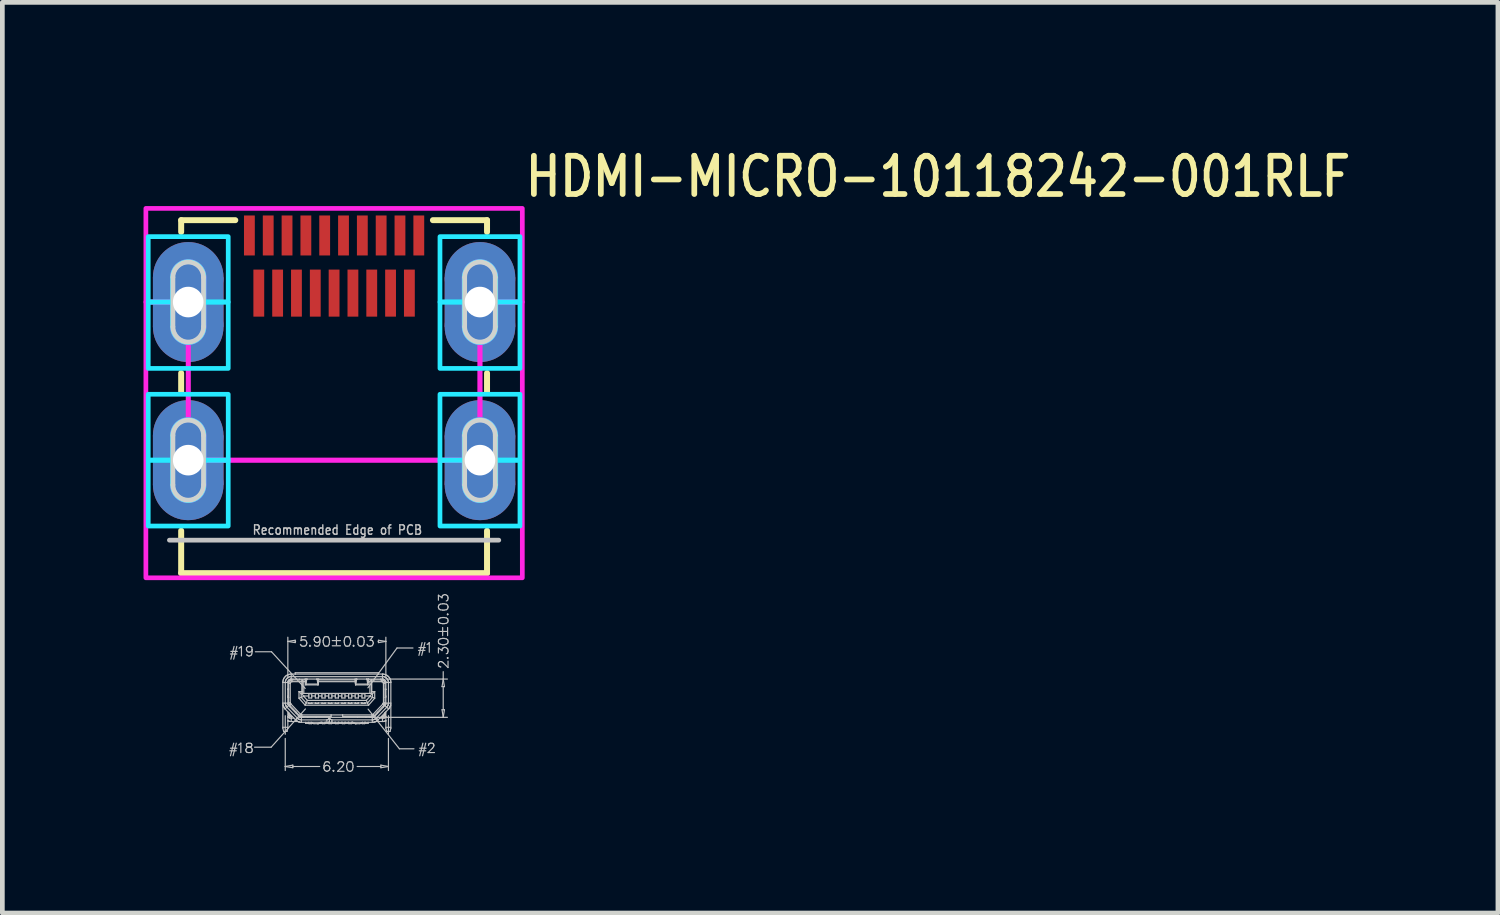
<source format=kicad_pcb>
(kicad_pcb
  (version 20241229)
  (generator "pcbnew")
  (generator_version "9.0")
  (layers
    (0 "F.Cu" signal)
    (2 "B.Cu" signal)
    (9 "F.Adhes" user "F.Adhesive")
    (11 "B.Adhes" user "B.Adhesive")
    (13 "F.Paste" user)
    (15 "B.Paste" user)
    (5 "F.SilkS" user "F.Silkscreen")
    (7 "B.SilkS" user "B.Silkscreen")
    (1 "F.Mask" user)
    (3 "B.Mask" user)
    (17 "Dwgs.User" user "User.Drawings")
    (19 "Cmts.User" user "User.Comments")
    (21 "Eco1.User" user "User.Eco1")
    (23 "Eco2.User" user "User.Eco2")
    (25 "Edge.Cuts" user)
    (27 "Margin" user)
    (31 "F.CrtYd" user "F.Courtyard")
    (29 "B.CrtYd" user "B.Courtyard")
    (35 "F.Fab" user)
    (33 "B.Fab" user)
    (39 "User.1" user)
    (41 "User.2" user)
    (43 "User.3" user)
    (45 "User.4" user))
  (footprint "HDMI-MICRO-10118242-001RLF"
    (layer "F.Cu")
    (at 4.05 8.429)
    (property "Reference" "HDMI-MICRO-10118242-001RLF" (at 4 -7.25 0) (unlocked yes) (layer "F.SilkS") (effects (font (size 0.813 0.695) (thickness 0.122)) (justify left bottom)))
    (fp_circle (center -3.1 -5.585) (end -3.85 -5.585) (stroke (width 0) (type solid)) (fill yes) (layer "F.Cu"))
    (fp_circle (center -3.1 -4.535) (end -2.35 -4.535) (stroke (width 0) (type solid)) (fill yes) (layer "F.Cu"))
    (fp_circle (center -3.1 -2.225) (end -3.85 -2.225) (stroke (width 0) (type solid)) (fill yes) (layer "F.Cu"))
    (fp_circle (center -3.1 -1.175) (end -2.35 -1.175) (stroke (width 0) (type solid)) (fill yes) (layer "F.Cu"))
    (fp_circle (center 3.1 -5.585) (end 2.35 -5.585) (stroke (width 0) (type solid)) (fill yes) (layer "F.Cu"))
    (fp_circle (center 3.1 -4.535) (end 3.85 -4.535) (stroke (width 0) (type solid)) (fill yes) (layer "F.Cu"))
    (fp_circle (center 3.1 -2.225) (end 2.35 -2.225) (stroke (width 0) (type solid)) (fill yes) (layer "F.Cu"))
    (fp_circle (center 3.1 -1.175) (end 3.85 -1.175) (stroke (width 0) (type solid)) (fill yes) (layer "F.Cu"))
    (fp_poly (pts (xy -2.35 -4.535) (xy -3.85 -4.535) (xy -3.85 -5.585) (xy -2.35 -5.585)) (stroke (width 0) (type solid)) (fill yes) (layer "F.Cu"))
    (fp_poly (pts (xy -2.35 -1.175) (xy -3.85 -1.175) (xy -3.85 -2.225) (xy -2.35 -2.225)) (stroke (width 0) (type solid)) (fill yes) (layer "F.Cu"))
    (fp_poly (pts (xy 3.85 -4.535) (xy 2.35 -4.535) (xy 2.35 -5.585) (xy 3.85 -5.585)) (stroke (width 0) (type solid)) (fill yes) (layer "F.Cu"))
    (fp_poly (pts (xy 3.85 -1.175) (xy 2.35 -1.175) (xy 2.35 -2.225) (xy 3.85 -2.225)) (stroke (width 0) (type solid)) (fill yes) (layer "F.Cu"))
    (fp_circle (center -3.1 -5.585) (end -3.95 -5.585) (stroke (width 0) (type solid)) (fill yes) (layer "F.Mask"))
    (fp_circle (center -3.1 -4.535) (end -2.25 -4.535) (stroke (width 0) (type solid)) (fill yes) (layer "F.Mask"))
    (fp_circle (center -3.1 -2.225) (end -3.95 -2.225) (stroke (width 0) (type solid)) (fill yes) (layer "F.Mask"))
    (fp_circle (center -3.1 -1.175) (end -2.25 -1.175) (stroke (width 0) (type solid)) (fill yes) (layer "F.Mask"))
    (fp_circle (center 3.1 -5.585) (end 2.25 -5.585) (stroke (width 0) (type solid)) (fill yes) (layer "F.Mask"))
    (fp_circle (center 3.1 -4.535) (end 3.95 -4.535) (stroke (width 0) (type solid)) (fill yes) (layer "F.Mask"))
    (fp_circle (center 3.1 -2.225) (end 2.25 -2.225) (stroke (width 0) (type solid)) (fill yes) (layer "F.Mask"))
    (fp_circle (center 3.1 -1.175) (end 3.95 -1.175) (stroke (width 0) (type solid)) (fill yes) (layer "F.Mask"))
    (fp_poly (pts (xy -2.35 -4.34) (xy 2.35 -4.34) (xy 2.35 0) (xy -2.35 0)) (stroke (width 0) (type solid)) (fill yes) (layer "F.Mask"))
    (fp_poly (pts (xy -2.25 -4.535) (xy -3.95 -4.535) (xy -3.95 -5.585) (xy -2.25 -5.585)) (stroke (width 0) (type solid)) (fill yes) (layer "F.Mask"))
    (fp_poly (pts (xy -2.25 -1.175) (xy -3.95 -1.175) (xy -3.95 -2.225) (xy -2.25 -2.225)) (stroke (width 0) (type solid)) (fill yes) (layer "F.Mask"))
    (fp_poly (pts (xy 3.95 -4.535) (xy 2.25 -4.535) (xy 2.25 -5.585) (xy 3.95 -5.585)) (stroke (width 0) (type solid)) (fill yes) (layer "F.Mask"))
    (fp_poly (pts (xy 3.95 -1.175) (xy 2.25 -1.175) (xy 2.25 -2.225) (xy 3.95 -2.225)) (stroke (width 0) (type solid)) (fill yes) (layer "F.Mask"))
    (fp_circle (center -3.1 -5.585) (end -2.35 -5.585) (stroke (width 0) (type solid)) (fill yes) (layer "B.Cu"))
    (fp_circle (center -3.1 -4.535) (end -3.85 -4.535) (stroke (width 0) (type solid)) (fill yes) (layer "B.Cu"))
    (fp_circle (center -3.1 -2.225) (end -2.35 -2.225) (stroke (width 0) (type solid)) (fill yes) (layer "B.Cu"))
    (fp_circle (center -3.1 -1.175) (end -3.85 -1.175) (stroke (width 0) (type solid)) (fill yes) (layer "B.Cu"))
    (fp_circle (center 3.1 -5.585) (end 3.85 -5.585) (stroke (width 0) (type solid)) (fill yes) (layer "B.Cu"))
    (fp_circle (center 3.1 -4.535) (end 2.35 -4.535) (stroke (width 0) (type solid)) (fill yes) (layer "B.Cu"))
    (fp_circle (center 3.1 -2.225) (end 3.85 -2.225) (stroke (width 0) (type solid)) (fill yes) (layer "B.Cu"))
    (fp_circle (center 3.1 -1.175) (end 2.35 -1.175) (stroke (width 0) (type solid)) (fill yes) (layer "B.Cu"))
    (fp_poly (pts (xy -3.85 -4.535) (xy -2.35 -4.535) (xy -2.35 -5.585) (xy -3.85 -5.585)) (stroke (width 0) (type solid)) (fill yes) (layer "B.Cu"))
    (fp_poly (pts (xy -3.85 -1.175) (xy -2.35 -1.175) (xy -2.35 -2.225) (xy -3.85 -2.225)) (stroke (width 0) (type solid)) (fill yes) (layer "B.Cu"))
    (fp_poly (pts (xy 2.35 -4.535) (xy 3.85 -4.535) (xy 3.85 -5.585) (xy 2.35 -5.585)) (stroke (width 0) (type solid)) (fill yes) (layer "B.Cu"))
    (fp_poly (pts (xy 2.35 -1.175) (xy 3.85 -1.175) (xy 3.85 -2.225) (xy 2.35 -2.225)) (stroke (width 0) (type solid)) (fill yes) (layer "B.Cu"))
    (fp_circle (center -3.1 -5.585) (end -2.25 -5.585) (stroke (width 0) (type solid)) (fill yes) (layer "B.Mask"))
    (fp_circle (center -3.1 -4.535) (end -3.95 -4.535) (stroke (width 0) (type solid)) (fill yes) (layer "B.Mask"))
    (fp_circle (center -3.1 -2.225) (end -2.25 -2.225) (stroke (width 0) (type solid)) (fill yes) (layer "B.Mask"))
    (fp_circle (center -3.1 -1.175) (end -3.95 -1.175) (stroke (width 0) (type solid)) (fill yes) (layer "B.Mask"))
    (fp_circle (center 3.1 -5.585) (end 3.95 -5.585) (stroke (width 0) (type solid)) (fill yes) (layer "B.Mask"))
    (fp_circle (center 3.1 -4.535) (end 2.25 -4.535) (stroke (width 0) (type solid)) (fill yes) (layer "B.Mask"))
    (fp_circle (center 3.1 -2.225) (end 3.95 -2.225) (stroke (width 0) (type solid)) (fill yes) (layer "B.Mask"))
    (fp_circle (center 3.1 -1.175) (end 2.25 -1.175) (stroke (width 0) (type solid)) (fill yes) (layer "B.Mask"))
    (fp_poly (pts (xy -3.95 -4.535) (xy -2.25 -4.535) (xy -2.25 -5.585) (xy -3.95 -5.585)) (stroke (width 0) (type solid)) (fill yes) (layer "B.Mask"))
    (fp_poly (pts (xy -3.95 -1.175) (xy -2.25 -1.175) (xy -2.25 -2.225) (xy -3.95 -2.225)) (stroke (width 0) (type solid)) (fill yes) (layer "B.Mask"))
    (fp_poly (pts (xy 2.25 -4.535) (xy 3.95 -4.535) (xy 3.95 -5.585) (xy 2.25 -5.585)) (stroke (width 0) (type solid)) (fill yes) (layer "B.Mask"))
    (fp_poly (pts (xy 2.25 -1.175) (xy 3.95 -1.175) (xy 3.95 -2.225) (xy 2.25 -2.225)) (stroke (width 0) (type solid)) (fill yes) (layer "B.Mask"))
    (fp_line (start -3.25 -6.8) (end -2.1 -6.8) (stroke (width 0.127) (type solid)) (layer "F.SilkS"))
    (fp_line (start -3.25 -6.55) (end -3.25 -6.8) (stroke (width 0.127) (type solid)) (layer "F.SilkS"))
    (fp_line (start -3.25 -3.55) (end -3.25 -3.15) (stroke (width 0.127) (type solid)) (layer "F.SilkS"))
    (fp_line (start -3.25 0.7) (end -3.25 -0.2) (stroke (width 0.127) (type solid)) (layer "F.SilkS"))
    (fp_line (start 2.1 -6.8) (end 3.25 -6.8) (stroke (width 0.127) (type solid)) (layer "F.SilkS"))
    (fp_line (start 3.25 -6.8) (end 3.25 -6.55) (stroke (width 0.127) (type solid)) (layer "F.SilkS"))
    (fp_line (start 3.25 -3.55) (end 3.25 -3.15) (stroke (width 0.127) (type solid)) (layer "F.SilkS"))
    (fp_line (start 3.25 0.7) (end -3.25 0.7) (stroke (width 0.127) (type solid)) (layer "F.SilkS"))
    (fp_line (start 3.25 0.7) (end 3.25 -0.2) (stroke (width 0.127) (type solid)) (layer "F.SilkS"))
    (fp_line (start -3.5 0) (end 3.5 0) (stroke (width 0.1) (type solid)) (layer "Dwgs.User"))
    (fp_line (start -2.215 4.476) (end -2.079 4.476) (stroke (width 0.025) (type solid)) (layer "Dwgs.User"))
    (fp_line (start -2.202 2.419) (end -2.067 2.419) (stroke (width 0.025) (type solid)) (layer "Dwgs.User"))
    (fp_line (start -2.202 4.421) (end -2.067 4.421) (stroke (width 0.025) (type solid)) (layer "Dwgs.User"))
    (fp_line (start -2.194 2.364) (end -2.058 2.364) (stroke (width 0.025) (type solid)) (layer "Dwgs.User"))
    (fp_line (start -2.134 4.315) (end -2.202 4.582) (stroke (width 0.025) (type solid)) (layer "Dwgs.User"))
    (fp_line (start -2.126 2.258) (end -2.194 2.529) (stroke (width 0.025) (type solid)) (layer "Dwgs.User"))
    (fp_line (start -2.079 4.315) (end -2.147 4.582) (stroke (width 0.025) (type solid)) (layer "Dwgs.User"))
    (fp_line (start -2.067 2.258) (end -2.134 2.529) (stroke (width 0.025) (type solid)) (layer "Dwgs.User"))
    (fp_line (start -2.029 4.353) (end -2.012 4.341) (stroke (width 0.025) (type solid)) (layer "Dwgs.User"))
    (fp_line (start -2.02 2.296) (end -1.999 2.283) (stroke (width 0.025) (type solid)) (layer "Dwgs.User"))
    (fp_line (start -2.012 4.341) (end -1.982 4.315) (stroke (width 0.025) (type solid)) (layer "Dwgs.User"))
    (fp_line (start -1.999 2.283) (end -1.969 2.258) (stroke (width 0.025) (type solid)) (layer "Dwgs.User"))
    (fp_line (start -1.982 4.315) (end -1.982 4.514) (stroke (width 0.025) (type solid)) (layer "Dwgs.User"))
    (fp_line (start -1.969 2.258) (end -1.969 2.461) (stroke (width 0.025) (type solid)) (layer "Dwgs.User"))
    (fp_line (start -1.876 4.451) (end -1.863 4.429) (stroke (width 0.025) (type solid)) (layer "Dwgs.User"))
    (fp_line (start -1.876 4.476) (end -1.876 4.451) (stroke (width 0.025) (type solid)) (layer "Dwgs.User"))
    (fp_line (start -1.863 2.313) (end -1.855 2.283) (stroke (width 0.025) (type solid)) (layer "Dwgs.User"))
    (fp_line (start -1.863 2.325) (end -1.863 2.313) (stroke (width 0.025) (type solid)) (layer "Dwgs.User"))
    (fp_line (start -1.863 4.341) (end -1.863 4.362) (stroke (width 0.025) (type solid)) (layer "Dwgs.User"))
    (fp_line (start -1.863 4.362) (end -1.855 4.383) (stroke (width 0.025) (type solid)) (layer "Dwgs.User"))
    (fp_line (start -1.863 4.429) (end -1.847 4.408) (stroke (width 0.025) (type solid)) (layer "Dwgs.User"))
    (fp_line (start -1.863 4.497) (end -1.876 4.476) (stroke (width 0.025) (type solid)) (layer "Dwgs.User"))
    (fp_line (start -1.855 2.283) (end -1.834 2.266) (stroke (width 0.025) (type solid)) (layer "Dwgs.User"))
    (fp_line (start -1.855 2.351) (end -1.863 2.325) (stroke (width 0.025) (type solid)) (layer "Dwgs.User"))
    (fp_line (start -1.855 4.324) (end -1.863 4.341) (stroke (width 0.025) (type solid)) (layer "Dwgs.User"))
    (fp_line (start -1.855 4.383) (end -1.834 4.391) (stroke (width 0.025) (type solid)) (layer "Dwgs.User"))
    (fp_line (start -1.855 4.506) (end -1.863 4.497) (stroke (width 0.025) (type solid)) (layer "Dwgs.User"))
    (fp_line (start -1.847 2.448) (end -1.855 2.431) (stroke (width 0.025) (type solid)) (layer "Dwgs.User"))
    (fp_line (start -1.847 4.408) (end -1.817 4.4) (stroke (width 0.025) (type solid)) (layer "Dwgs.User"))
    (fp_line (start -1.834 2.266) (end -1.809 2.258) (stroke (width 0.025) (type solid)) (layer "Dwgs.User"))
    (fp_line (start -1.834 2.372) (end -1.855 2.351) (stroke (width 0.025) (type solid)) (layer "Dwgs.User"))
    (fp_line (start -1.834 4.391) (end -1.796 4.4) (stroke (width 0.025) (type solid)) (layer "Dwgs.User"))
    (fp_line (start -1.825 4.315) (end -1.855 4.324) (stroke (width 0.025) (type solid)) (layer "Dwgs.User"))
    (fp_line (start -1.825 4.514) (end -1.855 4.506) (stroke (width 0.025) (type solid)) (layer "Dwgs.User"))
    (fp_line (start -1.817 2.461) (end -1.847 2.448) (stroke (width 0.025) (type solid)) (layer "Dwgs.User"))
    (fp_line (start -1.817 4.4) (end -1.779 4.391) (stroke (width 0.025) (type solid)) (layer "Dwgs.User"))
    (fp_line (start -1.809 2.258) (end -1.796 2.258) (stroke (width 0.025) (type solid)) (layer "Dwgs.User"))
    (fp_line (start -1.809 2.381) (end -1.834 2.372) (stroke (width 0.025) (type solid)) (layer "Dwgs.User"))
    (fp_line (start -1.796 2.258) (end -1.766 2.266) (stroke (width 0.025) (type solid)) (layer "Dwgs.User"))
    (fp_line (start -1.796 2.381) (end -1.809 2.381) (stroke (width 0.025) (type solid)) (layer "Dwgs.User"))
    (fp_line (start -1.796 2.461) (end -1.817 2.461) (stroke (width 0.025) (type solid)) (layer "Dwgs.User"))
    (fp_line (start -1.796 4.4) (end -1.766 4.408) (stroke (width 0.025) (type solid)) (layer "Dwgs.User"))
    (fp_line (start -1.787 4.315) (end -1.825 4.315) (stroke (width 0.025) (type solid)) (layer "Dwgs.User"))
    (fp_line (start -1.787 4.514) (end -1.825 4.514) (stroke (width 0.025) (type solid)) (layer "Dwgs.User"))
    (fp_line (start -1.779 4.391) (end -1.758 4.383) (stroke (width 0.025) (type solid)) (layer "Dwgs.User"))
    (fp_line (start -1.766 2.266) (end -1.749 2.283) (stroke (width 0.025) (type solid)) (layer "Dwgs.User"))
    (fp_line (start -1.766 2.372) (end -1.796 2.381) (stroke (width 0.025) (type solid)) (layer "Dwgs.User"))
    (fp_line (start -1.766 2.448) (end -1.796 2.461) (stroke (width 0.025) (type solid)) (layer "Dwgs.User"))
    (fp_line (start -1.766 4.408) (end -1.749 4.429) (stroke (width 0.025) (type solid)) (layer "Dwgs.User"))
    (fp_line (start -1.758 4.324) (end -1.787 4.315) (stroke (width 0.025) (type solid)) (layer "Dwgs.User"))
    (fp_line (start -1.758 4.383) (end -1.749 4.362) (stroke (width 0.025) (type solid)) (layer "Dwgs.User"))
    (fp_line (start -1.758 4.506) (end -1.787 4.514) (stroke (width 0.025) (type solid)) (layer "Dwgs.User"))
    (fp_line (start -1.749 2.283) (end -1.741 2.325) (stroke (width 0.025) (type solid)) (layer "Dwgs.User"))
    (fp_line (start -1.749 2.351) (end -1.766 2.372) (stroke (width 0.025) (type solid)) (layer "Dwgs.User"))
    (fp_line (start -1.749 2.419) (end -1.766 2.448) (stroke (width 0.025) (type solid)) (layer "Dwgs.User"))
    (fp_line (start -1.749 4.341) (end -1.758 4.324) (stroke (width 0.025) (type solid)) (layer "Dwgs.User"))
    (fp_line (start -1.749 4.362) (end -1.749 4.341) (stroke (width 0.025) (type solid)) (layer "Dwgs.User"))
    (fp_line (start -1.749 4.429) (end -1.741 4.451) (stroke (width 0.025) (type solid)) (layer "Dwgs.User"))
    (fp_line (start -1.749 4.497) (end -1.758 4.506) (stroke (width 0.025) (type solid)) (layer "Dwgs.User"))
    (fp_line (start -1.741 2.325) (end -1.749 2.351) (stroke (width 0.025) (type solid)) (layer "Dwgs.User"))
    (fp_line (start -1.741 2.325) (end -1.741 2.372) (stroke (width 0.025) (type solid)) (layer "Dwgs.User"))
    (fp_line (start -1.741 2.372) (end -1.749 2.419) (stroke (width 0.025) (type solid)) (layer "Dwgs.User"))
    (fp_line (start -1.741 4.451) (end -1.741 4.476) (stroke (width 0.025) (type solid)) (layer "Dwgs.User"))
    (fp_line (start -1.741 4.476) (end -1.749 4.497) (stroke (width 0.025) (type solid)) (layer "Dwgs.User"))
    (fp_line (start -1.338 4.4) (end -1.69 4.4) (stroke (width 0.025) (type solid)) (layer "Dwgs.User"))
    (fp_line (start -1.33 2.372) (end -1.673 2.372) (stroke (width 0.025) (type solid)) (layer "Dwgs.User"))
    (fp_line (start -1.089 3.007) (end -1.089 3.024) (stroke (width 0.025) (type solid)) (layer "Dwgs.User"))
    (fp_line (start -1.089 3.024) (end -1.089 3.464) (stroke (width 0.025) (type solid)) (layer "Dwgs.User"))
    (fp_line (start -1.089 3.024) (end -1.038 3.024) (stroke (width 0.025) (type solid)) (layer "Dwgs.User"))
    (fp_line (start -1.089 3.464) (end -1.089 3.49) (stroke (width 0.025) (type solid)) (layer "Dwgs.User"))
    (fp_line (start -1.089 3.464) (end -1.038 3.464) (stroke (width 0.025) (type solid)) (layer "Dwgs.User"))
    (fp_line (start -1.089 3.49) (end -1.084 3.498) (stroke (width 0.025) (type solid)) (layer "Dwgs.User"))
    (fp_line (start -1.089 3.977) (end -1.089 3.519) (stroke (width 0.025) (type solid)) (layer "Dwgs.User"))
    (fp_line (start -1.089 3.977) (end -0.983 3.977) (stroke (width 0.025) (type solid)) (layer "Dwgs.User"))
    (fp_line (start -1.089 3.998) (end -1.089 3.977) (stroke (width 0.025) (type solid)) (layer "Dwgs.User"))
    (fp_line (start -1.089 3.998) (end -1.072 4.065) (stroke (width 0.025) (type solid)) (layer "Dwgs.User"))
    (fp_line (start -1.084 2.973) (end -1.084 2.99) (stroke (width 0.025) (type solid)) (layer "Dwgs.User"))
    (fp_line (start -1.084 2.99) (end -1.089 3.007) (stroke (width 0.025) (type solid)) (layer "Dwgs.User"))
    (fp_line (start -1.084 3.498) (end -1.084 3.511) (stroke (width 0.025) (type solid)) (layer "Dwgs.User"))
    (fp_line (start -1.084 3.511) (end -1.08 3.519) (stroke (width 0.025) (type solid)) (layer "Dwgs.User"))
    (fp_line (start -1.08 3.519) (end -1.089 3.519) (stroke (width 0.025) (type solid)) (layer "Dwgs.User"))
    (fp_line (start -1.08 3.519) (end -1.076 3.528) (stroke (width 0.025) (type solid)) (layer "Dwgs.User"))
    (fp_line (start -1.076 2.96) (end -1.084 2.973) (stroke (width 0.025) (type solid)) (layer "Dwgs.User"))
    (fp_line (start -1.076 3.528) (end -1.076 3.532) (stroke (width 0.025) (type solid)) (layer "Dwgs.User"))
    (fp_line (start -1.076 3.532) (end -1.072 3.54) (stroke (width 0.025) (type solid)) (layer "Dwgs.User"))
    (fp_line (start -1.072 2.944) (end -1.076 2.96) (stroke (width 0.025) (type solid)) (layer "Dwgs.User"))
    (fp_line (start -1.072 3.54) (end -1.067 3.549) (stroke (width 0.025) (type solid)) (layer "Dwgs.User"))
    (fp_line (start -1.072 4.065) (end -1 4.065) (stroke (width 0.025) (type solid)) (layer "Dwgs.User"))
    (fp_line (start -1.067 3.549) (end -1.063 3.553) (stroke (width 0.025) (type solid)) (layer "Dwgs.User"))
    (fp_line (start -1.063 2.931) (end -1.072 2.944) (stroke (width 0.025) (type solid)) (layer "Dwgs.User"))
    (fp_line (start -1.063 3.553) (end -1.059 3.562) (stroke (width 0.025) (type solid)) (layer "Dwgs.User"))
    (fp_line (start -1.059 3.562) (end -1.055 3.57) (stroke (width 0.025) (type solid)) (layer "Dwgs.User"))
    (fp_line (start -1.055 2.918) (end -1.063 2.931) (stroke (width 0.025) (type solid)) (layer "Dwgs.User"))
    (fp_line (start -1.055 3.57) (end -1.051 3.574) (stroke (width 0.025) (type solid)) (layer "Dwgs.User"))
    (fp_line (start -1.051 3.574) (end -1.046 3.579) (stroke (width 0.025) (type solid)) (layer "Dwgs.User"))
    (fp_line (start -1.046 3.579) (end -1.042 3.587) (stroke (width 0.025) (type solid)) (layer "Dwgs.User"))
    (fp_line (start -1.042 2.905) (end -1.055 2.918) (stroke (width 0.025) (type solid)) (layer "Dwgs.User"))
    (fp_line (start -1.042 3.587) (end -0.966 3.515) (stroke (width 0.025) (type solid)) (layer "Dwgs.User"))
    (fp_line (start -1.042 3.587) (end -0.822 3.816) (stroke (width 0.025) (type solid)) (layer "Dwgs.User"))
    (fp_line (start -1.038 3.024) (end -1.038 3.464) (stroke (width 0.025) (type solid)) (layer "Dwgs.User"))
    (fp_line (start -1.038 3.024) (end -0.983 3.024) (stroke (width 0.025) (type solid)) (layer "Dwgs.User"))
    (fp_line (start -1.038 3.464) (end -1.038 3.473) (stroke (width 0.025) (type solid)) (layer "Dwgs.User"))
    (fp_line (start -1.038 3.464) (end -0.983 3.464) (stroke (width 0.025) (type solid)) (layer "Dwgs.User"))
    (fp_line (start -1.038 3.473) (end -1.034 3.477) (stroke (width 0.025) (type solid)) (layer "Dwgs.User"))
    (fp_line (start -1.038 4.125) (end -1.038 3.731) (stroke (width 0.025) (type solid)) (layer "Dwgs.User"))
    (fp_line (start -1.038 4.214) (end -1.038 4.81) (stroke (width 0.025) (type solid)) (layer "Dwgs.User"))
    (fp_line (start -1.038 4.81) (end -1.038 4.895) (stroke (width 0.025) (type solid)) (layer "Dwgs.User"))
    (fp_line (start -1.038 4.81) (end -0.877 4.781) (stroke (width 0.025) (type solid)) (layer "Dwgs.User"))
    (fp_line (start -1.034 2.893) (end -1.042 2.905) (stroke (width 0.025) (type solid)) (layer "Dwgs.User"))
    (fp_line (start -1.034 2.994) (end -1.034 3.011) (stroke (width 0.025) (type solid)) (layer "Dwgs.User"))
    (fp_line (start -1.034 3.011) (end -1.038 3.024) (stroke (width 0.025) (type solid)) (layer "Dwgs.User"))
    (fp_line (start -1.034 3.477) (end -1.034 3.498) (stroke (width 0.025) (type solid)) (layer "Dwgs.User"))
    (fp_line (start -1.034 3.498) (end -1.029 3.502) (stroke (width 0.025) (type solid)) (layer "Dwgs.User"))
    (fp_line (start -1.029 2.982) (end -1.034 2.994) (stroke (width 0.025) (type solid)) (layer "Dwgs.User"))
    (fp_line (start -1.029 3.502) (end -1.029 3.511) (stroke (width 0.025) (type solid)) (layer "Dwgs.User"))
    (fp_line (start -1.029 3.511) (end -1.025 3.515) (stroke (width 0.025) (type solid)) (layer "Dwgs.User"))
    (fp_line (start -1.025 2.969) (end -1.029 2.982) (stroke (width 0.025) (type solid)) (layer "Dwgs.User"))
    (fp_line (start -1.025 3.515) (end -1.021 3.524) (stroke (width 0.025) (type solid)) (layer "Dwgs.User"))
    (fp_line (start -1.021 2.884) (end -1.034 2.893) (stroke (width 0.025) (type solid)) (layer "Dwgs.User"))
    (fp_line (start -1.021 3.524) (end -1.017 3.528) (stroke (width 0.025) (type solid)) (layer "Dwgs.User"))
    (fp_line (start -1.017 2.956) (end -1.025 2.969) (stroke (width 0.025) (type solid)) (layer "Dwgs.User"))
    (fp_line (start -1.017 3.528) (end -1.017 3.536) (stroke (width 0.025) (type solid)) (layer "Dwgs.User"))
    (fp_line (start -1.017 3.536) (end -1.012 3.54) (stroke (width 0.025) (type solid)) (layer "Dwgs.User"))
    (fp_line (start -1.012 3.54) (end -1.008 3.545) (stroke (width 0.025) (type solid)) (layer "Dwgs.User"))
    (fp_line (start -1.008 2.948) (end -1.017 2.956) (stroke (width 0.025) (type solid)) (layer "Dwgs.User"))
    (fp_line (start -1.008 3.545) (end -1.004 3.549) (stroke (width 0.025) (type solid)) (layer "Dwgs.User"))
    (fp_line (start -1.004 2.872) (end -1.021 2.884) (stroke (width 0.025) (type solid)) (layer "Dwgs.User"))
    (fp_line (start -1.004 3.549) (end -0.784 3.778) (stroke (width 0.025) (type solid)) (layer "Dwgs.User"))
    (fp_line (start -1 2.935) (end -1.008 2.948) (stroke (width 0.025) (type solid)) (layer "Dwgs.User"))
    (fp_line (start -0.991 2.867) (end -1.004 2.872) (stroke (width 0.025) (type solid)) (layer "Dwgs.User"))
    (fp_line (start -0.991 2.927) (end -1 2.935) (stroke (width 0.025) (type solid)) (layer "Dwgs.User"))
    (fp_line (start -0.987 3.752) (end -0.983 3.756) (stroke (width 0.025) (type solid)) (layer "Dwgs.User"))
    (fp_line (start -0.987 3.837) (end -0.983 3.841) (stroke (width 0.025) (type solid)) (layer "Dwgs.User"))
    (fp_line (start -0.983 2.152) (end -0.983 2.063) (stroke (width 0.025) (type solid)) (layer "Dwgs.User"))
    (fp_line (start -0.983 2.152) (end -0.826 2.127) (stroke (width 0.025) (type solid)) (layer "Dwgs.User"))
    (fp_line (start -0.983 2.935) (end -0.983 2.152) (stroke (width 0.025) (type solid)) (layer "Dwgs.User"))
    (fp_line (start -0.983 3.011) (end -0.983 3.024) (stroke (width 0.025) (type solid)) (layer "Dwgs.User"))
    (fp_line (start -0.983 3.024) (end -0.983 3.164) (stroke (width 0.025) (type solid)) (layer "Dwgs.User"))
    (fp_line (start -0.983 3.164) (end -0.983 3.172) (stroke (width 0.025) (type solid)) (layer "Dwgs.User"))
    (fp_line (start -0.983 3.164) (end -0.966 3.164) (stroke (width 0.025) (type solid)) (layer "Dwgs.User"))
    (fp_line (start -0.983 3.172) (end -0.983 3.316) (stroke (width 0.025) (type solid)) (layer "Dwgs.User"))
    (fp_line (start -0.983 3.316) (end -0.983 3.341) (stroke (width 0.025) (type solid)) (layer "Dwgs.User"))
    (fp_line (start -0.983 3.316) (end -0.979 3.312) (stroke (width 0.025) (type solid)) (layer "Dwgs.User"))
    (fp_line (start -0.983 3.341) (end -0.983 3.464) (stroke (width 0.025) (type solid)) (layer "Dwgs.User"))
    (fp_line (start -0.983 3.341) (end -0.966 3.341) (stroke (width 0.025) (type solid)) (layer "Dwgs.User"))
    (fp_line (start -0.983 3.464) (end -0.983 3.481) (stroke (width 0.025) (type solid)) (layer "Dwgs.User"))
    (fp_line (start -0.983 3.481) (end -0.979 3.485) (stroke (width 0.025) (type solid)) (layer "Dwgs.User"))
    (fp_line (start -0.983 3.646) (end -0.983 3.756) (stroke (width 0.025) (type solid)) (layer "Dwgs.User"))
    (fp_line (start -0.983 3.756) (end -0.983 3.841) (stroke (width 0.025) (type solid)) (layer "Dwgs.User"))
    (fp_line (start -0.983 3.756) (end -0.974 3.761) (stroke (width 0.025) (type solid)) (layer "Dwgs.User"))
    (fp_line (start -0.983 3.841) (end -0.983 3.977) (stroke (width 0.025) (type solid)) (layer "Dwgs.User"))
    (fp_line (start -0.983 3.841) (end -0.974 3.841) (stroke (width 0.025) (type solid)) (layer "Dwgs.User"))
    (fp_line (start -0.983 3.977) (end -0.983 3.998) (stroke (width 0.025) (type solid)) (layer "Dwgs.User"))
    (fp_line (start -0.983 3.998) (end -1 4.065) (stroke (width 0.025) (type solid)) (layer "Dwgs.User"))
    (fp_line (start -0.979 2.918) (end -0.991 2.927) (stroke (width 0.025) (type solid)) (layer "Dwgs.User"))
    (fp_line (start -0.979 2.994) (end -0.979 3.003) (stroke (width 0.025) (type solid)) (layer "Dwgs.User"))
    (fp_line (start -0.979 3.003) (end -0.983 3.011) (stroke (width 0.025) (type solid)) (layer "Dwgs.User"))
    (fp_line (start -0.979 3.176) (end -0.983 3.172) (stroke (width 0.025) (type solid)) (layer "Dwgs.User"))
    (fp_line (start -0.979 3.312) (end -0.974 3.312) (stroke (width 0.025) (type solid)) (layer "Dwgs.User"))
    (fp_line (start -0.979 3.485) (end -0.979 3.494) (stroke (width 0.025) (type solid)) (layer "Dwgs.User"))
    (fp_line (start -0.979 3.494) (end -0.974 3.498) (stroke (width 0.025) (type solid)) (layer "Dwgs.User"))
    (fp_line (start -0.974 2.859) (end -0.991 2.867) (stroke (width 0.025) (type solid)) (layer "Dwgs.User"))
    (fp_line (start -0.974 3.176) (end -0.979 3.176) (stroke (width 0.025) (type solid)) (layer "Dwgs.User"))
    (fp_line (start -0.974 3.312) (end -0.974 3.176) (stroke (width 0.025) (type solid)) (layer "Dwgs.User"))
    (fp_line (start -0.974 3.498) (end -0.974 3.502) (stroke (width 0.025) (type solid)) (layer "Dwgs.User"))
    (fp_line (start -0.974 3.502) (end -0.97 3.507) (stroke (width 0.025) (type solid)) (layer "Dwgs.User"))
    (fp_line (start -0.974 3.714) (end -0.97 3.718) (stroke (width 0.025) (type solid)) (layer "Dwgs.User"))
    (fp_line (start -0.974 3.761) (end -0.97 3.765) (stroke (width 0.025) (type solid)) (layer "Dwgs.User"))
    (fp_line (start -0.974 3.841) (end -0.97 3.845) (stroke (width 0.025) (type solid)) (layer "Dwgs.User"))
    (fp_line (start -0.97 2.986) (end -0.979 2.994) (stroke (width 0.025) (type solid)) (layer "Dwgs.User"))
    (fp_line (start -0.97 3.507) (end -0.966 3.511) (stroke (width 0.025) (type solid)) (layer "Dwgs.User"))
    (fp_line (start -0.97 3.718) (end -0.958 3.731) (stroke (width 0.025) (type solid)) (layer "Dwgs.User"))
    (fp_line (start -0.97 3.765) (end -0.966 3.769) (stroke (width 0.025) (type solid)) (layer "Dwgs.User"))
    (fp_line (start -0.97 3.845) (end -0.962 3.845) (stroke (width 0.025) (type solid)) (layer "Dwgs.User"))
    (fp_line (start -0.966 2.914) (end -0.979 2.918) (stroke (width 0.025) (type solid)) (layer "Dwgs.User"))
    (fp_line (start -0.966 2.977) (end -0.97 2.986) (stroke (width 0.025) (type solid)) (layer "Dwgs.User"))
    (fp_line (start -0.966 3.033) (end -0.966 3.041) (stroke (width 0.025) (type solid)) (layer "Dwgs.User"))
    (fp_line (start -0.966 3.041) (end -0.966 3.164) (stroke (width 0.025) (type solid)) (layer "Dwgs.User"))
    (fp_line (start -0.966 3.164) (end -0.966 3.341) (stroke (width 0.025) (type solid)) (layer "Dwgs.User"))
    (fp_line (start -0.966 3.341) (end -0.966 3.456) (stroke (width 0.025) (type solid)) (layer "Dwgs.User"))
    (fp_line (start -0.966 3.456) (end -0.966 3.473) (stroke (width 0.025) (type solid)) (layer "Dwgs.User"))
    (fp_line (start -0.966 3.473) (end -0.966 3.511) (stroke (width 0.025) (type solid)) (layer "Dwgs.User"))
    (fp_line (start -0.966 3.473) (end -0.962 3.477) (stroke (width 0.025) (type solid)) (layer "Dwgs.User"))
    (fp_line (start -0.966 3.511) (end -0.966 3.515) (stroke (width 0.025) (type solid)) (layer "Dwgs.User"))
    (fp_line (start -0.966 3.515) (end -0.746 3.744) (stroke (width 0.025) (type solid)) (layer "Dwgs.User"))
    (fp_line (start -0.966 3.668) (end -0.966 3.676) (stroke (width 0.025) (type solid)) (layer "Dwgs.User"))
    (fp_line (start -0.966 3.676) (end -0.966 3.689) (stroke (width 0.025) (type solid)) (layer "Dwgs.User"))
    (fp_line (start -0.966 3.689) (end -0.962 3.697) (stroke (width 0.025) (type solid)) (layer "Dwgs.User"))
    (fp_line (start -0.966 3.769) (end -0.962 3.769) (stroke (width 0.025) (type solid)) (layer "Dwgs.User"))
    (fp_line (start -0.962 2.855) (end -0.974 2.859) (stroke (width 0.025) (type solid)) (layer "Dwgs.User"))
    (fp_line (start -0.962 3.02) (end -0.966 3.033) (stroke (width 0.025) (type solid)) (layer "Dwgs.User"))
    (fp_line (start -0.962 3.477) (end -0.962 3.485) (stroke (width 0.025) (type solid)) (layer "Dwgs.User"))
    (fp_line (start -0.962 3.485) (end -0.958 3.49) (stroke (width 0.025) (type solid)) (layer "Dwgs.User"))
    (fp_line (start -0.962 3.697) (end -0.958 3.706) (stroke (width 0.025) (type solid)) (layer "Dwgs.User"))
    (fp_line (start -0.962 3.769) (end -0.953 3.773) (stroke (width 0.025) (type solid)) (layer "Dwgs.User"))
    (fp_line (start -0.962 3.845) (end -0.958 3.85) (stroke (width 0.025) (type solid)) (layer "Dwgs.User"))
    (fp_line (start -0.958 2.969) (end -0.966 2.977) (stroke (width 0.025) (type solid)) (layer "Dwgs.User"))
    (fp_line (start -0.958 3.011) (end -0.962 3.02) (stroke (width 0.025) (type solid)) (layer "Dwgs.User"))
    (fp_line (start -0.958 3.49) (end -0.953 3.494) (stroke (width 0.025) (type solid)) (layer "Dwgs.User"))
    (fp_line (start -0.958 3.706) (end -0.953 3.714) (stroke (width 0.025) (type solid)) (layer "Dwgs.User"))
    (fp_line (start -0.958 3.731) (end -0.949 3.735) (stroke (width 0.025) (type solid)) (layer "Dwgs.User"))
    (fp_line (start -0.958 3.85) (end -0.941 3.85) (stroke (width 0.025) (type solid)) (layer "Dwgs.User"))
    (fp_line (start -0.953 2.905) (end -0.966 2.914) (stroke (width 0.025) (type solid)) (layer "Dwgs.User"))
    (fp_line (start -0.953 3.003) (end -0.958 3.011) (stroke (width 0.025) (type solid)) (layer "Dwgs.User"))
    (fp_line (start -0.953 3.494) (end -0.953 3.498) (stroke (width 0.025) (type solid)) (layer "Dwgs.User"))
    (fp_line (start -0.953 3.498) (end -0.949 3.502) (stroke (width 0.025) (type solid)) (layer "Dwgs.User"))
    (fp_line (start -0.953 3.676) (end -0.966 3.676) (stroke (width 0.025) (type solid)) (layer "Dwgs.User"))
    (fp_line (start -0.953 3.714) (end -0.949 3.723) (stroke (width 0.025) (type solid)) (layer "Dwgs.User"))
    (fp_line (start -0.953 3.773) (end -0.949 3.778) (stroke (width 0.025) (type solid)) (layer "Dwgs.User"))
    (fp_line (start -0.949 2.965) (end -0.958 2.969) (stroke (width 0.025) (type solid)) (layer "Dwgs.User"))
    (fp_line (start -0.949 2.994) (end -0.953 3.003) (stroke (width 0.025) (type solid)) (layer "Dwgs.User"))
    (fp_line (start -0.949 3.502) (end -0.945 3.507) (stroke (width 0.025) (type solid)) (layer "Dwgs.User"))
    (fp_line (start -0.949 3.723) (end -0.941 3.731) (stroke (width 0.025) (type solid)) (layer "Dwgs.User"))
    (fp_line (start -0.949 3.735) (end -0.945 3.739) (stroke (width 0.025) (type solid)) (layer "Dwgs.User"))
    (fp_line (start -0.949 3.778) (end -0.945 3.778) (stroke (width 0.025) (type solid)) (layer "Dwgs.User"))
    (fp_line (start -0.945 2.85) (end -0.962 2.855) (stroke (width 0.025) (type solid)) (layer "Dwgs.User"))
    (fp_line (start -0.945 3.507) (end -0.737 3.727) (stroke (width 0.025) (type solid)) (layer "Dwgs.User"))
    (fp_line (start -0.945 3.739) (end -0.941 3.744) (stroke (width 0.025) (type solid)) (layer "Dwgs.User"))
    (fp_line (start -0.945 3.778) (end -0.936 3.782) (stroke (width 0.025) (type solid)) (layer "Dwgs.User"))
    (fp_line (start -0.941 2.901) (end -0.953 2.905) (stroke (width 0.025) (type solid)) (layer "Dwgs.User"))
    (fp_line (start -0.941 2.96) (end -0.949 2.965) (stroke (width 0.025) (type solid)) (layer "Dwgs.User"))
    (fp_line (start -0.941 2.986) (end -0.949 2.994) (stroke (width 0.025) (type solid)) (layer "Dwgs.User"))
    (fp_line (start -0.941 3.731) (end -0.932 3.735) (stroke (width 0.025) (type solid)) (layer "Dwgs.User"))
    (fp_line (start -0.941 3.744) (end -0.932 3.744) (stroke (width 0.025) (type solid)) (layer "Dwgs.User"))
    (fp_line (start -0.941 3.85) (end -0.936 3.854) (stroke (width 0.025) (type solid)) (layer "Dwgs.User"))
    (fp_line (start -0.936 3.782) (end -0.911 3.782) (stroke (width 0.025) (type solid)) (layer "Dwgs.User"))
    (fp_line (start -0.936 3.854) (end -0.911 3.854) (stroke (width 0.025) (type solid)) (layer "Dwgs.User"))
    (fp_line (start -0.932 2.956) (end -0.941 2.96) (stroke (width 0.025) (type solid)) (layer "Dwgs.User"))
    (fp_line (start -0.932 2.982) (end -0.941 2.986) (stroke (width 0.025) (type solid)) (layer "Dwgs.User"))
    (fp_line (start -0.932 3.041) (end -0.966 3.041) (stroke (width 0.025) (type solid)) (layer "Dwgs.User"))
    (fp_line (start -0.932 3.041) (end -0.932 3.456) (stroke (width 0.025) (type solid)) (layer "Dwgs.User"))
    (fp_line (start -0.932 3.456) (end -0.966 3.456) (stroke (width 0.025) (type solid)) (layer "Dwgs.User"))
    (fp_line (start -0.932 3.456) (end -0.932 3.46) (stroke (width 0.025) (type solid)) (layer "Dwgs.User"))
    (fp_line (start -0.932 3.46) (end -0.928 3.464) (stroke (width 0.025) (type solid)) (layer "Dwgs.User"))
    (fp_line (start -0.932 3.524) (end -0.932 3.549) (stroke (width 0.025) (type solid)) (layer "Dwgs.User"))
    (fp_line (start -0.932 3.735) (end -0.924 3.739) (stroke (width 0.025) (type solid)) (layer "Dwgs.User"))
    (fp_line (start -0.932 3.744) (end -0.928 3.748) (stroke (width 0.025) (type solid)) (layer "Dwgs.User"))
    (fp_line (start -0.928 2.846) (end -0.945 2.85) (stroke (width 0.025) (type solid)) (layer "Dwgs.User"))
    (fp_line (start -0.928 3.024) (end -0.928 3.033) (stroke (width 0.025) (type solid)) (layer "Dwgs.User"))
    (fp_line (start -0.928 3.033) (end -0.932 3.041) (stroke (width 0.025) (type solid)) (layer "Dwgs.User"))
    (fp_line (start -0.928 3.464) (end -0.928 3.473) (stroke (width 0.025) (type solid)) (layer "Dwgs.User"))
    (fp_line (start -0.928 3.473) (end -0.924 3.477) (stroke (width 0.025) (type solid)) (layer "Dwgs.User"))
    (fp_line (start -0.928 3.748) (end -0.911 3.748) (stroke (width 0.025) (type solid)) (layer "Dwgs.User"))
    (fp_line (start -0.924 2.952) (end -0.932 2.956) (stroke (width 0.025) (type solid)) (layer "Dwgs.User"))
    (fp_line (start -0.924 2.977) (end -0.932 2.982) (stroke (width 0.025) (type solid)) (layer "Dwgs.User"))
    (fp_line (start -0.924 3.02) (end -0.928 3.024) (stroke (width 0.025) (type solid)) (layer "Dwgs.User"))
    (fp_line (start -0.924 3.477) (end -0.924 3.481) (stroke (width 0.025) (type solid)) (layer "Dwgs.User"))
    (fp_line (start -0.924 3.481) (end -0.919 3.481) (stroke (width 0.025) (type solid)) (layer "Dwgs.User"))
    (fp_line (start -0.924 3.739) (end -0.915 3.744) (stroke (width 0.025) (type solid)) (layer "Dwgs.User"))
    (fp_line (start -0.919 3.481) (end -0.945 3.507) (stroke (width 0.025) (type solid)) (layer "Dwgs.User"))
    (fp_line (start -0.919 3.481) (end -0.712 3.701) (stroke (width 0.025) (type solid)) (layer "Dwgs.User"))
    (fp_line (start -0.915 2.973) (end -0.924 2.977) (stroke (width 0.025) (type solid)) (layer "Dwgs.User"))
    (fp_line (start -0.915 3.011) (end -0.924 3.02) (stroke (width 0.025) (type solid)) (layer "Dwgs.User"))
    (fp_line (start -0.915 3.744) (end -0.907 3.748) (stroke (width 0.025) (type solid)) (layer "Dwgs.User"))
    (fp_line (start -0.911 2.846) (end -0.928 2.846) (stroke (width 0.025) (type solid)) (layer "Dwgs.User"))
    (fp_line (start -0.911 2.846) (end -0.826 2.846) (stroke (width 0.025) (type solid)) (layer "Dwgs.User"))
    (fp_line (start -0.911 2.901) (end -0.941 2.901) (stroke (width 0.025) (type solid)) (layer "Dwgs.User"))
    (fp_line (start -0.911 2.901) (end -0.911 2.846) (stroke (width 0.025) (type solid)) (layer "Dwgs.User"))
    (fp_line (start -0.911 2.952) (end -0.924 2.952) (stroke (width 0.025) (type solid)) (layer "Dwgs.User"))
    (fp_line (start -0.911 2.952) (end -0.911 2.901) (stroke (width 0.025) (type solid)) (layer "Dwgs.User"))
    (fp_line (start -0.911 3.007) (end -0.915 3.011) (stroke (width 0.025) (type solid)) (layer "Dwgs.User"))
    (fp_line (start -0.911 3.748) (end -0.907 3.748) (stroke (width 0.025) (type solid)) (layer "Dwgs.User"))
    (fp_line (start -0.911 3.782) (end -0.911 3.748) (stroke (width 0.025) (type solid)) (layer "Dwgs.User"))
    (fp_line (start -0.911 3.782) (end -0.856 3.782) (stroke (width 0.025) (type solid)) (layer "Dwgs.User"))
    (fp_line (start -0.911 3.854) (end -0.911 3.782) (stroke (width 0.025) (type solid)) (layer "Dwgs.User"))
    (fp_line (start -0.911 3.854) (end -0.771 3.854) (stroke (width 0.025) (type solid)) (layer "Dwgs.User"))
    (fp_line (start -0.907 2.973) (end -0.915 2.973) (stroke (width 0.025) (type solid)) (layer "Dwgs.User"))
    (fp_line (start -0.907 3.748) (end -0.894 3.748) (stroke (width 0.025) (type solid)) (layer "Dwgs.User"))
    (fp_line (start -0.894 2.969) (end -0.907 2.973) (stroke (width 0.025) (type solid)) (layer "Dwgs.User"))
    (fp_line (start -0.894 3.007) (end -0.911 3.007) (stroke (width 0.025) (type solid)) (layer "Dwgs.User"))
    (fp_line (start -0.894 3.007) (end -0.894 2.969) (stroke (width 0.025) (type solid)) (layer "Dwgs.User"))
    (fp_line (start -0.877 2.969) (end -0.877 2.952) (stroke (width 0.025) (type solid)) (layer "Dwgs.User"))
    (fp_line (start -0.877 4.781) (end -0.877 4.836) (stroke (width 0.025) (type solid)) (layer "Dwgs.User"))
    (fp_line (start -0.877 4.81) (end -0.306 4.81) (stroke (width 0.025) (type solid)) (layer "Dwgs.User"))
    (fp_line (start -0.877 4.836) (end -1.038 4.81) (stroke (width 0.025) (type solid)) (layer "Dwgs.User"))
    (fp_line (start -0.826 2.127) (end -0.826 2.177) (stroke (width 0.025) (type solid)) (layer "Dwgs.User"))
    (fp_line (start -0.826 2.152) (end -0.818 2.152) (stroke (width 0.025) (type solid)) (layer "Dwgs.User"))
    (fp_line (start -0.826 2.177) (end -0.983 2.152) (stroke (width 0.025) (type solid)) (layer "Dwgs.User"))
    (fp_line (start -0.826 2.817) (end -0.826 2.846) (stroke (width 0.025) (type solid)) (layer "Dwgs.User"))
    (fp_line (start -0.826 2.846) (end 0.943 2.846) (stroke (width 0.025) (type solid)) (layer "Dwgs.User"))
    (fp_line (start -0.822 3.816) (end -0.818 3.82) (stroke (width 0.025) (type solid)) (layer "Dwgs.User"))
    (fp_line (start -0.822 3.816) (end -0.746 3.744) (stroke (width 0.025) (type solid)) (layer "Dwgs.User"))
    (fp_line (start -0.818 3.82) (end -0.809 3.828) (stroke (width 0.025) (type solid)) (layer "Dwgs.User"))
    (fp_line (start -0.809 3.828) (end -0.805 3.833) (stroke (width 0.025) (type solid)) (layer "Dwgs.User"))
    (fp_line (start -0.805 3.68) (end -0.805 3.655) (stroke (width 0.025) (type solid)) (layer "Dwgs.User"))
    (fp_line (start -0.805 3.828) (end -0.805 3.833) (stroke (width 0.025) (type solid)) (layer "Dwgs.User"))
    (fp_line (start -0.805 3.833) (end -0.805 3.854) (stroke (width 0.025) (type solid)) (layer "Dwgs.User"))
    (fp_line (start -0.805 3.833) (end -0.797 3.837) (stroke (width 0.025) (type solid)) (layer "Dwgs.User"))
    (fp_line (start -0.797 3.837) (end -0.792 3.841) (stroke (width 0.025) (type solid)) (layer "Dwgs.User"))
    (fp_line (start -0.792 3.841) (end -0.784 3.845) (stroke (width 0.025) (type solid)) (layer "Dwgs.User"))
    (fp_line (start -0.784 3.778) (end -0.78 3.786) (stroke (width 0.025) (type solid)) (layer "Dwgs.User"))
    (fp_line (start -0.784 3.845) (end -0.775 3.85) (stroke (width 0.025) (type solid)) (layer "Dwgs.User"))
    (fp_line (start -0.78 3.786) (end -0.775 3.79) (stroke (width 0.025) (type solid)) (layer "Dwgs.User"))
    (fp_line (start -0.775 3.79) (end -0.767 3.794) (stroke (width 0.025) (type solid)) (layer "Dwgs.User"))
    (fp_line (start -0.775 3.85) (end -0.767 3.854) (stroke (width 0.025) (type solid)) (layer "Dwgs.User"))
    (fp_line (start -0.767 3.794) (end -0.763 3.799) (stroke (width 0.025) (type solid)) (layer "Dwgs.User"))
    (fp_line (start -0.767 3.854) (end -0.763 3.858) (stroke (width 0.025) (type solid)) (layer "Dwgs.User"))
    (fp_line (start -0.763 3.799) (end -0.759 3.803) (stroke (width 0.025) (type solid)) (layer "Dwgs.User"))
    (fp_line (start -0.763 3.858) (end -0.754 3.862) (stroke (width 0.025) (type solid)) (layer "Dwgs.User"))
    (fp_line (start -0.759 3.803) (end -0.75 3.803) (stroke (width 0.025) (type solid)) (layer "Dwgs.User"))
    (fp_line (start -0.754 3.862) (end -0.746 3.862) (stroke (width 0.025) (type solid)) (layer "Dwgs.User"))
    (fp_line (start -0.75 3.803) (end -0.746 3.807) (stroke (width 0.025) (type solid)) (layer "Dwgs.User"))
    (fp_line (start -0.746 3.219) (end -0.699 3.265) (stroke (width 0.025) (type solid)) (layer "Dwgs.User"))
    (fp_line (start -0.746 3.219) (end -0.682 3.219) (stroke (width 0.025) (type solid)) (layer "Dwgs.User"))
    (fp_line (start -0.746 3.358) (end -0.746 3.219) (stroke (width 0.025) (type solid)) (layer "Dwgs.User"))
    (fp_line (start -0.746 3.358) (end -0.699 3.341) (stroke (width 0.025) (type solid)) (layer "Dwgs.User"))
    (fp_line (start -0.746 3.744) (end -0.742 3.748) (stroke (width 0.025) (type solid)) (layer "Dwgs.User"))
    (fp_line (start -0.746 3.807) (end -0.737 3.811) (stroke (width 0.025) (type solid)) (layer "Dwgs.User"))
    (fp_line (start -0.746 3.862) (end -0.737 3.866) (stroke (width 0.025) (type solid)) (layer "Dwgs.User"))
    (fp_line (start -0.742 3.748) (end -0.737 3.748) (stroke (width 0.025) (type solid)) (layer "Dwgs.User"))
    (fp_line (start -0.737 2.969) (end -0.737 2.952) (stroke (width 0.025) (type solid)) (layer "Dwgs.User"))
    (fp_line (start -0.737 3.727) (end -0.733 3.731) (stroke (width 0.025) (type solid)) (layer "Dwgs.User"))
    (fp_line (start -0.737 3.748) (end -0.733 3.752) (stroke (width 0.025) (type solid)) (layer "Dwgs.User"))
    (fp_line (start -0.737 3.748) (end -0.699 3.748) (stroke (width 0.025) (type solid)) (layer "Dwgs.User"))
    (fp_line (start -0.737 3.811) (end -0.729 3.811) (stroke (width 0.025) (type solid)) (layer "Dwgs.User"))
    (fp_line (start -0.737 3.866) (end -0.729 3.866) (stroke (width 0.025) (type solid)) (layer "Dwgs.User"))
    (fp_line (start -0.733 3.731) (end -0.729 3.735) (stroke (width 0.025) (type solid)) (layer "Dwgs.User"))
    (fp_line (start -0.733 3.752) (end -0.729 3.756) (stroke (width 0.025) (type solid)) (layer "Dwgs.User"))
    (fp_line (start -0.733 3.756) (end -0.725 3.765) (stroke (width 0.025) (type solid)) (layer "Dwgs.User"))
    (fp_line (start -0.729 3.735) (end -0.725 3.739) (stroke (width 0.025) (type solid)) (layer "Dwgs.User"))
    (fp_line (start -0.729 3.756) (end -0.725 3.756) (stroke (width 0.025) (type solid)) (layer "Dwgs.User"))
    (fp_line (start -0.729 3.811) (end -0.725 3.816) (stroke (width 0.025) (type solid)) (layer "Dwgs.User"))
    (fp_line (start -0.729 3.866) (end -0.72 3.871) (stroke (width 0.025) (type solid)) (layer "Dwgs.User"))
    (fp_line (start -0.725 3.739) (end -0.72 3.739) (stroke (width 0.025) (type solid)) (layer "Dwgs.User"))
    (fp_line (start -0.725 3.756) (end -0.72 3.761) (stroke (width 0.025) (type solid)) (layer "Dwgs.User"))
    (fp_line (start -0.725 3.765) (end -0.716 3.765) (stroke (width 0.025) (type solid)) (layer "Dwgs.User"))
    (fp_line (start -0.725 3.816) (end -0.703 3.816) (stroke (width 0.025) (type solid)) (layer "Dwgs.User"))
    (fp_line (start -0.72 3.739) (end -0.712 3.744) (stroke (width 0.025) (type solid)) (layer "Dwgs.User"))
    (fp_line (start -0.72 3.761) (end -0.716 3.761) (stroke (width 0.025) (type solid)) (layer "Dwgs.User"))
    (fp_line (start -0.72 3.871) (end -0.695 3.871) (stroke (width 0.025) (type solid)) (layer "Dwgs.User"))
    (fp_line (start -0.716 3.761) (end -0.712 3.765) (stroke (width 0.025) (type solid)) (layer "Dwgs.User"))
    (fp_line (start -0.712 3.701) (end -0.737 3.727) (stroke (width 0.025) (type solid)) (layer "Dwgs.User"))
    (fp_line (start -0.712 3.701) (end -0.712 3.706) (stroke (width 0.025) (type solid)) (layer "Dwgs.User"))
    (fp_line (start -0.712 3.706) (end -0.708 3.706) (stroke (width 0.025) (type solid)) (layer "Dwgs.User"))
    (fp_line (start -0.712 3.744) (end -0.703 3.744) (stroke (width 0.025) (type solid)) (layer "Dwgs.User"))
    (fp_line (start -0.712 3.765) (end -0.695 3.765) (stroke (width 0.025) (type solid)) (layer "Dwgs.User"))
    (fp_line (start -0.708 3.706) (end -0.703 3.71) (stroke (width 0.025) (type solid)) (layer "Dwgs.User"))
    (fp_line (start -0.703 2.135) (end -0.695 2.127) (stroke (width 0.025) (type solid)) (layer "Dwgs.User"))
    (fp_line (start -0.703 2.232) (end -0.716 2.215) (stroke (width 0.025) (type solid)) (layer "Dwgs.User"))
    (fp_line (start -0.703 3.71) (end -0.691 3.71) (stroke (width 0.025) (type solid)) (layer "Dwgs.User"))
    (fp_line (start -0.703 3.744) (end -0.699 3.748) (stroke (width 0.025) (type solid)) (layer "Dwgs.User"))
    (fp_line (start -0.703 3.816) (end -0.695 3.82) (stroke (width 0.025) (type solid)) (layer "Dwgs.User"))
    (fp_line (start -0.699 3.257) (end -0.699 3.265) (stroke (width 0.025) (type solid)) (layer "Dwgs.User"))
    (fp_line (start -0.699 3.257) (end -0.644 3.312) (stroke (width 0.025) (type solid)) (layer "Dwgs.User"))
    (fp_line (start -0.699 3.265) (end -0.699 3.341) (stroke (width 0.025) (type solid)) (layer "Dwgs.User"))
    (fp_line (start -0.699 3.341) (end -0.644 3.32) (stroke (width 0.025) (type solid)) (layer "Dwgs.User"))
    (fp_line (start -0.699 3.341) (end -0.593 3.46) (stroke (width 0.025) (type solid)) (layer "Dwgs.User"))
    (fp_line (start -0.699 3.748) (end -0.686 3.748) (stroke (width 0.025) (type solid)) (layer "Dwgs.User"))
    (fp_line (start -0.695 2.05) (end -0.703 2.135) (stroke (width 0.025) (type solid)) (layer "Dwgs.User"))
    (fp_line (start -0.695 2.127) (end -0.665 2.118) (stroke (width 0.025) (type solid)) (layer "Dwgs.User"))
    (fp_line (start -0.695 2.245) (end -0.703 2.232) (stroke (width 0.025) (type solid)) (layer "Dwgs.User"))
    (fp_line (start -0.695 3.765) (end -0.678 3.765) (stroke (width 0.025) (type solid)) (layer "Dwgs.User"))
    (fp_line (start -0.695 3.82) (end -0.695 3.765) (stroke (width 0.025) (type solid)) (layer "Dwgs.User"))
    (fp_line (start -0.695 3.82) (end -0.153 3.82) (stroke (width 0.025) (type solid)) (layer "Dwgs.User"))
    (fp_line (start -0.695 3.871) (end -0.695 3.82) (stroke (width 0.025) (type solid)) (layer "Dwgs.User"))
    (fp_line (start -0.691 3.71) (end -0.686 3.714) (stroke (width 0.025) (type solid)) (layer "Dwgs.User"))
    (fp_line (start -0.686 3.714) (end -0.686 3.748) (stroke (width 0.025) (type solid)) (layer "Dwgs.User"))
    (fp_line (start -0.686 3.714) (end -0.064 3.714) (stroke (width 0.025) (type solid)) (layer "Dwgs.User"))
    (fp_line (start -0.686 3.748) (end -0.064 3.748) (stroke (width 0.025) (type solid)) (layer "Dwgs.User"))
    (fp_line (start -0.682 2.969) (end -0.682 3.007) (stroke (width 0.025) (type solid)) (layer "Dwgs.User"))
    (fp_line (start -0.682 3.007) (end -0.894 3.007) (stroke (width 0.025) (type solid)) (layer "Dwgs.User"))
    (fp_line (start -0.682 3.007) (end -0.682 3.219) (stroke (width 0.025) (type solid)) (layer "Dwgs.User"))
    (fp_line (start -0.682 3.219) (end -0.682 3.257) (stroke (width 0.025) (type solid)) (layer "Dwgs.User"))
    (fp_line (start -0.678 2.969) (end -0.678 3.257) (stroke (width 0.025) (type solid)) (layer "Dwgs.User"))
    (fp_line (start -0.678 2.969) (end -0.644 3.007) (stroke (width 0.025) (type solid)) (layer "Dwgs.User"))
    (fp_line (start -0.678 3.765) (end -0.678 3.748) (stroke (width 0.025) (type solid)) (layer "Dwgs.User"))
    (fp_line (start -0.678 3.765) (end -0.67 3.765) (stroke (width 0.025) (type solid)) (layer "Dwgs.User"))
    (fp_line (start -0.67 3.765) (end -0.661 3.748) (stroke (width 0.025) (type solid)) (layer "Dwgs.User"))
    (fp_line (start -0.67 3.765) (end -0.648 3.765) (stroke (width 0.025) (type solid)) (layer "Dwgs.User"))
    (fp_line (start -0.665 2.118) (end -0.636 2.118) (stroke (width 0.025) (type solid)) (layer "Dwgs.User"))
    (fp_line (start -0.665 2.254) (end -0.695 2.245) (stroke (width 0.025) (type solid)) (layer "Dwgs.User"))
    (fp_line (start -0.648 3.748) (end -0.648 3.765) (stroke (width 0.025) (type solid)) (layer "Dwgs.User"))
    (fp_line (start -0.648 3.765) (end -0.56 3.765) (stroke (width 0.025) (type solid)) (layer "Dwgs.User"))
    (fp_line (start -0.644 3.007) (end -0.61 3.007) (stroke (width 0.025) (type solid)) (layer "Dwgs.User"))
    (fp_line (start -0.644 3.257) (end -0.644 3.007) (stroke (width 0.025) (type solid)) (layer "Dwgs.User"))
    (fp_line (start -0.644 3.312) (end -0.644 3.32) (stroke (width 0.025) (type solid)) (layer "Dwgs.User"))
    (fp_line (start -0.644 3.32) (end -0.568 3.405) (stroke (width 0.025) (type solid)) (layer "Dwgs.User"))
    (fp_line (start -0.636 2.118) (end -0.61 2.127) (stroke (width 0.025) (type solid)) (layer "Dwgs.User"))
    (fp_line (start -0.636 2.254) (end -0.665 2.254) (stroke (width 0.025) (type solid)) (layer "Dwgs.User"))
    (fp_line (start -0.619 2.956) (end -0.615 2.96) (stroke (width 0.025) (type solid)) (layer "Dwgs.User"))
    (fp_line (start -0.615 2.952) (end -0.615 2.96) (stroke (width 0.025) (type solid)) (layer "Dwgs.User"))
    (fp_line (start -0.615 2.96) (end -0.606 3.024) (stroke (width 0.025) (type solid)) (layer "Dwgs.User"))
    (fp_line (start -0.615 2.969) (end -0.894 2.969) (stroke (width 0.025) (type solid)) (layer "Dwgs.User"))
    (fp_line (start -0.615 3.151) (end -1.33 2.372) (stroke (width 0.025) (type solid)) (layer "Dwgs.User"))
    (fp_line (start -0.615 3.507) (end -0.746 3.358) (stroke (width 0.025) (type solid)) (layer "Dwgs.User"))
    (fp_line (start -0.615 3.507) (end -0.593 3.46) (stroke (width 0.025) (type solid)) (layer "Dwgs.User"))
    (fp_line (start -0.61 2.127) (end -0.589 2.148) (stroke (width 0.025) (type solid)) (layer "Dwgs.User"))
    (fp_line (start -0.61 2.245) (end -0.636 2.254) (stroke (width 0.025) (type solid)) (layer "Dwgs.User"))
    (fp_line (start -0.61 2.952) (end -0.606 2.965) (stroke (width 0.025) (type solid)) (layer "Dwgs.User"))
    (fp_line (start -0.61 3.587) (end -1.338 4.4) (stroke (width 0.025) (type solid)) (layer "Dwgs.User"))
    (fp_line (start -0.606 2.965) (end -0.606 2.969) (stroke (width 0.025) (type solid)) (layer "Dwgs.User"))
    (fp_line (start -0.606 2.965) (end -0.602 2.965) (stroke (width 0.025) (type solid)) (layer "Dwgs.User"))
    (fp_line (start -0.606 2.969) (end -0.606 3.024) (stroke (width 0.025) (type solid)) (layer "Dwgs.User"))
    (fp_line (start -0.606 2.969) (end -0.602 2.969) (stroke (width 0.025) (type solid)) (layer "Dwgs.User"))
    (fp_line (start -0.606 3.024) (end -0.606 3.066) (stroke (width 0.025) (type solid)) (layer "Dwgs.User"))
    (fp_line (start -0.606 3.066) (end -0.602 3.071) (stroke (width 0.025) (type solid)) (layer "Dwgs.User"))
    (fp_line (start -0.606 3.871) (end -0.606 3.888) (stroke (width 0.025) (type solid)) (layer "Dwgs.User"))
    (fp_line (start -0.606 3.888) (end -0.606 3.892) (stroke (width 0.025) (type solid)) (layer "Dwgs.User"))
    (fp_line (start -0.602 2.969) (end -0.598 2.965) (stroke (width 0.025) (type solid)) (layer "Dwgs.User"))
    (fp_line (start -0.602 2.969) (end -0.598 2.969) (stroke (width 0.025) (type solid)) (layer "Dwgs.User"))
    (fp_line (start -0.602 3.071) (end -0.598 3.066) (stroke (width 0.025) (type solid)) (layer "Dwgs.User"))
    (fp_line (start -0.602 3.075) (end -0.602 3.071) (stroke (width 0.025) (type solid)) (layer "Dwgs.User"))
    (fp_line (start -0.602 3.075) (end -0.344 3.075) (stroke (width 0.025) (type solid)) (layer "Dwgs.User"))
    (fp_line (start -0.598 2.05) (end -0.695 2.05) (stroke (width 0.025) (type solid)) (layer "Dwgs.User"))
    (fp_line (start -0.598 2.956) (end -0.598 2.965) (stroke (width 0.025) (type solid)) (layer "Dwgs.User"))
    (fp_line (start -0.598 2.965) (end -0.598 2.969) (stroke (width 0.025) (type solid)) (layer "Dwgs.User"))
    (fp_line (start -0.598 2.969) (end -0.598 3.024) (stroke (width 0.025) (type solid)) (layer "Dwgs.User"))
    (fp_line (start -0.598 3.058) (end -0.581 2.96) (stroke (width 0.025) (type solid)) (layer "Dwgs.User"))
    (fp_line (start -0.598 3.058) (end -0.344 3.058) (stroke (width 0.025) (type solid)) (layer "Dwgs.User"))
    (fp_line (start -0.598 3.066) (end -0.598 3.058) (stroke (width 0.025) (type solid)) (layer "Dwgs.User"))
    (fp_line (start -0.593 3.46) (end -0.568 3.405) (stroke (width 0.025) (type solid)) (layer "Dwgs.User"))
    (fp_line (start -0.593 3.46) (end 0.228 3.46) (stroke (width 0.025) (type solid)) (layer "Dwgs.User"))
    (fp_line (start -0.589 2.148) (end -0.581 2.177) (stroke (width 0.025) (type solid)) (layer "Dwgs.User"))
    (fp_line (start -0.589 2.224) (end -0.61 2.245) (stroke (width 0.025) (type solid)) (layer "Dwgs.User"))
    (fp_line (start -0.581 2.177) (end -0.581 2.194) (stroke (width 0.025) (type solid)) (layer "Dwgs.User"))
    (fp_line (start -0.581 2.194) (end -0.589 2.224) (stroke (width 0.025) (type solid)) (layer "Dwgs.User"))
    (fp_line (start -0.581 2.956) (end -0.581 2.952) (stroke (width 0.025) (type solid)) (layer "Dwgs.User"))
    (fp_line (start -0.581 2.956) (end -0.581 2.96) (stroke (width 0.025) (type solid)) (layer "Dwgs.User"))
    (fp_line (start -0.576 2.952) (end -0.911 2.952) (stroke (width 0.025) (type solid)) (layer "Dwgs.User"))
    (fp_line (start -0.576 2.952) (end -0.581 2.956) (stroke (width 0.025) (type solid)) (layer "Dwgs.User"))
    (fp_line (start -0.568 3.405) (end 0.685 3.405) (stroke (width 0.025) (type solid)) (layer "Dwgs.User"))
    (fp_line (start -0.56 3.748) (end -0.56 3.765) (stroke (width 0.025) (type solid)) (layer "Dwgs.User"))
    (fp_line (start -0.56 3.765) (end -0.382 3.765) (stroke (width 0.025) (type solid)) (layer "Dwgs.User"))
    (fp_line (start -0.547 3.871) (end -0.547 3.888) (stroke (width 0.025) (type solid)) (layer "Dwgs.User"))
    (fp_line (start -0.547 3.888) (end -0.606 3.888) (stroke (width 0.025) (type solid)) (layer "Dwgs.User"))
    (fp_line (start -0.547 3.888) (end -0.547 3.892) (stroke (width 0.025) (type solid)) (layer "Dwgs.User"))
    (fp_line (start -0.547 3.892) (end -0.606 3.892) (stroke (width 0.025) (type solid)) (layer "Dwgs.User"))
    (fp_line (start -0.543 3.469) (end -0.543 3.46) (stroke (width 0.025) (type solid)) (layer "Dwgs.User"))
    (fp_line (start -0.538 3.312) (end -0.644 3.312) (stroke (width 0.025) (type solid)) (layer "Dwgs.User"))
    (fp_line (start -0.538 3.312) (end -0.538 3.265) (stroke (width 0.025) (type solid)) (layer "Dwgs.User"))
    (fp_line (start -0.538 3.354) (end -0.538 3.312) (stroke (width 0.025) (type solid)) (layer "Dwgs.User"))
    (fp_line (start -0.538 3.354) (end -0.475 3.354) (stroke (width 0.025) (type solid)) (layer "Dwgs.User"))
    (fp_line (start -0.538 3.469) (end -0.543 3.469) (stroke (width 0.025) (type solid)) (layer "Dwgs.User"))
    (fp_line (start -0.538 3.469) (end -0.538 3.46) (stroke (width 0.025) (type solid)) (layer "Dwgs.User"))
    (fp_line (start -0.538 3.469) (end -0.475 3.469) (stroke (width 0.025) (type solid)) (layer "Dwgs.User"))
    (fp_line (start -0.534 3.871) (end -0.534 3.892) (stroke (width 0.025) (type solid)) (layer "Dwgs.User"))
    (fp_line (start -0.534 3.892) (end -0.534 3.9) (stroke (width 0.025) (type solid)) (layer "Dwgs.User"))
    (fp_line (start -0.521 2.245) (end -0.513 2.254) (stroke (width 0.025) (type solid)) (layer "Dwgs.User"))
    (fp_line (start -0.513 2.232) (end -0.521 2.245) (stroke (width 0.025) (type solid)) (layer "Dwgs.User"))
    (fp_line (start -0.513 2.254) (end -0.5 2.245) (stroke (width 0.025) (type solid)) (layer "Dwgs.User"))
    (fp_line (start -0.488 3.871) (end -0.695 3.871) (stroke (width 0.025) (type solid)) (layer "Dwgs.User"))
    (fp_line (start -0.488 3.871) (end -0.483 3.875) (stroke (width 0.025) (type solid)) (layer "Dwgs.User"))
    (fp_line (start -0.483 3.875) (end -0.479 3.879) (stroke (width 0.025) (type solid)) (layer "Dwgs.User"))
    (fp_line (start -0.479 3.879) (end -0.479 3.892) (stroke (width 0.025) (type solid)) (layer "Dwgs.User"))
    (fp_line (start -0.479 3.879) (end -0.475 3.883) (stroke (width 0.025) (type solid)) (layer "Dwgs.User"))
    (fp_line (start -0.479 3.892) (end -0.534 3.892) (stroke (width 0.025) (type solid)) (layer "Dwgs.User"))
    (fp_line (start -0.479 3.892) (end -0.479 3.9) (stroke (width 0.025) (type solid)) (layer "Dwgs.User"))
    (fp_line (start -0.479 3.9) (end -0.534 3.9) (stroke (width 0.025) (type solid)) (layer "Dwgs.User"))
    (fp_line (start -0.475 3.265) (end -0.538 3.265) (stroke (width 0.025) (type solid)) (layer "Dwgs.User"))
    (fp_line (start -0.475 3.312) (end -0.475 3.265) (stroke (width 0.025) (type solid)) (layer "Dwgs.User"))
    (fp_line (start -0.475 3.354) (end -0.475 3.312) (stroke (width 0.025) (type solid)) (layer "Dwgs.User"))
    (fp_line (start -0.475 3.469) (end -0.475 3.46) (stroke (width 0.025) (type solid)) (layer "Dwgs.User"))
    (fp_line (start -0.475 3.883) (end -0.466 3.883) (stroke (width 0.025) (type solid)) (layer "Dwgs.User"))
    (fp_line (start -0.471 3.469) (end -0.475 3.469) (stroke (width 0.025) (type solid)) (layer "Dwgs.User"))
    (fp_line (start -0.471 3.469) (end -0.471 3.46) (stroke (width 0.025) (type solid)) (layer "Dwgs.User"))
    (fp_line (start -0.466 3.883) (end -0.462 3.888) (stroke (width 0.025) (type solid)) (layer "Dwgs.User"))
    (fp_line (start -0.462 3.888) (end -0.462 3.892) (stroke (width 0.025) (type solid)) (layer "Dwgs.User"))
    (fp_line (start -0.462 3.888) (end -0.458 3.892) (stroke (width 0.025) (type solid)) (layer "Dwgs.User"))
    (fp_line (start -0.458 3.892) (end -0.462 3.892) (stroke (width 0.025) (type solid)) (layer "Dwgs.User"))
    (fp_line (start -0.458 3.892) (end -0.449 3.892) (stroke (width 0.025) (type solid)) (layer "Dwgs.User"))
    (fp_line (start -0.449 3.892) (end -0.445 3.896) (stroke (width 0.025) (type solid)) (layer "Dwgs.User"))
    (fp_line (start -0.445 3.896) (end -0.432 3.896) (stroke (width 0.025) (type solid)) (layer "Dwgs.User"))
    (fp_line (start -0.432 3.896) (end -0.428 3.9) (stroke (width 0.025) (type solid)) (layer "Dwgs.User"))
    (fp_line (start -0.428 3.9) (end -0.352 3.9) (stroke (width 0.025) (type solid)) (layer "Dwgs.User"))
    (fp_line (start -0.424 2.11) (end -0.416 2.08) (stroke (width 0.025) (type solid)) (layer "Dwgs.User"))
    (fp_line (start -0.424 2.118) (end -0.424 2.11) (stroke (width 0.025) (type solid)) (layer "Dwgs.User"))
    (fp_line (start -0.416 2.08) (end -0.394 2.059) (stroke (width 0.025) (type solid)) (layer "Dwgs.User"))
    (fp_line (start -0.416 2.148) (end -0.424 2.118) (stroke (width 0.025) (type solid)) (layer "Dwgs.User"))
    (fp_line (start -0.407 2.245) (end -0.416 2.224) (stroke (width 0.025) (type solid)) (layer "Dwgs.User"))
    (fp_line (start -0.399 3.312) (end -0.475 3.312) (stroke (width 0.025) (type solid)) (layer "Dwgs.User"))
    (fp_line (start -0.399 3.312) (end -0.399 3.265) (stroke (width 0.025) (type solid)) (layer "Dwgs.User"))
    (fp_line (start -0.399 3.354) (end -0.399 3.312) (stroke (width 0.025) (type solid)) (layer "Dwgs.User"))
    (fp_line (start -0.399 3.354) (end -0.331 3.354) (stroke (width 0.025) (type solid)) (layer "Dwgs.User"))
    (fp_line (start -0.399 3.469) (end -0.399 3.46) (stroke (width 0.025) (type solid)) (layer "Dwgs.User"))
    (fp_line (start -0.394 2.059) (end -0.369 2.05) (stroke (width 0.025) (type solid)) (layer "Dwgs.User"))
    (fp_line (start -0.394 2.165) (end -0.416 2.148) (stroke (width 0.025) (type solid)) (layer "Dwgs.User"))
    (fp_line (start -0.394 3.469) (end -0.399 3.469) (stroke (width 0.025) (type solid)) (layer "Dwgs.User"))
    (fp_line (start -0.394 3.469) (end -0.394 3.46) (stroke (width 0.025) (type solid)) (layer "Dwgs.User"))
    (fp_line (start -0.394 3.469) (end -0.335 3.469) (stroke (width 0.025) (type solid)) (layer "Dwgs.User"))
    (fp_line (start -0.382 3.748) (end -0.382 3.765) (stroke (width 0.025) (type solid)) (layer "Dwgs.User"))
    (fp_line (start -0.382 3.765) (end -0.102 3.765) (stroke (width 0.025) (type solid)) (layer "Dwgs.User"))
    (fp_line (start -0.377 2.254) (end -0.407 2.245) (stroke (width 0.025) (type solid)) (layer "Dwgs.User"))
    (fp_line (start -0.369 2.05) (end -0.356 2.05) (stroke (width 0.025) (type solid)) (layer "Dwgs.User"))
    (fp_line (start -0.369 2.177) (end -0.394 2.165) (stroke (width 0.025) (type solid)) (layer "Dwgs.User"))
    (fp_line (start -0.365 2.952) (end -0.576 2.952) (stroke (width 0.025) (type solid)) (layer "Dwgs.User"))
    (fp_line (start -0.365 2.956) (end -0.365 2.952) (stroke (width 0.025) (type solid)) (layer "Dwgs.User"))
    (fp_line (start -0.361 2.96) (end -0.365 2.956) (stroke (width 0.025) (type solid)) (layer "Dwgs.User"))
    (fp_line (start -0.361 2.96) (end -0.361 2.952) (stroke (width 0.025) (type solid)) (layer "Dwgs.User"))
    (fp_line (start -0.356 2.05) (end -0.327 2.059) (stroke (width 0.025) (type solid)) (layer "Dwgs.User"))
    (fp_line (start -0.356 2.177) (end -0.369 2.177) (stroke (width 0.025) (type solid)) (layer "Dwgs.User"))
    (fp_line (start -0.356 2.254) (end -0.377 2.254) (stroke (width 0.025) (type solid)) (layer "Dwgs.User"))
    (fp_line (start -0.352 3.9) (end -0.339 3.9) (stroke (width 0.025) (type solid)) (layer "Dwgs.User"))
    (fp_line (start -0.352 3.9) (end -0.276 3.871) (stroke (width 0.025) (type solid)) (layer "Dwgs.User"))
    (fp_line (start -0.344 2.956) (end -0.344 2.969) (stroke (width 0.025) (type solid)) (layer "Dwgs.User"))
    (fp_line (start -0.344 2.969) (end -0.344 3.024) (stroke (width 0.025) (type solid)) (layer "Dwgs.User"))
    (fp_line (start -0.344 2.969) (end -0.339 2.965) (stroke (width 0.025) (type solid)) (layer "Dwgs.User"))
    (fp_line (start -0.344 3.058) (end -0.361 2.96) (stroke (width 0.025) (type solid)) (layer "Dwgs.User"))
    (fp_line (start -0.344 3.075) (end -0.344 3.058) (stroke (width 0.025) (type solid)) (layer "Dwgs.User"))
    (fp_line (start -0.339 2.965) (end -0.335 2.965) (stroke (width 0.025) (type solid)) (layer "Dwgs.User"))
    (fp_line (start -0.339 2.969) (end -0.344 2.969) (stroke (width 0.025) (type solid)) (layer "Dwgs.User"))
    (fp_line (start -0.339 2.969) (end -0.335 2.965) (stroke (width 0.025) (type solid)) (layer "Dwgs.User"))
    (fp_line (start -0.339 3.066) (end -0.339 3.075) (stroke (width 0.025) (type solid)) (layer "Dwgs.User"))
    (fp_line (start -0.339 3.075) (end -0.344 3.075) (stroke (width 0.025) (type solid)) (layer "Dwgs.User"))
    (fp_line (start -0.339 3.9) (end -0.335 3.9) (stroke (width 0.025) (type solid)) (layer "Dwgs.User"))
    (fp_line (start -0.339 3.9) (end -0.331 3.896) (stroke (width 0.025) (type solid)) (layer "Dwgs.User"))
    (fp_line (start -0.335 2.952) (end -0.335 2.965) (stroke (width 0.025) (type solid)) (layer "Dwgs.User"))
    (fp_line (start -0.335 2.965) (end -0.335 3.007) (stroke (width 0.025) (type solid)) (layer "Dwgs.User"))
    (fp_line (start -0.335 3.007) (end -0.335 3.024) (stroke (width 0.025) (type solid)) (layer "Dwgs.User"))
    (fp_line (start -0.335 3.007) (end 0.448 3.007) (stroke (width 0.025) (type solid)) (layer "Dwgs.User"))
    (fp_line (start -0.335 3.024) (end -0.335 3.045) (stroke (width 0.025) (type solid)) (layer "Dwgs.User"))
    (fp_line (start -0.335 3.045) (end -0.339 3.066) (stroke (width 0.025) (type solid)) (layer "Dwgs.User"))
    (fp_line (start -0.335 3.469) (end -0.335 3.46) (stroke (width 0.025) (type solid)) (layer "Dwgs.User"))
    (fp_line (start -0.335 3.896) (end -0.335 3.9) (stroke (width 0.025) (type solid)) (layer "Dwgs.User"))
    (fp_line (start -0.331 3.265) (end -0.399 3.265) (stroke (width 0.025) (type solid)) (layer "Dwgs.User"))
    (fp_line (start -0.331 3.312) (end -0.331 3.265) (stroke (width 0.025) (type solid)) (layer "Dwgs.User"))
    (fp_line (start -0.331 3.354) (end -0.331 3.312) (stroke (width 0.025) (type solid)) (layer "Dwgs.User"))
    (fp_line (start -0.331 3.469) (end -0.335 3.469) (stroke (width 0.025) (type solid)) (layer "Dwgs.User"))
    (fp_line (start -0.331 3.469) (end -0.331 3.46) (stroke (width 0.025) (type solid)) (layer "Dwgs.User"))
    (fp_line (start -0.331 3.896) (end -0.323 3.896) (stroke (width 0.025) (type solid)) (layer "Dwgs.User"))
    (fp_line (start -0.327 2.059) (end -0.31 2.08) (stroke (width 0.025) (type solid)) (layer "Dwgs.User"))
    (fp_line (start -0.327 2.165) (end -0.356 2.177) (stroke (width 0.025) (type solid)) (layer "Dwgs.User"))
    (fp_line (start -0.327 2.245) (end -0.356 2.254) (stroke (width 0.025) (type solid)) (layer "Dwgs.User"))
    (fp_line (start -0.327 2.952) (end -0.327 2.96) (stroke (width 0.025) (type solid)) (layer "Dwgs.User"))
    (fp_line (start -0.327 2.96) (end -0.335 3.024) (stroke (width 0.025) (type solid)) (layer "Dwgs.User"))
    (fp_line (start -0.323 3.896) (end -0.314 3.892) (stroke (width 0.025) (type solid)) (layer "Dwgs.User"))
    (fp_line (start -0.314 3.892) (end -0.31 3.892) (stroke (width 0.025) (type solid)) (layer "Dwgs.User"))
    (fp_line (start -0.31 2.08) (end -0.301 2.118) (stroke (width 0.025) (type solid)) (layer "Dwgs.User"))
    (fp_line (start -0.31 2.148) (end -0.327 2.165) (stroke (width 0.025) (type solid)) (layer "Dwgs.User"))
    (fp_line (start -0.31 2.215) (end -0.327 2.245) (stroke (width 0.025) (type solid)) (layer "Dwgs.User"))
    (fp_line (start -0.31 3.892) (end -0.301 3.888) (stroke (width 0.025) (type solid)) (layer "Dwgs.User"))
    (fp_line (start -0.301 2.118) (end -0.31 2.148) (stroke (width 0.025) (type solid)) (layer "Dwgs.User"))
    (fp_line (start -0.301 2.118) (end -0.301 2.165) (stroke (width 0.025) (type solid)) (layer "Dwgs.User"))
    (fp_line (start -0.301 2.165) (end -0.31 2.215) (stroke (width 0.025) (type solid)) (layer "Dwgs.User"))
    (fp_line (start -0.301 3.888) (end -0.297 3.883) (stroke (width 0.025) (type solid)) (layer "Dwgs.User"))
    (fp_line (start -0.297 3.883) (end -0.293 3.883) (stroke (width 0.025) (type solid)) (layer "Dwgs.User"))
    (fp_line (start -0.293 3.883) (end -0.289 3.879) (stroke (width 0.025) (type solid)) (layer "Dwgs.User"))
    (fp_line (start -0.289 3.879) (end -0.284 3.875) (stroke (width 0.025) (type solid)) (layer "Dwgs.User"))
    (fp_line (start -0.284 3.875) (end -0.276 3.871) (stroke (width 0.025) (type solid)) (layer "Dwgs.User"))
    (fp_line (start -0.276 3.871) (end -0.488 3.871) (stroke (width 0.025) (type solid)) (layer "Dwgs.User"))
    (fp_line (start -0.267 3.871) (end -0.267 3.888) (stroke (width 0.025) (type solid)) (layer "Dwgs.User"))
    (fp_line (start -0.267 3.888) (end -0.301 3.888) (stroke (width 0.025) (type solid)) (layer "Dwgs.User"))
    (fp_line (start -0.267 3.888) (end -0.267 3.892) (stroke (width 0.025) (type solid)) (layer "Dwgs.User"))
    (fp_line (start -0.267 3.892) (end -0.31 3.892) (stroke (width 0.025) (type solid)) (layer "Dwgs.User"))
    (fp_line (start -0.259 3.312) (end -0.331 3.312) (stroke (width 0.025) (type solid)) (layer "Dwgs.User"))
    (fp_line (start -0.259 3.312) (end -0.259 3.265) (stroke (width 0.025) (type solid)) (layer "Dwgs.User"))
    (fp_line (start -0.259 3.354) (end -0.259 3.312) (stroke (width 0.025) (type solid)) (layer "Dwgs.User"))
    (fp_line (start -0.259 3.354) (end -0.191 3.354) (stroke (width 0.025) (type solid)) (layer "Dwgs.User"))
    (fp_line (start -0.259 3.469) (end -0.259 3.46) (stroke (width 0.025) (type solid)) (layer "Dwgs.User"))
    (fp_line (start -0.255 3.469) (end -0.259 3.469) (stroke (width 0.025) (type solid)) (layer "Dwgs.User"))
    (fp_line (start -0.255 3.469) (end -0.255 3.46) (stroke (width 0.025) (type solid)) (layer "Dwgs.User"))
    (fp_line (start -0.255 3.469) (end -0.195 3.469) (stroke (width 0.025) (type solid)) (layer "Dwgs.User"))
    (fp_line (start -0.25 3.871) (end -0.25 3.892) (stroke (width 0.025) (type solid)) (layer "Dwgs.User"))
    (fp_line (start -0.25 3.892) (end -0.25 3.9) (stroke (width 0.025) (type solid)) (layer "Dwgs.User"))
    (fp_line (start -0.233 2.135) (end -0.233 2.165) (stroke (width 0.025) (type solid)) (layer "Dwgs.User"))
    (fp_line (start -0.233 2.165) (end -0.221 2.215) (stroke (width 0.025) (type solid)) (layer "Dwgs.User"))
    (fp_line (start -0.221 2.088) (end -0.233 2.135) (stroke (width 0.025) (type solid)) (layer "Dwgs.User"))
    (fp_line (start -0.221 2.215) (end -0.204 2.245) (stroke (width 0.025) (type solid)) (layer "Dwgs.User"))
    (fp_line (start -0.217 4.793) (end -0.217 4.844) (stroke (width 0.025) (type solid)) (layer "Dwgs.User"))
    (fp_line (start -0.217 4.844) (end -0.204 4.882) (stroke (width 0.025) (type solid)) (layer "Dwgs.User"))
    (fp_line (start -0.204 2.059) (end -0.221 2.088) (stroke (width 0.025) (type solid)) (layer "Dwgs.User"))
    (fp_line (start -0.204 2.245) (end -0.174 2.254) (stroke (width 0.025) (type solid)) (layer "Dwgs.User"))
    (fp_line (start -0.204 4.747) (end -0.217 4.793) (stroke (width 0.025) (type solid)) (layer "Dwgs.User"))
    (fp_line (start -0.204 4.815) (end -0.217 4.844) (stroke (width 0.025) (type solid)) (layer "Dwgs.User"))
    (fp_line (start -0.204 4.882) (end -0.187 4.899) (stroke (width 0.025) (type solid)) (layer "Dwgs.User"))
    (fp_line (start -0.195 3.469) (end -0.195 3.46) (stroke (width 0.025) (type solid)) (layer "Dwgs.User"))
    (fp_line (start -0.195 3.871) (end -0.276 3.871) (stroke (width 0.025) (type solid)) (layer "Dwgs.User"))
    (fp_line (start -0.195 3.871) (end -0.195 3.9) (stroke (width 0.025) (type solid)) (layer "Dwgs.User"))
    (fp_line (start -0.195 3.892) (end -0.25 3.892) (stroke (width 0.025) (type solid)) (layer "Dwgs.User"))
    (fp_line (start -0.195 3.9) (end -0.25 3.9) (stroke (width 0.025) (type solid)) (layer "Dwgs.User"))
    (fp_line (start -0.191 3.265) (end -0.259 3.265) (stroke (width 0.025) (type solid)) (layer "Dwgs.User"))
    (fp_line (start -0.191 3.312) (end -0.191 3.265) (stroke (width 0.025) (type solid)) (layer "Dwgs.User"))
    (fp_line (start -0.191 3.354) (end -0.191 3.312) (stroke (width 0.025) (type solid)) (layer "Dwgs.User"))
    (fp_line (start -0.187 3.469) (end -0.195 3.469) (stroke (width 0.025) (type solid)) (layer "Dwgs.User"))
    (fp_line (start -0.187 3.469) (end -0.187 3.46) (stroke (width 0.025) (type solid)) (layer "Dwgs.User"))
    (fp_line (start -0.187 4.717) (end -0.204 4.747) (stroke (width 0.025) (type solid)) (layer "Dwgs.User"))
    (fp_line (start -0.187 4.793) (end -0.204 4.815) (stroke (width 0.025) (type solid)) (layer "Dwgs.User"))
    (fp_line (start -0.187 4.899) (end -0.157 4.912) (stroke (width 0.025) (type solid)) (layer "Dwgs.User"))
    (fp_line (start -0.183 3.871) (end -0.195 3.871) (stroke (width 0.025) (type solid)) (layer "Dwgs.User"))
    (fp_line (start -0.183 3.871) (end -0.183 3.892) (stroke (width 0.025) (type solid)) (layer "Dwgs.User"))
    (fp_line (start -0.174 2.05) (end -0.204 2.059) (stroke (width 0.025) (type solid)) (layer "Dwgs.User"))
    (fp_line (start -0.174 2.254) (end -0.153 2.254) (stroke (width 0.025) (type solid)) (layer "Dwgs.User"))
    (fp_line (start -0.157 4.709) (end -0.187 4.717) (stroke (width 0.025) (type solid)) (layer "Dwgs.User"))
    (fp_line (start -0.157 4.785) (end -0.187 4.793) (stroke (width 0.025) (type solid)) (layer "Dwgs.User"))
    (fp_line (start -0.157 4.912) (end -0.149 4.912) (stroke (width 0.025) (type solid)) (layer "Dwgs.User"))
    (fp_line (start -0.153 2.05) (end -0.174 2.05) (stroke (width 0.025) (type solid)) (layer "Dwgs.User"))
    (fp_line (start -0.153 2.254) (end -0.124 2.245) (stroke (width 0.025) (type solid)) (layer "Dwgs.User"))
    (fp_line (start -0.153 3.82) (end -0.153 3.871) (stroke (width 0.025) (type solid)) (layer "Dwgs.User"))
    (fp_line (start -0.153 3.82) (end -0.128 3.811) (stroke (width 0.025) (type solid)) (layer "Dwgs.User"))
    (fp_line (start -0.153 3.871) (end -0.183 3.871) (stroke (width 0.025) (type solid)) (layer "Dwgs.User"))
    (fp_line (start -0.149 4.785) (end -0.157 4.785) (stroke (width 0.025) (type solid)) (layer "Dwgs.User"))
    (fp_line (start -0.149 4.912) (end -0.119 4.899) (stroke (width 0.025) (type solid)) (layer "Dwgs.User"))
    (fp_line (start -0.136 4.709) (end -0.157 4.709) (stroke (width 0.025) (type solid)) (layer "Dwgs.User"))
    (fp_line (start -0.128 3.811) (end -0.111 3.79) (stroke (width 0.025) (type solid)) (layer "Dwgs.User"))
    (fp_line (start -0.124 2.059) (end -0.153 2.05) (stroke (width 0.025) (type solid)) (layer "Dwgs.User"))
    (fp_line (start -0.124 2.245) (end -0.107 2.215) (stroke (width 0.025) (type solid)) (layer "Dwgs.User"))
    (fp_line (start -0.124 3.871) (end -0.153 3.871) (stroke (width 0.025) (type solid)) (layer "Dwgs.User"))
    (fp_line (start -0.124 3.871) (end -0.124 3.892) (stroke (width 0.025) (type solid)) (layer "Dwgs.User"))
    (fp_line (start -0.124 3.888) (end -0.183 3.888) (stroke (width 0.025) (type solid)) (layer "Dwgs.User"))
    (fp_line (start -0.124 3.892) (end -0.183 3.892) (stroke (width 0.025) (type solid)) (layer "Dwgs.User"))
    (fp_line (start -0.119 3.469) (end -0.119 3.46) (stroke (width 0.025) (type solid)) (layer "Dwgs.User"))
    (fp_line (start -0.119 4.793) (end -0.149 4.785) (stroke (width 0.025) (type solid)) (layer "Dwgs.User"))
    (fp_line (start -0.119 4.899) (end -0.098 4.882) (stroke (width 0.025) (type solid)) (layer "Dwgs.User"))
    (fp_line (start -0.115 3.312) (end -0.191 3.312) (stroke (width 0.025) (type solid)) (layer "Dwgs.User"))
    (fp_line (start -0.115 3.312) (end -0.115 3.265) (stroke (width 0.025) (type solid)) (layer "Dwgs.User"))
    (fp_line (start -0.115 3.354) (end -0.115 3.312) (stroke (width 0.025) (type solid)) (layer "Dwgs.User"))
    (fp_line (start -0.115 3.354) (end -0.047 3.354) (stroke (width 0.025) (type solid)) (layer "Dwgs.User"))
    (fp_line (start -0.111 3.469) (end -0.119 3.469) (stroke (width 0.025) (type solid)) (layer "Dwgs.User"))
    (fp_line (start -0.111 3.469) (end -0.111 3.46) (stroke (width 0.025) (type solid)) (layer "Dwgs.User"))
    (fp_line (start -0.111 3.469) (end -0.051 3.469) (stroke (width 0.025) (type solid)) (layer "Dwgs.User"))
    (fp_line (start -0.111 3.79) (end -0.102 3.765) (stroke (width 0.025) (type solid)) (layer "Dwgs.User"))
    (fp_line (start -0.111 3.871) (end -0.124 3.871) (stroke (width 0.025) (type solid)) (layer "Dwgs.User"))
    (fp_line (start -0.111 3.871) (end -0.111 3.9) (stroke (width 0.025) (type solid)) (layer "Dwgs.User"))
    (fp_line (start -0.111 4.717) (end -0.136 4.709) (stroke (width 0.025) (type solid)) (layer "Dwgs.User"))
    (fp_line (start -0.107 2.088) (end -0.124 2.059) (stroke (width 0.025) (type solid)) (layer "Dwgs.User"))
    (fp_line (start -0.107 2.215) (end -0.098 2.165) (stroke (width 0.025) (type solid)) (layer "Dwgs.User"))
    (fp_line (start -0.102 3.765) (end -0.102 3.871) (stroke (width 0.025) (type solid)) (layer "Dwgs.User"))
    (fp_line (start -0.102 3.871) (end -0.111 3.871) (stroke (width 0.025) (type solid)) (layer "Dwgs.User"))
    (fp_line (start -0.098 2.135) (end -0.107 2.088) (stroke (width 0.025) (type solid)) (layer "Dwgs.User"))
    (fp_line (start -0.098 2.165) (end -0.098 2.135) (stroke (width 0.025) (type solid)) (layer "Dwgs.User"))
    (fp_line (start -0.098 3.765) (end -0.098 3.871) (stroke (width 0.025) (type solid)) (layer "Dwgs.User"))
    (fp_line (start -0.098 3.765) (end -0.09 3.79) (stroke (width 0.025) (type solid)) (layer "Dwgs.User"))
    (fp_line (start -0.098 3.765) (end 0.499 3.765) (stroke (width 0.025) (type solid)) (layer "Dwgs.User"))
    (fp_line (start -0.098 4.739) (end -0.111 4.717) (stroke (width 0.025) (type solid)) (layer "Dwgs.User"))
    (fp_line (start -0.098 4.815) (end -0.119 4.793) (stroke (width 0.025) (type solid)) (layer "Dwgs.User"))
    (fp_line (start -0.098 4.882) (end -0.09 4.853) (stroke (width 0.025) (type solid)) (layer "Dwgs.User"))
    (fp_line (start -0.09 3.79) (end -0.073 3.811) (stroke (width 0.025) (type solid)) (layer "Dwgs.User"))
    (fp_line (start -0.09 4.844) (end -0.098 4.815) (stroke (width 0.025) (type solid)) (layer "Dwgs.User"))
    (fp_line (start -0.09 4.853) (end -0.09 4.844) (stroke (width 0.025) (type solid)) (layer "Dwgs.User"))
    (fp_line (start -0.073 3.811) (end -0.047 3.82) (stroke (width 0.025) (type solid)) (layer "Dwgs.User"))
    (fp_line (start -0.064 3.714) (end -0.064 3.748) (stroke (width 0.025) (type solid)) (layer "Dwgs.User"))
    (fp_line (start -0.064 3.714) (end 0.181 3.714) (stroke (width 0.025) (type solid)) (layer "Dwgs.User"))
    (fp_line (start -0.056 3.871) (end -0.098 3.871) (stroke (width 0.025) (type solid)) (layer "Dwgs.User"))
    (fp_line (start -0.056 3.871) (end -0.056 3.9) (stroke (width 0.025) (type solid)) (layer "Dwgs.User"))
    (fp_line (start -0.056 3.892) (end -0.111 3.892) (stroke (width 0.025) (type solid)) (layer "Dwgs.User"))
    (fp_line (start -0.056 3.9) (end -0.111 3.9) (stroke (width 0.025) (type solid)) (layer "Dwgs.User"))
    (fp_line (start -0.051 3.469) (end -0.051 3.46) (stroke (width 0.025) (type solid)) (layer "Dwgs.User"))
    (fp_line (start -0.047 3.265) (end -0.115 3.265) (stroke (width 0.025) (type solid)) (layer "Dwgs.User"))
    (fp_line (start -0.047 3.312) (end -0.047 3.265) (stroke (width 0.025) (type solid)) (layer "Dwgs.User"))
    (fp_line (start -0.047 3.354) (end -0.047 3.312) (stroke (width 0.025) (type solid)) (layer "Dwgs.User"))
    (fp_line (start -0.047 3.469) (end -0.051 3.469) (stroke (width 0.025) (type solid)) (layer "Dwgs.User"))
    (fp_line (start -0.047 3.469) (end -0.047 3.46) (stroke (width 0.025) (type solid)) (layer "Dwgs.User"))
    (fp_line (start -0.047 3.82) (end -0.047 3.871) (stroke (width 0.025) (type solid)) (layer "Dwgs.User"))
    (fp_line (start -0.047 3.82) (end 0.812 3.82) (stroke (width 0.025) (type solid)) (layer "Dwgs.User"))
    (fp_line (start -0.047 3.871) (end -0.056 3.871) (stroke (width 0.025) (type solid)) (layer "Dwgs.User"))
    (fp_line (start -0.039 2.135) (end 0.135 2.135) (stroke (width 0.025) (type solid)) (layer "Dwgs.User"))
    (fp_line (start -0.039 2.245) (end 0.135 2.245) (stroke (width 0.025) (type solid)) (layer "Dwgs.User"))
    (fp_line (start -0.039 3.871) (end -0.047 3.871) (stroke (width 0.025) (type solid)) (layer "Dwgs.User"))
    (fp_line (start -0.039 3.871) (end -0.039 3.892) (stroke (width 0.025) (type solid)) (layer "Dwgs.User"))
    (fp_line (start -0.022 4.899) (end -0.013 4.912) (stroke (width 0.025) (type solid)) (layer "Dwgs.User"))
    (fp_line (start -0.013 4.891) (end -0.022 4.899) (stroke (width 0.025) (type solid)) (layer "Dwgs.User"))
    (fp_line (start -0.013 4.912) (end -0.001 4.899) (stroke (width 0.025) (type solid)) (layer "Dwgs.User"))
    (fp_line (start 0.016 3.871) (end -0.039 3.871) (stroke (width 0.025) (type solid)) (layer "Dwgs.User"))
    (fp_line (start 0.016 3.871) (end 0.016 3.892) (stroke (width 0.025) (type solid)) (layer "Dwgs.User"))
    (fp_line (start 0.016 3.888) (end -0.039 3.888) (stroke (width 0.025) (type solid)) (layer "Dwgs.User"))
    (fp_line (start 0.016 3.892) (end -0.039 3.892) (stroke (width 0.025) (type solid)) (layer "Dwgs.User"))
    (fp_line (start 0.025 3.312) (end -0.047 3.312) (stroke (width 0.025) (type solid)) (layer "Dwgs.User"))
    (fp_line (start 0.025 3.312) (end 0.025 3.265) (stroke (width 0.025) (type solid)) (layer "Dwgs.User"))
    (fp_line (start 0.025 3.354) (end 0.025 3.312) (stroke (width 0.025) (type solid)) (layer "Dwgs.User"))
    (fp_line (start 0.025 3.354) (end 0.092 3.354) (stroke (width 0.025) (type solid)) (layer "Dwgs.User"))
    (fp_line (start 0.025 3.469) (end 0.025 3.46) (stroke (width 0.025) (type solid)) (layer "Dwgs.User"))
    (fp_line (start 0.029 3.469) (end 0.025 3.469) (stroke (width 0.025) (type solid)) (layer "Dwgs.User"))
    (fp_line (start 0.029 3.469) (end 0.029 3.46) (stroke (width 0.025) (type solid)) (layer "Dwgs.User"))
    (fp_line (start 0.029 3.469) (end 0.088 3.469) (stroke (width 0.025) (type solid)) (layer "Dwgs.User"))
    (fp_line (start 0.029 3.871) (end 0.016 3.871) (stroke (width 0.025) (type solid)) (layer "Dwgs.User"))
    (fp_line (start 0.029 3.871) (end 0.029 3.9) (stroke (width 0.025) (type solid)) (layer "Dwgs.User"))
    (fp_line (start 0.05 2.05) (end 0.05 2.224) (stroke (width 0.025) (type solid)) (layer "Dwgs.User"))
    (fp_line (start 0.075 4.912) (end 0.211 4.912) (stroke (width 0.025) (type solid)) (layer "Dwgs.User"))
    (fp_line (start 0.084 4.747) (end 0.092 4.726) (stroke (width 0.025) (type solid)) (layer "Dwgs.User"))
    (fp_line (start 0.084 4.755) (end 0.084 4.747) (stroke (width 0.025) (type solid)) (layer "Dwgs.User"))
    (fp_line (start 0.088 3.469) (end 0.088 3.46) (stroke (width 0.025) (type solid)) (layer "Dwgs.User"))
    (fp_line (start 0.088 3.871) (end 0.029 3.871) (stroke (width 0.025) (type solid)) (layer "Dwgs.User"))
    (fp_line (start 0.088 3.871) (end 0.088 3.9) (stroke (width 0.025) (type solid)) (layer "Dwgs.User"))
    (fp_line (start 0.088 3.892) (end 0.029 3.892) (stroke (width 0.025) (type solid)) (layer "Dwgs.User"))
    (fp_line (start 0.088 3.9) (end 0.029 3.9) (stroke (width 0.025) (type solid)) (layer "Dwgs.User"))
    (fp_line (start 0.092 3.265) (end 0.025 3.265) (stroke (width 0.025) (type solid)) (layer "Dwgs.User"))
    (fp_line (start 0.092 3.312) (end 0.092 3.265) (stroke (width 0.025) (type solid)) (layer "Dwgs.User"))
    (fp_line (start 0.092 3.354) (end 0.092 3.312) (stroke (width 0.025) (type solid)) (layer "Dwgs.User"))
    (fp_line (start 0.092 3.469) (end 0.088 3.469) (stroke (width 0.025) (type solid)) (layer "Dwgs.User"))
    (fp_line (start 0.092 3.469) (end 0.092 3.46) (stroke (width 0.025) (type solid)) (layer "Dwgs.User"))
    (fp_line (start 0.092 4.726) (end 0.105 4.717) (stroke (width 0.025) (type solid)) (layer "Dwgs.User"))
    (fp_line (start 0.101 3.871) (end 0.088 3.871) (stroke (width 0.025) (type solid)) (layer "Dwgs.User"))
    (fp_line (start 0.101 3.871) (end 0.101 3.892) (stroke (width 0.025) (type solid)) (layer "Dwgs.User"))
    (fp_line (start 0.105 4.717) (end 0.122 4.709) (stroke (width 0.025) (type solid)) (layer "Dwgs.User"))
    (fp_line (start 0.122 4.709) (end 0.16 4.709) (stroke (width 0.025) (type solid)) (layer "Dwgs.User"))
    (fp_line (start 0.156 3.871) (end 0.101 3.871) (stroke (width 0.025) (type solid)) (layer "Dwgs.User"))
    (fp_line (start 0.156 3.871) (end 0.156 3.892) (stroke (width 0.025) (type solid)) (layer "Dwgs.User"))
    (fp_line (start 0.156 3.888) (end 0.101 3.888) (stroke (width 0.025) (type solid)) (layer "Dwgs.User"))
    (fp_line (start 0.156 3.892) (end 0.101 3.892) (stroke (width 0.025) (type solid)) (layer "Dwgs.User"))
    (fp_line (start 0.16 4.709) (end 0.181 4.717) (stroke (width 0.025) (type solid)) (layer "Dwgs.User"))
    (fp_line (start 0.164 3.312) (end 0.092 3.312) (stroke (width 0.025) (type solid)) (layer "Dwgs.User"))
    (fp_line (start 0.164 3.312) (end 0.164 3.265) (stroke (width 0.025) (type solid)) (layer "Dwgs.User"))
    (fp_line (start 0.164 3.354) (end 0.164 3.312) (stroke (width 0.025) (type solid)) (layer "Dwgs.User"))
    (fp_line (start 0.164 3.354) (end 0.232 3.354) (stroke (width 0.025) (type solid)) (layer "Dwgs.User"))
    (fp_line (start 0.164 3.469) (end 0.164 3.46) (stroke (width 0.025) (type solid)) (layer "Dwgs.User"))
    (fp_line (start 0.169 3.469) (end 0.164 3.469) (stroke (width 0.025) (type solid)) (layer "Dwgs.User"))
    (fp_line (start 0.169 3.469) (end 0.169 3.46) (stroke (width 0.025) (type solid)) (layer "Dwgs.User"))
    (fp_line (start 0.169 3.469) (end 0.228 3.469) (stroke (width 0.025) (type solid)) (layer "Dwgs.User"))
    (fp_line (start 0.173 3.871) (end 0.156 3.871) (stroke (width 0.025) (type solid)) (layer "Dwgs.User"))
    (fp_line (start 0.173 3.871) (end 0.173 3.9) (stroke (width 0.025) (type solid)) (layer "Dwgs.User"))
    (fp_line (start 0.173 4.815) (end 0.075 4.912) (stroke (width 0.025) (type solid)) (layer "Dwgs.User"))
    (fp_line (start 0.181 3.714) (end 0.181 3.748) (stroke (width 0.025) (type solid)) (layer "Dwgs.User"))
    (fp_line (start 0.181 3.714) (end 0.804 3.714) (stroke (width 0.025) (type solid)) (layer "Dwgs.User"))
    (fp_line (start 0.181 3.748) (end 0.499 3.748) (stroke (width 0.025) (type solid)) (layer "Dwgs.User"))
    (fp_line (start 0.181 4.717) (end 0.19 4.726) (stroke (width 0.025) (type solid)) (layer "Dwgs.User"))
    (fp_line (start 0.19 4.726) (end 0.203 4.747) (stroke (width 0.025) (type solid)) (layer "Dwgs.User"))
    (fp_line (start 0.19 4.785) (end 0.173 4.815) (stroke (width 0.025) (type solid)) (layer "Dwgs.User"))
    (fp_line (start 0.203 4.747) (end 0.203 4.764) (stroke (width 0.025) (type solid)) (layer "Dwgs.User"))
    (fp_line (start 0.203 4.764) (end 0.19 4.785) (stroke (width 0.025) (type solid)) (layer "Dwgs.User"))
    (fp_line (start 0.215 2.135) (end 0.215 2.165) (stroke (width 0.025) (type solid)) (layer "Dwgs.User"))
    (fp_line (start 0.215 2.165) (end 0.224 2.215) (stroke (width 0.025) (type solid)) (layer "Dwgs.User"))
    (fp_line (start 0.224 2.088) (end 0.215 2.135) (stroke (width 0.025) (type solid)) (layer "Dwgs.User"))
    (fp_line (start 0.224 2.215) (end 0.241 2.245) (stroke (width 0.025) (type solid)) (layer "Dwgs.User"))
    (fp_line (start 0.228 3.46) (end 0.236 3.46) (stroke (width 0.025) (type solid)) (layer "Dwgs.User"))
    (fp_line (start 0.228 3.469) (end 0.228 3.46) (stroke (width 0.025) (type solid)) (layer "Dwgs.User"))
    (fp_line (start 0.228 3.469) (end 0.236 3.469) (stroke (width 0.025) (type solid)) (layer "Dwgs.User"))
    (fp_line (start 0.228 3.871) (end 0.173 3.871) (stroke (width 0.025) (type solid)) (layer "Dwgs.User"))
    (fp_line (start 0.228 3.871) (end 0.228 3.9) (stroke (width 0.025) (type solid)) (layer "Dwgs.User"))
    (fp_line (start 0.228 3.892) (end 0.173 3.892) (stroke (width 0.025) (type solid)) (layer "Dwgs.User"))
    (fp_line (start 0.228 3.9) (end 0.173 3.9) (stroke (width 0.025) (type solid)) (layer "Dwgs.User"))
    (fp_line (start 0.232 3.265) (end 0.164 3.265) (stroke (width 0.025) (type solid)) (layer "Dwgs.User"))
    (fp_line (start 0.232 3.312) (end 0.232 3.265) (stroke (width 0.025) (type solid)) (layer "Dwgs.User"))
    (fp_line (start 0.232 3.354) (end 0.232 3.312) (stroke (width 0.025) (type solid)) (layer "Dwgs.User"))
    (fp_line (start 0.236 3.46) (end 0.304 3.46) (stroke (width 0.025) (type solid)) (layer "Dwgs.User"))
    (fp_line (start 0.236 3.469) (end 0.236 3.46) (stroke (width 0.025) (type solid)) (layer "Dwgs.User"))
    (fp_line (start 0.241 2.059) (end 0.224 2.088) (stroke (width 0.025) (type solid)) (layer "Dwgs.User"))
    (fp_line (start 0.241 2.245) (end 0.27 2.254) (stroke (width 0.025) (type solid)) (layer "Dwgs.User"))
    (fp_line (start 0.241 3.871) (end 0.228 3.871) (stroke (width 0.025) (type solid)) (layer "Dwgs.User"))
    (fp_line (start 0.241 3.871) (end 0.241 3.892) (stroke (width 0.025) (type solid)) (layer "Dwgs.User"))
    (fp_line (start 0.266 4.793) (end 0.266 4.823) (stroke (width 0.025) (type solid)) (layer "Dwgs.User"))
    (fp_line (start 0.266 4.823) (end 0.279 4.87) (stroke (width 0.025) (type solid)) (layer "Dwgs.User"))
    (fp_line (start 0.27 2.05) (end 0.241 2.059) (stroke (width 0.025) (type solid)) (layer "Dwgs.User"))
    (fp_line (start 0.27 2.254) (end 0.291 2.254) (stroke (width 0.025) (type solid)) (layer "Dwgs.User"))
    (fp_line (start 0.279 4.747) (end 0.266 4.793) (stroke (width 0.025) (type solid)) (layer "Dwgs.User"))
    (fp_line (start 0.279 4.87) (end 0.296 4.899) (stroke (width 0.025) (type solid)) (layer "Dwgs.User"))
    (fp_line (start 0.291 2.05) (end 0.27 2.05) (stroke (width 0.025) (type solid)) (layer "Dwgs.User"))
    (fp_line (start 0.291 2.254) (end 0.321 2.245) (stroke (width 0.025) (type solid)) (layer "Dwgs.User"))
    (fp_line (start 0.296 4.717) (end 0.279 4.747) (stroke (width 0.025) (type solid)) (layer "Dwgs.User"))
    (fp_line (start 0.296 4.899) (end 0.325 4.912) (stroke (width 0.025) (type solid)) (layer "Dwgs.User"))
    (fp_line (start 0.3 3.871) (end 0.241 3.871) (stroke (width 0.025) (type solid)) (layer "Dwgs.User"))
    (fp_line (start 0.3 3.871) (end 0.3 3.892) (stroke (width 0.025) (type solid)) (layer "Dwgs.User"))
    (fp_line (start 0.3 3.888) (end 0.241 3.888) (stroke (width 0.025) (type solid)) (layer "Dwgs.User"))
    (fp_line (start 0.3 3.892) (end 0.241 3.892) (stroke (width 0.025) (type solid)) (layer "Dwgs.User"))
    (fp_line (start 0.304 3.46) (end 0.312 3.46) (stroke (width 0.025) (type solid)) (layer "Dwgs.User"))
    (fp_line (start 0.304 3.469) (end 0.304 3.46) (stroke (width 0.025) (type solid)) (layer "Dwgs.User"))
    (fp_line (start 0.304 3.469) (end 0.312 3.469) (stroke (width 0.025) (type solid)) (layer "Dwgs.User"))
    (fp_line (start 0.308 3.312) (end 0.232 3.312) (stroke (width 0.025) (type solid)) (layer "Dwgs.User"))
    (fp_line (start 0.308 3.312) (end 0.308 3.265) (stroke (width 0.025) (type solid)) (layer "Dwgs.User"))
    (fp_line (start 0.308 3.354) (end 0.308 3.312) (stroke (width 0.025) (type solid)) (layer "Dwgs.User"))
    (fp_line (start 0.308 3.354) (end 0.376 3.354) (stroke (width 0.025) (type solid)) (layer "Dwgs.User"))
    (fp_line (start 0.312 3.46) (end 0.372 3.46) (stroke (width 0.025) (type solid)) (layer "Dwgs.User"))
    (fp_line (start 0.312 3.469) (end 0.312 3.46) (stroke (width 0.025) (type solid)) (layer "Dwgs.User"))
    (fp_line (start 0.312 3.469) (end 0.372 3.469) (stroke (width 0.025) (type solid)) (layer "Dwgs.User"))
    (fp_line (start 0.312 3.871) (end 0.3 3.871) (stroke (width 0.025) (type solid)) (layer "Dwgs.User"))
    (fp_line (start 0.312 3.871) (end 0.312 3.9) (stroke (width 0.025) (type solid)) (layer "Dwgs.User"))
    (fp_line (start 0.321 2.059) (end 0.291 2.05) (stroke (width 0.025) (type solid)) (layer "Dwgs.User"))
    (fp_line (start 0.321 2.245) (end 0.338 2.215) (stroke (width 0.025) (type solid)) (layer "Dwgs.User"))
    (fp_line (start 0.325 4.709) (end 0.296 4.717) (stroke (width 0.025) (type solid)) (layer "Dwgs.User"))
    (fp_line (start 0.325 4.912) (end 0.346 4.912) (stroke (width 0.025) (type solid)) (layer "Dwgs.User"))
    (fp_line (start 0.338 2.088) (end 0.321 2.059) (stroke (width 0.025) (type solid)) (layer "Dwgs.User"))
    (fp_line (start 0.338 2.215) (end 0.351 2.165) (stroke (width 0.025) (type solid)) (layer "Dwgs.User"))
    (fp_line (start 0.346 4.709) (end 0.325 4.709) (stroke (width 0.025) (type solid)) (layer "Dwgs.User"))
    (fp_line (start 0.346 4.912) (end 0.376 4.899) (stroke (width 0.025) (type solid)) (layer "Dwgs.User"))
    (fp_line (start 0.351 2.135) (end 0.338 2.088) (stroke (width 0.025) (type solid)) (layer "Dwgs.User"))
    (fp_line (start 0.351 2.165) (end 0.351 2.135) (stroke (width 0.025) (type solid)) (layer "Dwgs.User"))
    (fp_line (start 0.368 3.871) (end 0.312 3.871) (stroke (width 0.025) (type solid)) (layer "Dwgs.User"))
    (fp_line (start 0.368 3.871) (end 0.368 3.9) (stroke (width 0.025) (type solid)) (layer "Dwgs.User"))
    (fp_line (start 0.368 3.892) (end 0.312 3.892) (stroke (width 0.025) (type solid)) (layer "Dwgs.User"))
    (fp_line (start 0.368 3.9) (end 0.312 3.9) (stroke (width 0.025) (type solid)) (layer "Dwgs.User"))
    (fp_line (start 0.372 3.46) (end 0.376 3.46) (stroke (width 0.025) (type solid)) (layer "Dwgs.User"))
    (fp_line (start 0.372 3.469) (end 0.372 3.46) (stroke (width 0.025) (type solid)) (layer "Dwgs.User"))
    (fp_line (start 0.372 3.469) (end 0.376 3.469) (stroke (width 0.025) (type solid)) (layer "Dwgs.User"))
    (fp_line (start 0.376 3.265) (end 0.308 3.265) (stroke (width 0.025) (type solid)) (layer "Dwgs.User"))
    (fp_line (start 0.376 3.312) (end 0.376 3.265) (stroke (width 0.025) (type solid)) (layer "Dwgs.User"))
    (fp_line (start 0.376 3.354) (end 0.376 3.312) (stroke (width 0.025) (type solid)) (layer "Dwgs.User"))
    (fp_line (start 0.376 3.46) (end 0.448 3.46) (stroke (width 0.025) (type solid)) (layer "Dwgs.User"))
    (fp_line (start 0.376 3.469) (end 0.376 3.46) (stroke (width 0.025) (type solid)) (layer "Dwgs.User"))
    (fp_line (start 0.376 4.717) (end 0.346 4.709) (stroke (width 0.025) (type solid)) (layer "Dwgs.User"))
    (fp_line (start 0.376 4.899) (end 0.393 4.87) (stroke (width 0.025) (type solid)) (layer "Dwgs.User"))
    (fp_line (start 0.385 3.871) (end 0.368 3.871) (stroke (width 0.025) (type solid)) (layer "Dwgs.User"))
    (fp_line (start 0.385 3.871) (end 0.385 3.892) (stroke (width 0.025) (type solid)) (layer "Dwgs.User"))
    (fp_line (start 0.393 3.871) (end 0.385 3.871) (stroke (width 0.025) (type solid)) (layer "Dwgs.User"))
    (fp_line (start 0.393 3.871) (end 0.402 3.875) (stroke (width 0.025) (type solid)) (layer "Dwgs.User"))
    (fp_line (start 0.393 3.871) (end 0.469 3.9) (stroke (width 0.025) (type solid)) (layer "Dwgs.User"))
    (fp_line (start 0.393 4.747) (end 0.376 4.717) (stroke (width 0.025) (type solid)) (layer "Dwgs.User"))
    (fp_line (start 0.393 4.87) (end 0.402 4.823) (stroke (width 0.025) (type solid)) (layer "Dwgs.User"))
    (fp_line (start 0.402 3.875) (end 0.406 3.879) (stroke (width 0.025) (type solid)) (layer "Dwgs.User"))
    (fp_line (start 0.402 4.793) (end 0.393 4.747) (stroke (width 0.025) (type solid)) (layer "Dwgs.User"))
    (fp_line (start 0.402 4.823) (end 0.402 4.793) (stroke (width 0.025) (type solid)) (layer "Dwgs.User"))
    (fp_line (start 0.406 2.245) (end 0.414 2.254) (stroke (width 0.025) (type solid)) (layer "Dwgs.User"))
    (fp_line (start 0.406 3.879) (end 0.41 3.883) (stroke (width 0.025) (type solid)) (layer "Dwgs.User"))
    (fp_line (start 0.41 3.883) (end 0.414 3.883) (stroke (width 0.025) (type solid)) (layer "Dwgs.User"))
    (fp_line (start 0.414 2.232) (end 0.406 2.245) (stroke (width 0.025) (type solid)) (layer "Dwgs.User"))
    (fp_line (start 0.414 2.254) (end 0.427 2.245) (stroke (width 0.025) (type solid)) (layer "Dwgs.User"))
    (fp_line (start 0.414 3.883) (end 0.418 3.888) (stroke (width 0.025) (type solid)) (layer "Dwgs.User"))
    (fp_line (start 0.418 3.888) (end 0.385 3.888) (stroke (width 0.025) (type solid)) (layer "Dwgs.User"))
    (fp_line (start 0.418 3.888) (end 0.427 3.892) (stroke (width 0.025) (type solid)) (layer "Dwgs.User"))
    (fp_line (start 0.427 3.892) (end 0.385 3.892) (stroke (width 0.025) (type solid)) (layer "Dwgs.User"))
    (fp_line (start 0.427 3.892) (end 0.431 3.892) (stroke (width 0.025) (type solid)) (layer "Dwgs.User"))
    (fp_line (start 0.431 3.892) (end 0.44 3.896) (stroke (width 0.025) (type solid)) (layer "Dwgs.User"))
    (fp_line (start 0.44 3.896) (end 0.448 3.896) (stroke (width 0.025) (type solid)) (layer "Dwgs.User"))
    (fp_line (start 0.444 2.952) (end 0.444 2.96) (stroke (width 0.025) (type solid)) (layer "Dwgs.User"))
    (fp_line (start 0.444 2.96) (end 0.452 3.024) (stroke (width 0.025) (type solid)) (layer "Dwgs.User"))
    (fp_line (start 0.444 2.969) (end -0.327 2.969) (stroke (width 0.025) (type solid)) (layer "Dwgs.User"))
    (fp_line (start 0.448 3.312) (end 0.376 3.312) (stroke (width 0.025) (type solid)) (layer "Dwgs.User"))
    (fp_line (start 0.448 3.354) (end 0.448 3.265) (stroke (width 0.025) (type solid)) (layer "Dwgs.User"))
    (fp_line (start 0.448 3.354) (end 0.516 3.354) (stroke (width 0.025) (type solid)) (layer "Dwgs.User"))
    (fp_line (start 0.448 3.46) (end 0.452 3.46) (stroke (width 0.025) (type solid)) (layer "Dwgs.User"))
    (fp_line (start 0.448 3.469) (end 0.448 3.46) (stroke (width 0.025) (type solid)) (layer "Dwgs.User"))
    (fp_line (start 0.448 3.469) (end 0.452 3.469) (stroke (width 0.025) (type solid)) (layer "Dwgs.User"))
    (fp_line (start 0.448 3.896) (end 0.456 3.9) (stroke (width 0.025) (type solid)) (layer "Dwgs.User"))
    (fp_line (start 0.452 2.952) (end 0.452 2.965) (stroke (width 0.025) (type solid)) (layer "Dwgs.User"))
    (fp_line (start 0.452 2.965) (end 0.452 3.024) (stroke (width 0.025) (type solid)) (layer "Dwgs.User"))
    (fp_line (start 0.452 2.965) (end 0.456 2.965) (stroke (width 0.025) (type solid)) (layer "Dwgs.User"))
    (fp_line (start 0.452 2.965) (end 0.456 2.969) (stroke (width 0.025) (type solid)) (layer "Dwgs.User"))
    (fp_line (start 0.452 3.024) (end 0.452 3.045) (stroke (width 0.025) (type solid)) (layer "Dwgs.User"))
    (fp_line (start 0.452 3.045) (end 0.456 3.066) (stroke (width 0.025) (type solid)) (layer "Dwgs.User"))
    (fp_line (start 0.452 3.46) (end 0.511 3.46) (stroke (width 0.025) (type solid)) (layer "Dwgs.User"))
    (fp_line (start 0.452 3.469) (end 0.452 3.46) (stroke (width 0.025) (type solid)) (layer "Dwgs.User"))
    (fp_line (start 0.452 3.469) (end 0.511 3.469) (stroke (width 0.025) (type solid)) (layer "Dwgs.User"))
    (fp_line (start 0.452 3.896) (end 0.452 3.9) (stroke (width 0.025) (type solid)) (layer "Dwgs.User"))
    (fp_line (start 0.456 2.969) (end 0.461 2.965) (stroke (width 0.025) (type solid)) (layer "Dwgs.User"))
    (fp_line (start 0.456 2.969) (end 0.461 2.969) (stroke (width 0.025) (type solid)) (layer "Dwgs.User"))
    (fp_line (start 0.456 3.066) (end 0.456 3.075) (stroke (width 0.025) (type solid)) (layer "Dwgs.User"))
    (fp_line (start 0.456 3.075) (end 0.461 3.071) (stroke (width 0.025) (type solid)) (layer "Dwgs.User"))
    (fp_line (start 0.456 3.075) (end 0.719 3.075) (stroke (width 0.025) (type solid)) (layer "Dwgs.User"))
    (fp_line (start 0.456 3.9) (end 0.452 3.9) (stroke (width 0.025) (type solid)) (layer "Dwgs.User"))
    (fp_line (start 0.456 3.9) (end 0.469 3.9) (stroke (width 0.025) (type solid)) (layer "Dwgs.User"))
    (fp_line (start 0.461 2.956) (end 0.461 2.965) (stroke (width 0.025) (type solid)) (layer "Dwgs.User"))
    (fp_line (start 0.461 2.965) (end 0.461 2.969) (stroke (width 0.025) (type solid)) (layer "Dwgs.User"))
    (fp_line (start 0.461 2.969) (end 0.461 3.024) (stroke (width 0.025) (type solid)) (layer "Dwgs.User"))
    (fp_line (start 0.461 2.969) (end 0.465 2.965) (stroke (width 0.025) (type solid)) (layer "Dwgs.User"))
    (fp_line (start 0.461 3.058) (end 0.478 2.96) (stroke (width 0.025) (type solid)) (layer "Dwgs.User"))
    (fp_line (start 0.461 3.058) (end 0.715 3.058) (stroke (width 0.025) (type solid)) (layer "Dwgs.User"))
    (fp_line (start 0.461 3.071) (end 0.461 3.058) (stroke (width 0.025) (type solid)) (layer "Dwgs.User"))
    (fp_line (start 0.478 2.96) (end 0.478 2.952) (stroke (width 0.025) (type solid)) (layer "Dwgs.User"))
    (fp_line (start 0.482 2.952) (end -0.365 2.952) (stroke (width 0.025) (type solid)) (layer "Dwgs.User"))
    (fp_line (start 0.482 2.952) (end 0.482 2.956) (stroke (width 0.025) (type solid)) (layer "Dwgs.User"))
    (fp_line (start 0.482 2.956) (end 0.478 2.96) (stroke (width 0.025) (type solid)) (layer "Dwgs.User"))
    (fp_line (start 0.499 3.748) (end 0.499 3.765) (stroke (width 0.025) (type solid)) (layer "Dwgs.User"))
    (fp_line (start 0.499 3.748) (end 0.677 3.748) (stroke (width 0.025) (type solid)) (layer "Dwgs.User"))
    (fp_line (start 0.499 3.765) (end 0.677 3.765) (stroke (width 0.025) (type solid)) (layer "Dwgs.User"))
    (fp_line (start 0.503 2.135) (end 0.503 2.165) (stroke (width 0.025) (type solid)) (layer "Dwgs.User"))
    (fp_line (start 0.503 2.165) (end 0.511 2.215) (stroke (width 0.025) (type solid)) (layer "Dwgs.User"))
    (fp_line (start 0.511 2.088) (end 0.503 2.135) (stroke (width 0.025) (type solid)) (layer "Dwgs.User"))
    (fp_line (start 0.511 2.215) (end 0.533 2.245) (stroke (width 0.025) (type solid)) (layer "Dwgs.User"))
    (fp_line (start 0.511 3.46) (end 0.516 3.46) (stroke (width 0.025) (type solid)) (layer "Dwgs.User"))
    (fp_line (start 0.511 3.469) (end 0.511 3.46) (stroke (width 0.025) (type solid)) (layer "Dwgs.User"))
    (fp_line (start 0.511 3.469) (end 0.516 3.469) (stroke (width 0.025) (type solid)) (layer "Dwgs.User"))
    (fp_line (start 0.516 3.265) (end 0.448 3.265) (stroke (width 0.025) (type solid)) (layer "Dwgs.User"))
    (fp_line (start 0.516 3.354) (end 0.516 3.265) (stroke (width 0.025) (type solid)) (layer "Dwgs.User"))
    (fp_line (start 0.516 3.46) (end 0.588 3.46) (stroke (width 0.025) (type solid)) (layer "Dwgs.User"))
    (fp_line (start 0.516 3.469) (end 0.516 3.46) (stroke (width 0.025) (type solid)) (layer "Dwgs.User"))
    (fp_line (start 0.533 2.059) (end 0.511 2.088) (stroke (width 0.025) (type solid)) (layer "Dwgs.User"))
    (fp_line (start 0.533 2.245) (end 0.562 2.254) (stroke (width 0.025) (type solid)) (layer "Dwgs.User"))
    (fp_line (start 0.545 3.9) (end 0.469 3.9) (stroke (width 0.025) (type solid)) (layer "Dwgs.User"))
    (fp_line (start 0.545 3.9) (end 0.55 3.896) (stroke (width 0.025) (type solid)) (layer "Dwgs.User"))
    (fp_line (start 0.55 3.896) (end 0.562 3.896) (stroke (width 0.025) (type solid)) (layer "Dwgs.User"))
    (fp_line (start 0.562 2.05) (end 0.533 2.059) (stroke (width 0.025) (type solid)) (layer "Dwgs.User"))
    (fp_line (start 0.562 2.254) (end 0.579 2.254) (stroke (width 0.025) (type solid)) (layer "Dwgs.User"))
    (fp_line (start 0.562 3.896) (end 0.567 3.892) (stroke (width 0.025) (type solid)) (layer "Dwgs.User"))
    (fp_line (start 0.567 3.892) (end 0.575 3.892) (stroke (width 0.025) (type solid)) (layer "Dwgs.User"))
    (fp_line (start 0.575 3.892) (end 0.579 3.888) (stroke (width 0.025) (type solid)) (layer "Dwgs.User"))
    (fp_line (start 0.579 2.05) (end 0.562 2.05) (stroke (width 0.025) (type solid)) (layer "Dwgs.User"))
    (fp_line (start 0.579 2.254) (end 0.609 2.245) (stroke (width 0.025) (type solid)) (layer "Dwgs.User"))
    (fp_line (start 0.579 3.888) (end 0.579 3.892) (stroke (width 0.025) (type solid)) (layer "Dwgs.User"))
    (fp_line (start 0.579 3.888) (end 0.584 3.883) (stroke (width 0.025) (type solid)) (layer "Dwgs.User"))
    (fp_line (start 0.579 3.892) (end 0.575 3.892) (stroke (width 0.025) (type solid)) (layer "Dwgs.User"))
    (fp_line (start 0.584 3.883) (end 0.592 3.883) (stroke (width 0.025) (type solid)) (layer "Dwgs.User"))
    (fp_line (start 0.588 3.46) (end 0.592 3.46) (stroke (width 0.025) (type solid)) (layer "Dwgs.User"))
    (fp_line (start 0.588 3.469) (end 0.588 3.46) (stroke (width 0.025) (type solid)) (layer "Dwgs.User"))
    (fp_line (start 0.588 3.469) (end 0.592 3.469) (stroke (width 0.025) (type solid)) (layer "Dwgs.User"))
    (fp_line (start 0.592 3.312) (end 0.516 3.312) (stroke (width 0.025) (type solid)) (layer "Dwgs.User"))
    (fp_line (start 0.592 3.354) (end 0.592 3.265) (stroke (width 0.025) (type solid)) (layer "Dwgs.User"))
    (fp_line (start 0.592 3.354) (end 0.655 3.354) (stroke (width 0.025) (type solid)) (layer "Dwgs.User"))
    (fp_line (start 0.592 3.46) (end 0.655 3.46) (stroke (width 0.025) (type solid)) (layer "Dwgs.User"))
    (fp_line (start 0.592 3.469) (end 0.592 3.46) (stroke (width 0.025) (type solid)) (layer "Dwgs.User"))
    (fp_line (start 0.592 3.469) (end 0.655 3.469) (stroke (width 0.025) (type solid)) (layer "Dwgs.User"))
    (fp_line (start 0.592 3.883) (end 0.596 3.879) (stroke (width 0.025) (type solid)) (layer "Dwgs.User"))
    (fp_line (start 0.596 3.879) (end 0.596 3.9) (stroke (width 0.025) (type solid)) (layer "Dwgs.User"))
    (fp_line (start 0.596 3.879) (end 0.6 3.875) (stroke (width 0.025) (type solid)) (layer "Dwgs.User"))
    (fp_line (start 0.6 3.875) (end 0.605 3.871) (stroke (width 0.025) (type solid)) (layer "Dwgs.User"))
    (fp_line (start 0.605 3.871) (end 0.393 3.871) (stroke (width 0.025) (type solid)) (layer "Dwgs.User"))
    (fp_line (start 0.609 2.059) (end 0.579 2.05) (stroke (width 0.025) (type solid)) (layer "Dwgs.User"))
    (fp_line (start 0.609 2.245) (end 0.63 2.215) (stroke (width 0.025) (type solid)) (layer "Dwgs.User"))
    (fp_line (start 0.63 2.088) (end 0.609 2.059) (stroke (width 0.025) (type solid)) (layer "Dwgs.User"))
    (fp_line (start 0.63 2.215) (end 0.639 2.165) (stroke (width 0.025) (type solid)) (layer "Dwgs.User"))
    (fp_line (start 0.639 2.135) (end 0.63 2.088) (stroke (width 0.025) (type solid)) (layer "Dwgs.User"))
    (fp_line (start 0.639 2.165) (end 0.639 2.135) (stroke (width 0.025) (type solid)) (layer "Dwgs.User"))
    (fp_line (start 0.651 3.871) (end 0.605 3.871) (stroke (width 0.025) (type solid)) (layer "Dwgs.User"))
    (fp_line (start 0.651 3.871) (end 0.651 3.9) (stroke (width 0.025) (type solid)) (layer "Dwgs.User"))
    (fp_line (start 0.651 3.892) (end 0.596 3.892) (stroke (width 0.025) (type solid)) (layer "Dwgs.User"))
    (fp_line (start 0.651 3.9) (end 0.596 3.9) (stroke (width 0.025) (type solid)) (layer "Dwgs.User"))
    (fp_line (start 0.655 3.265) (end 0.592 3.265) (stroke (width 0.025) (type solid)) (layer "Dwgs.User"))
    (fp_line (start 0.655 3.354) (end 0.655 3.265) (stroke (width 0.025) (type solid)) (layer "Dwgs.User"))
    (fp_line (start 0.655 3.46) (end 0.66 3.46) (stroke (width 0.025) (type solid)) (layer "Dwgs.User"))
    (fp_line (start 0.655 3.469) (end 0.655 3.46) (stroke (width 0.025) (type solid)) (layer "Dwgs.User"))
    (fp_line (start 0.655 3.469) (end 0.66 3.469) (stroke (width 0.025) (type solid)) (layer "Dwgs.User"))
    (fp_line (start 0.66 3.46) (end 0.71 3.46) (stroke (width 0.025) (type solid)) (layer "Dwgs.User"))
    (fp_line (start 0.66 3.469) (end 0.66 3.46) (stroke (width 0.025) (type solid)) (layer "Dwgs.User"))
    (fp_line (start 0.664 3.871) (end 0.651 3.871) (stroke (width 0.025) (type solid)) (layer "Dwgs.User"))
    (fp_line (start 0.664 3.871) (end 0.664 3.892) (stroke (width 0.025) (type solid)) (layer "Dwgs.User"))
    (fp_line (start 0.677 3.748) (end 0.677 3.765) (stroke (width 0.025) (type solid)) (layer "Dwgs.User"))
    (fp_line (start 0.677 3.748) (end 0.765 3.748) (stroke (width 0.025) (type solid)) (layer "Dwgs.User"))
    (fp_line (start 0.677 3.765) (end 0.765 3.765) (stroke (width 0.025) (type solid)) (layer "Dwgs.User"))
    (fp_line (start 0.685 3.405) (end 0.761 3.32) (stroke (width 0.025) (type solid)) (layer "Dwgs.User"))
    (fp_line (start 0.694 2.952) (end 0.482 2.952) (stroke (width 0.025) (type solid)) (layer "Dwgs.User"))
    (fp_line (start 0.698 2.952) (end 0.694 2.952) (stroke (width 0.025) (type solid)) (layer "Dwgs.User"))
    (fp_line (start 0.698 2.956) (end 0.694 2.952) (stroke (width 0.025) (type solid)) (layer "Dwgs.User"))
    (fp_line (start 0.698 2.956) (end 0.698 2.952) (stroke (width 0.025) (type solid)) (layer "Dwgs.User"))
    (fp_line (start 0.698 2.96) (end 0.698 2.956) (stroke (width 0.025) (type solid)) (layer "Dwgs.User"))
    (fp_line (start 0.706 2.232) (end 0.698 2.215) (stroke (width 0.025) (type solid)) (layer "Dwgs.User"))
    (fp_line (start 0.71 3.46) (end 0.685 3.405) (stroke (width 0.025) (type solid)) (layer "Dwgs.User"))
    (fp_line (start 0.71 3.46) (end 0.816 3.341) (stroke (width 0.025) (type solid)) (layer "Dwgs.User"))
    (fp_line (start 0.715 2.05) (end 0.821 2.05) (stroke (width 0.025) (type solid)) (layer "Dwgs.User"))
    (fp_line (start 0.715 2.245) (end 0.706 2.232) (stroke (width 0.025) (type solid)) (layer "Dwgs.User"))
    (fp_line (start 0.715 2.956) (end 0.715 2.969) (stroke (width 0.025) (type solid)) (layer "Dwgs.User"))
    (fp_line (start 0.715 2.969) (end 0.715 3.024) (stroke (width 0.025) (type solid)) (layer "Dwgs.User"))
    (fp_line (start 0.715 3.058) (end 0.698 2.96) (stroke (width 0.025) (type solid)) (layer "Dwgs.User"))
    (fp_line (start 0.715 3.066) (end 0.715 3.058) (stroke (width 0.025) (type solid)) (layer "Dwgs.User"))
    (fp_line (start 0.719 2.965) (end 0.723 2.965) (stroke (width 0.025) (type solid)) (layer "Dwgs.User"))
    (fp_line (start 0.719 2.969) (end 0.715 2.969) (stroke (width 0.025) (type solid)) (layer "Dwgs.User"))
    (fp_line (start 0.719 2.969) (end 0.723 2.965) (stroke (width 0.025) (type solid)) (layer "Dwgs.User"))
    (fp_line (start 0.719 2.969) (end 0.723 2.969) (stroke (width 0.025) (type solid)) (layer "Dwgs.User"))
    (fp_line (start 0.719 3.071) (end 0.715 3.066) (stroke (width 0.025) (type solid)) (layer "Dwgs.User"))
    (fp_line (start 0.719 3.075) (end 0.719 3.071) (stroke (width 0.025) (type solid)) (layer "Dwgs.User"))
    (fp_line (start 0.719 3.138) (end 1.337 2.292) (stroke (width 0.025) (type solid)) (layer "Dwgs.User"))
    (fp_line (start 0.723 2.965) (end 0.723 2.969) (stroke (width 0.025) (type solid)) (layer "Dwgs.User"))
    (fp_line (start 0.723 2.969) (end 0.723 3.024) (stroke (width 0.025) (type solid)) (layer "Dwgs.User"))
    (fp_line (start 0.723 3.024) (end 0.723 3.066) (stroke (width 0.025) (type solid)) (layer "Dwgs.User"))
    (fp_line (start 0.723 3.066) (end 0.719 3.071) (stroke (width 0.025) (type solid)) (layer "Dwgs.User"))
    (fp_line (start 0.723 3.591) (end 1.388 4.434) (stroke (width 0.025) (type solid)) (layer "Dwgs.User"))
    (fp_line (start 0.723 3.871) (end 0.664 3.871) (stroke (width 0.025) (type solid)) (layer "Dwgs.User"))
    (fp_line (start 0.723 3.871) (end 0.723 3.892) (stroke (width 0.025) (type solid)) (layer "Dwgs.User"))
    (fp_line (start 0.723 3.888) (end 0.664 3.888) (stroke (width 0.025) (type solid)) (layer "Dwgs.User"))
    (fp_line (start 0.723 3.892) (end 0.664 3.892) (stroke (width 0.025) (type solid)) (layer "Dwgs.User"))
    (fp_line (start 0.727 2.952) (end 0.723 2.965) (stroke (width 0.025) (type solid)) (layer "Dwgs.User"))
    (fp_line (start 0.727 3.007) (end 0.761 3.007) (stroke (width 0.025) (type solid)) (layer "Dwgs.User"))
    (fp_line (start 0.732 2.952) (end 0.698 2.952) (stroke (width 0.025) (type solid)) (layer "Dwgs.User"))
    (fp_line (start 0.732 2.952) (end 0.732 2.96) (stroke (width 0.025) (type solid)) (layer "Dwgs.User"))
    (fp_line (start 0.732 2.96) (end 0.723 3.024) (stroke (width 0.025) (type solid)) (layer "Dwgs.User"))
    (fp_line (start 0.732 3.507) (end -0.615 3.507) (stroke (width 0.025) (type solid)) (layer "Dwgs.User"))
    (fp_line (start 0.732 3.507) (end 0.71 3.46) (stroke (width 0.025) (type solid)) (layer "Dwgs.User"))
    (fp_line (start 0.736 2.956) (end 0.732 2.96) (stroke (width 0.025) (type solid)) (layer "Dwgs.User"))
    (fp_line (start 0.744 2.254) (end 0.715 2.245) (stroke (width 0.025) (type solid)) (layer "Dwgs.User"))
    (fp_line (start 0.761 3.007) (end 0.761 3.257) (stroke (width 0.025) (type solid)) (layer "Dwgs.User"))
    (fp_line (start 0.761 3.257) (end -0.699 3.257) (stroke (width 0.025) (type solid)) (layer "Dwgs.User"))
    (fp_line (start 0.761 3.312) (end 0.655 3.312) (stroke (width 0.025) (type solid)) (layer "Dwgs.User"))
    (fp_line (start 0.761 3.32) (end 0.761 3.312) (stroke (width 0.025) (type solid)) (layer "Dwgs.User"))
    (fp_line (start 0.765 2.127) (end 0.795 2.127) (stroke (width 0.025) (type solid)) (layer "Dwgs.User"))
    (fp_line (start 0.765 3.748) (end 0.778 3.748) (stroke (width 0.025) (type solid)) (layer "Dwgs.User"))
    (fp_line (start 0.765 3.765) (end 0.765 3.748) (stroke (width 0.025) (type solid)) (layer "Dwgs.User"))
    (fp_line (start 0.765 3.765) (end 0.787 3.765) (stroke (width 0.025) (type solid)) (layer "Dwgs.User"))
    (fp_line (start 0.774 2.254) (end 0.744 2.254) (stroke (width 0.025) (type solid)) (layer "Dwgs.User"))
    (fp_line (start 0.778 3.748) (end 0.795 3.748) (stroke (width 0.025) (type solid)) (layer "Dwgs.User"))
    (fp_line (start 0.787 3.765) (end 0.778 3.748) (stroke (width 0.025) (type solid)) (layer "Dwgs.User"))
    (fp_line (start 0.787 3.765) (end 0.795 3.765) (stroke (width 0.025) (type solid)) (layer "Dwgs.User"))
    (fp_line (start 0.795 2.127) (end 0.812 2.135) (stroke (width 0.025) (type solid)) (layer "Dwgs.User"))
    (fp_line (start 0.795 2.969) (end 0.732 2.969) (stroke (width 0.025) (type solid)) (layer "Dwgs.User"))
    (fp_line (start 0.795 2.969) (end 0.761 3.007) (stroke (width 0.025) (type solid)) (layer "Dwgs.User"))
    (fp_line (start 0.795 2.969) (end 0.795 3.257) (stroke (width 0.025) (type solid)) (layer "Dwgs.User"))
    (fp_line (start 0.795 3.257) (end 0.761 3.257) (stroke (width 0.025) (type solid)) (layer "Dwgs.User"))
    (fp_line (start 0.795 3.748) (end 0.795 3.765) (stroke (width 0.025) (type solid)) (layer "Dwgs.User"))
    (fp_line (start 0.795 3.748) (end 0.804 3.748) (stroke (width 0.025) (type solid)) (layer "Dwgs.User"))
    (fp_line (start 0.795 3.765) (end 0.812 3.765) (stroke (width 0.025) (type solid)) (layer "Dwgs.User"))
    (fp_line (start 0.799 2.969) (end 0.795 2.969) (stroke (width 0.025) (type solid)) (layer "Dwgs.User"))
    (fp_line (start 0.799 3.219) (end 0.863 3.219) (stroke (width 0.025) (type solid)) (layer "Dwgs.User"))
    (fp_line (start 0.799 3.257) (end 0.795 3.257) (stroke (width 0.025) (type solid)) (layer "Dwgs.User"))
    (fp_line (start 0.799 3.257) (end 0.799 2.969) (stroke (width 0.025) (type solid)) (layer "Dwgs.User"))
    (fp_line (start 0.804 2.245) (end 0.774 2.254) (stroke (width 0.025) (type solid)) (layer "Dwgs.User"))
    (fp_line (start 0.804 3.714) (end 0.804 3.748) (stroke (width 0.025) (type solid)) (layer "Dwgs.User"))
    (fp_line (start 0.804 3.714) (end 0.808 3.71) (stroke (width 0.025) (type solid)) (layer "Dwgs.User"))
    (fp_line (start 0.804 3.748) (end 0.816 3.748) (stroke (width 0.025) (type solid)) (layer "Dwgs.User"))
    (fp_line (start 0.808 3.71) (end 0.821 3.71) (stroke (width 0.025) (type solid)) (layer "Dwgs.User"))
    (fp_line (start 0.812 2.135) (end 0.821 2.148) (stroke (width 0.025) (type solid)) (layer "Dwgs.User"))
    (fp_line (start 0.812 3.765) (end 0.829 3.765) (stroke (width 0.025) (type solid)) (layer "Dwgs.User"))
    (fp_line (start 0.812 3.82) (end 0.812 3.765) (stroke (width 0.025) (type solid)) (layer "Dwgs.User"))
    (fp_line (start 0.812 3.82) (end 0.821 3.816) (stroke (width 0.025) (type solid)) (layer "Dwgs.User"))
    (fp_line (start 0.812 3.871) (end 0.723 3.871) (stroke (width 0.025) (type solid)) (layer "Dwgs.User"))
    (fp_line (start 0.812 3.871) (end 0.812 3.82) (stroke (width 0.025) (type solid)) (layer "Dwgs.User"))
    (fp_line (start 0.812 3.871) (end 0.838 3.871) (stroke (width 0.025) (type solid)) (layer "Dwgs.User"))
    (fp_line (start 0.816 3.257) (end 0.761 3.312) (stroke (width 0.025) (type solid)) (layer "Dwgs.User"))
    (fp_line (start 0.816 3.257) (end 0.799 3.257) (stroke (width 0.025) (type solid)) (layer "Dwgs.User"))
    (fp_line (start 0.816 3.265) (end 0.863 3.219) (stroke (width 0.025) (type solid)) (layer "Dwgs.User"))
    (fp_line (start 0.816 3.341) (end 0.761 3.32) (stroke (width 0.025) (type solid)) (layer "Dwgs.User"))
    (fp_line (start 0.816 3.341) (end 0.816 3.257) (stroke (width 0.025) (type solid)) (layer "Dwgs.User"))
    (fp_line (start 0.816 3.748) (end 0.821 3.744) (stroke (width 0.025) (type solid)) (layer "Dwgs.User"))
    (fp_line (start 0.816 3.748) (end 0.854 3.748) (stroke (width 0.025) (type solid)) (layer "Dwgs.User"))
    (fp_line (start 0.821 2.05) (end 0.765 2.127) (stroke (width 0.025) (type solid)) (layer "Dwgs.User"))
    (fp_line (start 0.821 2.148) (end 0.833 2.177) (stroke (width 0.025) (type solid)) (layer "Dwgs.User"))
    (fp_line (start 0.821 2.224) (end 0.804 2.245) (stroke (width 0.025) (type solid)) (layer "Dwgs.User"))
    (fp_line (start 0.821 3.71) (end 0.825 3.706) (stroke (width 0.025) (type solid)) (layer "Dwgs.User"))
    (fp_line (start 0.821 3.744) (end 0.829 3.744) (stroke (width 0.025) (type solid)) (layer "Dwgs.User"))
    (fp_line (start 0.821 3.816) (end 0.842 3.816) (stroke (width 0.025) (type solid)) (layer "Dwgs.User"))
    (fp_line (start 0.825 3.706) (end 0.829 3.706) (stroke (width 0.025) (type solid)) (layer "Dwgs.User"))
    (fp_line (start 0.829 3.701) (end 0.854 3.727) (stroke (width 0.025) (type solid)) (layer "Dwgs.User"))
    (fp_line (start 0.829 3.701) (end 1.037 3.481) (stroke (width 0.025) (type solid)) (layer "Dwgs.User"))
    (fp_line (start 0.829 3.706) (end 0.829 3.701) (stroke (width 0.025) (type solid)) (layer "Dwgs.User"))
    (fp_line (start 0.829 3.744) (end 0.833 3.739) (stroke (width 0.025) (type solid)) (layer "Dwgs.User"))
    (fp_line (start 0.829 3.765) (end 0.833 3.761) (stroke (width 0.025) (type solid)) (layer "Dwgs.User"))
    (fp_line (start 0.833 2.177) (end 0.833 2.194) (stroke (width 0.025) (type solid)) (layer "Dwgs.User"))
    (fp_line (start 0.833 2.194) (end 0.821 2.224) (stroke (width 0.025) (type solid)) (layer "Dwgs.User"))
    (fp_line (start 0.833 3.739) (end 0.842 3.739) (stroke (width 0.025) (type solid)) (layer "Dwgs.User"))
    (fp_line (start 0.833 3.761) (end 0.838 3.761) (stroke (width 0.025) (type solid)) (layer "Dwgs.User"))
    (fp_line (start 0.833 3.765) (end 0.842 3.765) (stroke (width 0.025) (type solid)) (layer "Dwgs.User"))
    (fp_line (start 0.838 3.761) (end 0.842 3.756) (stroke (width 0.025) (type solid)) (layer "Dwgs.User"))
    (fp_line (start 0.838 3.871) (end 0.846 3.866) (stroke (width 0.025) (type solid)) (layer "Dwgs.User"))
    (fp_line (start 0.842 3.739) (end 0.846 3.735) (stroke (width 0.025) (type solid)) (layer "Dwgs.User"))
    (fp_line (start 0.842 3.756) (end 0.846 3.756) (stroke (width 0.025) (type solid)) (layer "Dwgs.User"))
    (fp_line (start 0.842 3.765) (end 0.85 3.756) (stroke (width 0.025) (type solid)) (layer "Dwgs.User"))
    (fp_line (start 0.842 3.816) (end 0.846 3.811) (stroke (width 0.025) (type solid)) (layer "Dwgs.User"))
    (fp_line (start 0.846 3.735) (end 0.85 3.731) (stroke (width 0.025) (type solid)) (layer "Dwgs.User"))
    (fp_line (start 0.846 3.756) (end 0.85 3.752) (stroke (width 0.025) (type solid)) (layer "Dwgs.User"))
    (fp_line (start 0.846 3.811) (end 0.854 3.811) (stroke (width 0.025) (type solid)) (layer "Dwgs.User"))
    (fp_line (start 0.846 3.866) (end 0.854 3.866) (stroke (width 0.025) (type solid)) (layer "Dwgs.User"))
    (fp_line (start 0.85 3.731) (end 0.854 3.727) (stroke (width 0.025) (type solid)) (layer "Dwgs.User"))
    (fp_line (start 0.85 3.752) (end 0.854 3.748) (stroke (width 0.025) (type solid)) (layer "Dwgs.User"))
    (fp_line (start 0.854 2.952) (end 0.732 2.952) (stroke (width 0.025) (type solid)) (layer "Dwgs.User"))
    (fp_line (start 0.854 2.969) (end 0.799 2.969) (stroke (width 0.025) (type solid)) (layer "Dwgs.User"))
    (fp_line (start 0.854 2.969) (end 0.854 2.952) (stroke (width 0.025) (type solid)) (layer "Dwgs.User"))
    (fp_line (start 0.854 3.727) (end 1.062 3.507) (stroke (width 0.025) (type solid)) (layer "Dwgs.User"))
    (fp_line (start 0.854 3.748) (end 0.859 3.748) (stroke (width 0.025) (type solid)) (layer "Dwgs.User"))
    (fp_line (start 0.854 3.811) (end 0.863 3.807) (stroke (width 0.025) (type solid)) (layer "Dwgs.User"))
    (fp_line (start 0.854 3.866) (end 0.863 3.862) (stroke (width 0.025) (type solid)) (layer "Dwgs.User"))
    (fp_line (start 0.859 3.748) (end 0.863 3.744) (stroke (width 0.025) (type solid)) (layer "Dwgs.User"))
    (fp_line (start 0.863 3.219) (end 0.863 3.358) (stroke (width 0.025) (type solid)) (layer "Dwgs.User"))
    (fp_line (start 0.863 3.358) (end 0.732 3.507) (stroke (width 0.025) (type solid)) (layer "Dwgs.User"))
    (fp_line (start 0.863 3.358) (end 0.816 3.341) (stroke (width 0.025) (type solid)) (layer "Dwgs.User"))
    (fp_line (start 0.863 3.744) (end 0.939 3.816) (stroke (width 0.025) (type solid)) (layer "Dwgs.User"))
    (fp_line (start 0.863 3.744) (end 1.079 3.515) (stroke (width 0.025) (type solid)) (layer "Dwgs.User"))
    (fp_line (start 0.863 3.807) (end 0.867 3.803) (stroke (width 0.025) (type solid)) (layer "Dwgs.User"))
    (fp_line (start 0.863 3.862) (end 0.871 3.862) (stroke (width 0.025) (type solid)) (layer "Dwgs.User"))
    (fp_line (start 0.867 3.803) (end 0.876 3.803) (stroke (width 0.025) (type solid)) (layer "Dwgs.User"))
    (fp_line (start 0.871 3.862) (end 0.88 3.858) (stroke (width 0.025) (type solid)) (layer "Dwgs.User"))
    (fp_line (start 0.876 3.803) (end 0.88 3.799) (stroke (width 0.025) (type solid)) (layer "Dwgs.User"))
    (fp_line (start 0.88 3.799) (end 0.884 3.794) (stroke (width 0.025) (type solid)) (layer "Dwgs.User"))
    (fp_line (start 0.88 3.858) (end 0.884 3.854) (stroke (width 0.025) (type solid)) (layer "Dwgs.User"))
    (fp_line (start 0.884 3.794) (end 0.893 3.79) (stroke (width 0.025) (type solid)) (layer "Dwgs.User"))
    (fp_line (start 0.884 3.854) (end 0.893 3.85) (stroke (width 0.025) (type solid)) (layer "Dwgs.User"))
    (fp_line (start 0.893 3.79) (end 0.897 3.786) (stroke (width 0.025) (type solid)) (layer "Dwgs.User"))
    (fp_line (start 0.893 3.85) (end 0.901 3.845) (stroke (width 0.025) (type solid)) (layer "Dwgs.User"))
    (fp_line (start 0.897 3.786) (end 0.901 3.778) (stroke (width 0.025) (type solid)) (layer "Dwgs.User"))
    (fp_line (start 0.901 3.765) (end 1.087 3.765) (stroke (width 0.025) (type solid)) (layer "Dwgs.User"))
    (fp_line (start 0.901 3.778) (end 1.121 3.549) (stroke (width 0.025) (type solid)) (layer "Dwgs.User"))
    (fp_line (start 0.901 3.845) (end 0.909 3.841) (stroke (width 0.025) (type solid)) (layer "Dwgs.User"))
    (fp_line (start 0.909 3.841) (end 0.914 3.837) (stroke (width 0.025) (type solid)) (layer "Dwgs.User"))
    (fp_line (start 0.914 3.837) (end 0.922 3.833) (stroke (width 0.025) (type solid)) (layer "Dwgs.User"))
    (fp_line (start 0.922 3.68) (end 0.922 3.655) (stroke (width 0.025) (type solid)) (layer "Dwgs.User"))
    (fp_line (start 0.922 3.828) (end 0.922 3.833) (stroke (width 0.025) (type solid)) (layer "Dwgs.User"))
    (fp_line (start 0.922 3.833) (end 0.922 3.854) (stroke (width 0.025) (type solid)) (layer "Dwgs.User"))
    (fp_line (start 0.922 3.833) (end 0.926 3.828) (stroke (width 0.025) (type solid)) (layer "Dwgs.User"))
    (fp_line (start 0.922 3.854) (end 0.888 3.854) (stroke (width 0.025) (type solid)) (layer "Dwgs.User"))
    (fp_line (start 0.926 3.828) (end 0.935 3.82) (stroke (width 0.025) (type solid)) (layer "Dwgs.User"))
    (fp_line (start 0.935 3.82) (end 0.939 3.816) (stroke (width 0.025) (type solid)) (layer "Dwgs.User"))
    (fp_line (start 0.943 2.127) (end 1.1 2.152) (stroke (width 0.025) (type solid)) (layer "Dwgs.User"))
    (fp_line (start 0.943 2.152) (end 0.935 2.152) (stroke (width 0.025) (type solid)) (layer "Dwgs.User"))
    (fp_line (start 0.943 2.177) (end 0.943 2.127) (stroke (width 0.025) (type solid)) (layer "Dwgs.User"))
    (fp_line (start 0.943 2.817) (end -0.826 2.817) (stroke (width 0.025) (type solid)) (layer "Dwgs.User"))
    (fp_line (start 0.943 2.817) (end 0.943 2.846) (stroke (width 0.025) (type solid)) (layer "Dwgs.User"))
    (fp_line (start 0.943 2.846) (end 1.028 2.846) (stroke (width 0.025) (type solid)) (layer "Dwgs.User"))
    (fp_line (start 0.973 3.782) (end 1.028 3.782) (stroke (width 0.025) (type solid)) (layer "Dwgs.User"))
    (fp_line (start 0.994 2.952) (end 0.854 2.952) (stroke (width 0.025) (type solid)) (layer "Dwgs.User"))
    (fp_line (start 0.994 2.969) (end 0.854 2.969) (stroke (width 0.025) (type solid)) (layer "Dwgs.User"))
    (fp_line (start 0.994 2.969) (end 0.994 2.952) (stroke (width 0.025) (type solid)) (layer "Dwgs.User"))
    (fp_line (start 0.994 4.781) (end 1.155 4.81) (stroke (width 0.025) (type solid)) (layer "Dwgs.User"))
    (fp_line (start 0.994 4.81) (end 0.49 4.81) (stroke (width 0.025) (type solid)) (layer "Dwgs.User"))
    (fp_line (start 0.994 4.836) (end 0.994 4.781) (stroke (width 0.025) (type solid)) (layer "Dwgs.User"))
    (fp_line (start 1.011 2.969) (end 0.994 2.969) (stroke (width 0.025) (type solid)) (layer "Dwgs.User"))
    (fp_line (start 1.011 3.007) (end 0.799 3.007) (stroke (width 0.025) (type solid)) (layer "Dwgs.User"))
    (fp_line (start 1.011 3.007) (end 1.011 2.969) (stroke (width 0.025) (type solid)) (layer "Dwgs.User"))
    (fp_line (start 1.011 3.748) (end 1.024 3.748) (stroke (width 0.025) (type solid)) (layer "Dwgs.User"))
    (fp_line (start 1.024 2.973) (end 1.011 2.969) (stroke (width 0.025) (type solid)) (layer "Dwgs.User"))
    (fp_line (start 1.024 3.748) (end 1.028 3.748) (stroke (width 0.025) (type solid)) (layer "Dwgs.User"))
    (fp_line (start 1.024 3.748) (end 1.032 3.744) (stroke (width 0.025) (type solid)) (layer "Dwgs.User"))
    (fp_line (start 1.028 2.901) (end -0.911 2.901) (stroke (width 0.025) (type solid)) (layer "Dwgs.User"))
    (fp_line (start 1.028 2.901) (end 1.028 2.846) (stroke (width 0.025) (type solid)) (layer "Dwgs.User"))
    (fp_line (start 1.028 2.952) (end 0.994 2.952) (stroke (width 0.025) (type solid)) (layer "Dwgs.User"))
    (fp_line (start 1.028 2.952) (end 1.028 2.901) (stroke (width 0.025) (type solid)) (layer "Dwgs.User"))
    (fp_line (start 1.028 3.007) (end 1.011 3.007) (stroke (width 0.025) (type solid)) (layer "Dwgs.User"))
    (fp_line (start 1.028 3.748) (end 1.045 3.748) (stroke (width 0.025) (type solid)) (layer "Dwgs.User"))
    (fp_line (start 1.028 3.782) (end 1.028 3.748) (stroke (width 0.025) (type solid)) (layer "Dwgs.User"))
    (fp_line (start 1.028 3.782) (end 1.053 3.782) (stroke (width 0.025) (type solid)) (layer "Dwgs.User"))
    (fp_line (start 1.028 3.854) (end 0.922 3.854) (stroke (width 0.025) (type solid)) (layer "Dwgs.User"))
    (fp_line (start 1.028 3.854) (end 1.028 3.782) (stroke (width 0.025) (type solid)) (layer "Dwgs.User"))
    (fp_line (start 1.028 3.854) (end 1.053 3.854) (stroke (width 0.025) (type solid)) (layer "Dwgs.User"))
    (fp_line (start 1.032 2.973) (end 1.024 2.973) (stroke (width 0.025) (type solid)) (layer "Dwgs.User"))
    (fp_line (start 1.032 3.011) (end 1.028 3.007) (stroke (width 0.025) (type solid)) (layer "Dwgs.User"))
    (fp_line (start 1.032 3.744) (end 1.041 3.739) (stroke (width 0.025) (type solid)) (layer "Dwgs.User"))
    (fp_line (start 1.037 3.481) (end 1.041 3.481) (stroke (width 0.025) (type solid)) (layer "Dwgs.User"))
    (fp_line (start 1.037 3.481) (end 1.062 3.507) (stroke (width 0.025) (type solid)) (layer "Dwgs.User"))
    (fp_line (start 1.041 2.952) (end 1.028 2.952) (stroke (width 0.025) (type solid)) (layer "Dwgs.User"))
    (fp_line (start 1.041 2.977) (end 1.032 2.973) (stroke (width 0.025) (type solid)) (layer "Dwgs.User"))
    (fp_line (start 1.041 3.02) (end 1.032 3.011) (stroke (width 0.025) (type solid)) (layer "Dwgs.User"))
    (fp_line (start 1.041 3.477) (end 1.045 3.473) (stroke (width 0.025) (type solid)) (layer "Dwgs.User"))
    (fp_line (start 1.041 3.481) (end 1.041 3.477) (stroke (width 0.025) (type solid)) (layer "Dwgs.User"))
    (fp_line (start 1.041 3.739) (end 1.049 3.735) (stroke (width 0.025) (type solid)) (layer "Dwgs.User"))
    (fp_line (start 1.045 2.846) (end 1.028 2.846) (stroke (width 0.025) (type solid)) (layer "Dwgs.User"))
    (fp_line (start 1.045 3.024) (end 1.041 3.02) (stroke (width 0.025) (type solid)) (layer "Dwgs.User"))
    (fp_line (start 1.045 3.033) (end 1.045 3.024) (stroke (width 0.025) (type solid)) (layer "Dwgs.User"))
    (fp_line (start 1.045 3.464) (end 1.049 3.46) (stroke (width 0.025) (type solid)) (layer "Dwgs.User"))
    (fp_line (start 1.045 3.473) (end 1.045 3.464) (stroke (width 0.025) (type solid)) (layer "Dwgs.User"))
    (fp_line (start 1.045 3.748) (end 1.049 3.744) (stroke (width 0.025) (type solid)) (layer "Dwgs.User"))
    (fp_line (start 1.049 2.956) (end 1.041 2.952) (stroke (width 0.025) (type solid)) (layer "Dwgs.User"))
    (fp_line (start 1.049 2.982) (end 1.041 2.977) (stroke (width 0.025) (type solid)) (layer "Dwgs.User"))
    (fp_line (start 1.049 3.041) (end 1.045 3.033) (stroke (width 0.025) (type solid)) (layer "Dwgs.User"))
    (fp_line (start 1.049 3.041) (end 1.083 3.041) (stroke (width 0.025) (type solid)) (layer "Dwgs.User"))
    (fp_line (start 1.049 3.456) (end 1.049 3.041) (stroke (width 0.025) (type solid)) (layer "Dwgs.User"))
    (fp_line (start 1.049 3.456) (end 1.083 3.456) (stroke (width 0.025) (type solid)) (layer "Dwgs.User"))
    (fp_line (start 1.049 3.46) (end 1.049 3.456) (stroke (width 0.025) (type solid)) (layer "Dwgs.User"))
    (fp_line (start 1.049 3.549) (end 1.049 3.524) (stroke (width 0.025) (type solid)) (layer "Dwgs.User"))
    (fp_line (start 1.049 3.735) (end 1.058 3.731) (stroke (width 0.025) (type solid)) (layer "Dwgs.User"))
    (fp_line (start 1.049 3.744) (end 1.058 3.744) (stroke (width 0.025) (type solid)) (layer "Dwgs.User"))
    (fp_line (start 1.053 3.782) (end 1.062 3.778) (stroke (width 0.025) (type solid)) (layer "Dwgs.User"))
    (fp_line (start 1.053 3.854) (end 1.058 3.85) (stroke (width 0.025) (type solid)) (layer "Dwgs.User"))
    (fp_line (start 1.058 2.901) (end 1.028 2.901) (stroke (width 0.025) (type solid)) (layer "Dwgs.User"))
    (fp_line (start 1.058 2.96) (end 1.049 2.956) (stroke (width 0.025) (type solid)) (layer "Dwgs.User"))
    (fp_line (start 1.058 2.986) (end 1.049 2.982) (stroke (width 0.025) (type solid)) (layer "Dwgs.User"))
    (fp_line (start 1.058 3.731) (end 1.066 3.723) (stroke (width 0.025) (type solid)) (layer "Dwgs.User"))
    (fp_line (start 1.058 3.744) (end 1.062 3.739) (stroke (width 0.025) (type solid)) (layer "Dwgs.User"))
    (fp_line (start 1.058 3.85) (end 1.075 3.85) (stroke (width 0.025) (type solid)) (layer "Dwgs.User"))
    (fp_line (start 1.062 2.85) (end 1.045 2.846) (stroke (width 0.025) (type solid)) (layer "Dwgs.User"))
    (fp_line (start 1.062 3.507) (end 1.066 3.502) (stroke (width 0.025) (type solid)) (layer "Dwgs.User"))
    (fp_line (start 1.062 3.739) (end 1.066 3.735) (stroke (width 0.025) (type solid)) (layer "Dwgs.User"))
    (fp_line (start 1.062 3.778) (end 1.066 3.778) (stroke (width 0.025) (type solid)) (layer "Dwgs.User"))
    (fp_line (start 1.066 2.965) (end 1.058 2.96) (stroke (width 0.025) (type solid)) (layer "Dwgs.User"))
    (fp_line (start 1.066 2.994) (end 1.058 2.986) (stroke (width 0.025) (type solid)) (layer "Dwgs.User"))
    (fp_line (start 1.066 3.502) (end 1.07 3.498) (stroke (width 0.025) (type solid)) (layer "Dwgs.User"))
    (fp_line (start 1.066 3.723) (end 1.07 3.714) (stroke (width 0.025) (type solid)) (layer "Dwgs.User"))
    (fp_line (start 1.066 3.735) (end 1.075 3.731) (stroke (width 0.025) (type solid)) (layer "Dwgs.User"))
    (fp_line (start 1.066 3.778) (end 1.07 3.773) (stroke (width 0.025) (type solid)) (layer "Dwgs.User"))
    (fp_line (start 1.07 2.905) (end 1.058 2.901) (stroke (width 0.025) (type solid)) (layer "Dwgs.User"))
    (fp_line (start 1.07 3.003) (end 1.066 2.994) (stroke (width 0.025) (type solid)) (layer "Dwgs.User"))
    (fp_line (start 1.07 3.494) (end 1.075 3.49) (stroke (width 0.025) (type solid)) (layer "Dwgs.User"))
    (fp_line (start 1.07 3.498) (end 1.07 3.494) (stroke (width 0.025) (type solid)) (layer "Dwgs.User"))
    (fp_line (start 1.07 3.676) (end 1.083 3.676) (stroke (width 0.025) (type solid)) (layer "Dwgs.User"))
    (fp_line (start 1.07 3.714) (end 1.075 3.706) (stroke (width 0.025) (type solid)) (layer "Dwgs.User"))
    (fp_line (start 1.07 3.773) (end 1.079 3.769) (stroke (width 0.025) (type solid)) (layer "Dwgs.User"))
    (fp_line (start 1.075 2.969) (end 1.066 2.965) (stroke (width 0.025) (type solid)) (layer "Dwgs.User"))
    (fp_line (start 1.075 3.011) (end 1.07 3.003) (stroke (width 0.025) (type solid)) (layer "Dwgs.User"))
    (fp_line (start 1.075 3.485) (end 1.079 3.481) (stroke (width 0.025) (type solid)) (layer "Dwgs.User"))
    (fp_line (start 1.075 3.49) (end 1.075 3.485) (stroke (width 0.025) (type solid)) (layer "Dwgs.User"))
    (fp_line (start 1.075 3.706) (end 1.079 3.697) (stroke (width 0.025) (type solid)) (layer "Dwgs.User"))
    (fp_line (start 1.075 3.731) (end 1.079 3.727) (stroke (width 0.025) (type solid)) (layer "Dwgs.User"))
    (fp_line (start 1.075 3.85) (end 1.079 3.845) (stroke (width 0.025) (type solid)) (layer "Dwgs.User"))
    (fp_line (start 1.079 2.855) (end 1.062 2.85) (stroke (width 0.025) (type solid)) (layer "Dwgs.User"))
    (fp_line (start 1.079 3.02) (end 1.075 3.011) (stroke (width 0.025) (type solid)) (layer "Dwgs.User"))
    (fp_line (start 1.079 3.477) (end 1.083 3.473) (stroke (width 0.025) (type solid)) (layer "Dwgs.User"))
    (fp_line (start 1.079 3.481) (end 1.079 3.477) (stroke (width 0.025) (type solid)) (layer "Dwgs.User"))
    (fp_line (start 1.079 3.515) (end 1.083 3.511) (stroke (width 0.025) (type solid)) (layer "Dwgs.User"))
    (fp_line (start 1.079 3.515) (end 1.159 3.587) (stroke (width 0.025) (type solid)) (layer "Dwgs.User"))
    (fp_line (start 1.079 3.697) (end 1.083 3.689) (stroke (width 0.025) (type solid)) (layer "Dwgs.User"))
    (fp_line (start 1.079 3.727) (end 1.083 3.723) (stroke (width 0.025) (type solid)) (layer "Dwgs.User"))
    (fp_line (start 1.079 3.769) (end 1.083 3.769) (stroke (width 0.025) (type solid)) (layer "Dwgs.User"))
    (fp_line (start 1.079 3.845) (end 1.087 3.845) (stroke (width 0.025) (type solid)) (layer "Dwgs.User"))
    (fp_line (start 1.083 2.914) (end 1.07 2.905) (stroke (width 0.025) (type solid)) (layer "Dwgs.User"))
    (fp_line (start 1.083 2.977) (end 1.075 2.969) (stroke (width 0.025) (type solid)) (layer "Dwgs.User"))
    (fp_line (start 1.083 3.033) (end 1.079 3.02) (stroke (width 0.025) (type solid)) (layer "Dwgs.User"))
    (fp_line (start 1.083 3.041) (end 1.083 3.033) (stroke (width 0.025) (type solid)) (layer "Dwgs.User"))
    (fp_line (start 1.083 3.164) (end 1.1 3.164) (stroke (width 0.025) (type solid)) (layer "Dwgs.User"))
    (fp_line (start 1.083 3.341) (end 1.1 3.341) (stroke (width 0.025) (type solid)) (layer "Dwgs.User"))
    (fp_line (start 1.083 3.456) (end 1.083 3.041) (stroke (width 0.025) (type solid)) (layer "Dwgs.User"))
    (fp_line (start 1.083 3.473) (end 1.083 3.456) (stroke (width 0.025) (type solid)) (layer "Dwgs.User"))
    (fp_line (start 1.083 3.511) (end 1.083 3.473) (stroke (width 0.025) (type solid)) (layer "Dwgs.User"))
    (fp_line (start 1.083 3.511) (end 1.087 3.507) (stroke (width 0.025) (type solid)) (layer "Dwgs.User"))
    (fp_line (start 1.083 3.676) (end 1.083 3.668) (stroke (width 0.025) (type solid)) (layer "Dwgs.User"))
    (fp_line (start 1.083 3.689) (end 1.083 3.676) (stroke (width 0.025) (type solid)) (layer "Dwgs.User"))
    (fp_line (start 1.083 3.723) (end 1.087 3.718) (stroke (width 0.025) (type solid)) (layer "Dwgs.User"))
    (fp_line (start 1.083 3.769) (end 1.087 3.765) (stroke (width 0.025) (type solid)) (layer "Dwgs.User"))
    (fp_line (start 1.087 2.986) (end 1.083 2.977) (stroke (width 0.025) (type solid)) (layer "Dwgs.User"))
    (fp_line (start 1.087 3.507) (end 1.091 3.502) (stroke (width 0.025) (type solid)) (layer "Dwgs.User"))
    (fp_line (start 1.087 3.718) (end 1.091 3.71) (stroke (width 0.025) (type solid)) (layer "Dwgs.User"))
    (fp_line (start 1.087 3.765) (end 1.091 3.761) (stroke (width 0.025) (type solid)) (layer "Dwgs.User"))
    (fp_line (start 1.087 3.765) (end 2.319 3.765) (stroke (width 0.025) (type solid)) (layer "Dwgs.User"))
    (fp_line (start 1.087 3.845) (end 1.091 3.841) (stroke (width 0.025) (type solid)) (layer "Dwgs.User"))
    (fp_line (start 1.091 2.859) (end 1.079 2.855) (stroke (width 0.025) (type solid)) (layer "Dwgs.User"))
    (fp_line (start 1.091 3.312) (end 1.091 3.176) (stroke (width 0.025) (type solid)) (layer "Dwgs.User"))
    (fp_line (start 1.091 3.312) (end 1.096 3.312) (stroke (width 0.025) (type solid)) (layer "Dwgs.User"))
    (fp_line (start 1.091 3.498) (end 1.096 3.494) (stroke (width 0.025) (type solid)) (layer "Dwgs.User"))
    (fp_line (start 1.091 3.502) (end 1.091 3.498) (stroke (width 0.025) (type solid)) (layer "Dwgs.User"))
    (fp_line (start 1.091 3.761) (end 1.1 3.756) (stroke (width 0.025) (type solid)) (layer "Dwgs.User"))
    (fp_line (start 1.091 3.841) (end 1.1 3.841) (stroke (width 0.025) (type solid)) (layer "Dwgs.User"))
    (fp_line (start 1.096 2.918) (end 1.083 2.914) (stroke (width 0.025) (type solid)) (layer "Dwgs.User"))
    (fp_line (start 1.096 2.994) (end 1.087 2.986) (stroke (width 0.025) (type solid)) (layer "Dwgs.User"))
    (fp_line (start 1.096 3.003) (end 1.096 2.994) (stroke (width 0.025) (type solid)) (layer "Dwgs.User"))
    (fp_line (start 1.096 3.176) (end 1.091 3.176) (stroke (width 0.025) (type solid)) (layer "Dwgs.User"))
    (fp_line (start 1.096 3.312) (end 1.1 3.316) (stroke (width 0.025) (type solid)) (layer "Dwgs.User"))
    (fp_line (start 1.096 3.485) (end 1.1 3.481) (stroke (width 0.025) (type solid)) (layer "Dwgs.User"))
    (fp_line (start 1.096 3.494) (end 1.096 3.485) (stroke (width 0.025) (type solid)) (layer "Dwgs.User"))
    (fp_line (start 1.1 2.152) (end 0.943 2.177) (stroke (width 0.025) (type solid)) (layer "Dwgs.User"))
    (fp_line (start 1.1 2.152) (end 1.1 2.063) (stroke (width 0.025) (type solid)) (layer "Dwgs.User"))
    (fp_line (start 1.1 2.935) (end 1.1 2.152) (stroke (width 0.025) (type solid)) (layer "Dwgs.User"))
    (fp_line (start 1.1 3.011) (end 1.096 3.003) (stroke (width 0.025) (type solid)) (layer "Dwgs.User"))
    (fp_line (start 1.1 3.024) (end 1.1 3.011) (stroke (width 0.025) (type solid)) (layer "Dwgs.User"))
    (fp_line (start 1.1 3.024) (end 1.155 3.024) (stroke (width 0.025) (type solid)) (layer "Dwgs.User"))
    (fp_line (start 1.1 3.172) (end 1.096 3.176) (stroke (width 0.025) (type solid)) (layer "Dwgs.User"))
    (fp_line (start 1.1 3.172) (end 1.1 3.024) (stroke (width 0.025) (type solid)) (layer "Dwgs.User"))
    (fp_line (start 1.1 3.316) (end 1.1 3.172) (stroke (width 0.025) (type solid)) (layer "Dwgs.User"))
    (fp_line (start 1.1 3.464) (end 1.1 3.316) (stroke (width 0.025) (type solid)) (layer "Dwgs.User"))
    (fp_line (start 1.1 3.464) (end 1.155 3.464) (stroke (width 0.025) (type solid)) (layer "Dwgs.User"))
    (fp_line (start 1.1 3.481) (end 1.1 3.464) (stroke (width 0.025) (type solid)) (layer "Dwgs.User"))
    (fp_line (start 1.1 3.756) (end 1.1 3.646) (stroke (width 0.025) (type solid)) (layer "Dwgs.User"))
    (fp_line (start 1.1 3.756) (end 1.104 3.752) (stroke (width 0.025) (type solid)) (layer "Dwgs.User"))
    (fp_line (start 1.1 3.841) (end 1.1 3.756) (stroke (width 0.025) (type solid)) (layer "Dwgs.User"))
    (fp_line (start 1.1 3.841) (end 1.104 3.837) (stroke (width 0.025) (type solid)) (layer "Dwgs.User"))
    (fp_line (start 1.1 3.977) (end 1.206 3.977) (stroke (width 0.025) (type solid)) (layer "Dwgs.User"))
    (fp_line (start 1.1 3.998) (end 1.1 3.841) (stroke (width 0.025) (type solid)) (layer "Dwgs.User"))
    (fp_line (start 1.1 3.998) (end 1.117 4.065) (stroke (width 0.025) (type solid)) (layer "Dwgs.User"))
    (fp_line (start 1.108 2.867) (end 1.091 2.859) (stroke (width 0.025) (type solid)) (layer "Dwgs.User"))
    (fp_line (start 1.108 2.927) (end 1.096 2.918) (stroke (width 0.025) (type solid)) (layer "Dwgs.User"))
    (fp_line (start 1.117 2.935) (end 1.108 2.927) (stroke (width 0.025) (type solid)) (layer "Dwgs.User"))
    (fp_line (start 1.117 2.952) (end 2.319 2.952) (stroke (width 0.025) (type solid)) (layer "Dwgs.User"))
    (fp_line (start 1.117 4.065) (end 1.189 4.065) (stroke (width 0.025) (type solid)) (layer "Dwgs.User"))
    (fp_line (start 1.121 2.872) (end 1.108 2.867) (stroke (width 0.025) (type solid)) (layer "Dwgs.User"))
    (fp_line (start 1.121 3.549) (end 1.125 3.545) (stroke (width 0.025) (type solid)) (layer "Dwgs.User"))
    (fp_line (start 1.125 2.948) (end 1.117 2.935) (stroke (width 0.025) (type solid)) (layer "Dwgs.User"))
    (fp_line (start 1.125 3.545) (end 1.13 3.54) (stroke (width 0.025) (type solid)) (layer "Dwgs.User"))
    (fp_line (start 1.13 3.54) (end 1.134 3.536) (stroke (width 0.025) (type solid)) (layer "Dwgs.User"))
    (fp_line (start 1.134 2.956) (end 1.125 2.948) (stroke (width 0.025) (type solid)) (layer "Dwgs.User"))
    (fp_line (start 1.134 3.528) (end 1.138 3.524) (stroke (width 0.025) (type solid)) (layer "Dwgs.User"))
    (fp_line (start 1.134 3.536) (end 1.134 3.528) (stroke (width 0.025) (type solid)) (layer "Dwgs.User"))
    (fp_line (start 1.138 2.884) (end 1.121 2.872) (stroke (width 0.025) (type solid)) (layer "Dwgs.User"))
    (fp_line (start 1.138 3.524) (end 1.142 3.515) (stroke (width 0.025) (type solid)) (layer "Dwgs.User"))
    (fp_line (start 1.142 2.969) (end 1.134 2.956) (stroke (width 0.025) (type solid)) (layer "Dwgs.User"))
    (fp_line (start 1.142 3.515) (end 1.146 3.511) (stroke (width 0.025) (type solid)) (layer "Dwgs.User"))
    (fp_line (start 1.146 2.893) (end 1.138 2.884) (stroke (width 0.025) (type solid)) (layer "Dwgs.User"))
    (fp_line (start 1.146 2.982) (end 1.142 2.969) (stroke (width 0.025) (type solid)) (layer "Dwgs.User"))
    (fp_line (start 1.146 3.502) (end 1.151 3.498) (stroke (width 0.025) (type solid)) (layer "Dwgs.User"))
    (fp_line (start 1.146 3.511) (end 1.146 3.502) (stroke (width 0.025) (type solid)) (layer "Dwgs.User"))
    (fp_line (start 1.151 2.994) (end 1.146 2.982) (stroke (width 0.025) (type solid)) (layer "Dwgs.User"))
    (fp_line (start 1.151 3.011) (end 1.151 2.994) (stroke (width 0.025) (type solid)) (layer "Dwgs.User"))
    (fp_line (start 1.151 3.477) (end 1.155 3.473) (stroke (width 0.025) (type solid)) (layer "Dwgs.User"))
    (fp_line (start 1.151 3.498) (end 1.151 3.477) (stroke (width 0.025) (type solid)) (layer "Dwgs.User"))
    (fp_line (start 1.155 3.024) (end 1.151 3.011) (stroke (width 0.025) (type solid)) (layer "Dwgs.User"))
    (fp_line (start 1.155 3.024) (end 1.206 3.024) (stroke (width 0.025) (type solid)) (layer "Dwgs.User"))
    (fp_line (start 1.155 3.464) (end 1.155 3.024) (stroke (width 0.025) (type solid)) (layer "Dwgs.User"))
    (fp_line (start 1.155 3.464) (end 1.206 3.464) (stroke (width 0.025) (type solid)) (layer "Dwgs.User"))
    (fp_line (start 1.155 3.473) (end 1.155 3.464) (stroke (width 0.025) (type solid)) (layer "Dwgs.User"))
    (fp_line (start 1.155 4.125) (end 1.155 3.731) (stroke (width 0.025) (type solid)) (layer "Dwgs.User"))
    (fp_line (start 1.155 4.214) (end 1.155 4.81) (stroke (width 0.025) (type solid)) (layer "Dwgs.User"))
    (fp_line (start 1.155 4.81) (end 0.994 4.836) (stroke (width 0.025) (type solid)) (layer "Dwgs.User"))
    (fp_line (start 1.155 4.81) (end 1.155 4.895) (stroke (width 0.025) (type solid)) (layer "Dwgs.User"))
    (fp_line (start 1.159 2.905) (end 1.146 2.893) (stroke (width 0.025) (type solid)) (layer "Dwgs.User"))
    (fp_line (start 1.159 3.587) (end 0.939 3.816) (stroke (width 0.025) (type solid)) (layer "Dwgs.User"))
    (fp_line (start 1.159 3.587) (end 1.163 3.579) (stroke (width 0.025) (type solid)) (layer "Dwgs.User"))
    (fp_line (start 1.163 3.579) (end 1.168 3.574) (stroke (width 0.025) (type solid)) (layer "Dwgs.User"))
    (fp_line (start 1.168 3.574) (end 1.172 3.57) (stroke (width 0.025) (type solid)) (layer "Dwgs.User"))
    (fp_line (start 1.172 2.918) (end 1.159 2.905) (stroke (width 0.025) (type solid)) (layer "Dwgs.User"))
    (fp_line (start 1.172 3.57) (end 1.176 3.562) (stroke (width 0.025) (type solid)) (layer "Dwgs.User"))
    (fp_line (start 1.176 3.562) (end 1.18 3.553) (stroke (width 0.025) (type solid)) (layer "Dwgs.User"))
    (fp_line (start 1.18 2.931) (end 1.172 2.918) (stroke (width 0.025) (type solid)) (layer "Dwgs.User"))
    (fp_line (start 1.18 3.553) (end 1.185 3.549) (stroke (width 0.025) (type solid)) (layer "Dwgs.User"))
    (fp_line (start 1.185 3.549) (end 1.189 3.54) (stroke (width 0.025) (type solid)) (layer "Dwgs.User"))
    (fp_line (start 1.189 2.944) (end 1.18 2.931) (stroke (width 0.025) (type solid)) (layer "Dwgs.User"))
    (fp_line (start 1.189 3.54) (end 1.193 3.532) (stroke (width 0.025) (type solid)) (layer "Dwgs.User"))
    (fp_line (start 1.193 2.96) (end 1.189 2.944) (stroke (width 0.025) (type solid)) (layer "Dwgs.User"))
    (fp_line (start 1.193 3.528) (end 1.197 3.519) (stroke (width 0.025) (type solid)) (layer "Dwgs.User"))
    (fp_line (start 1.193 3.532) (end 1.193 3.528) (stroke (width 0.025) (type solid)) (layer "Dwgs.User"))
    (fp_line (start 1.197 3.519) (end 1.202 3.511) (stroke (width 0.025) (type solid)) (layer "Dwgs.User"))
    (fp_line (start 1.202 2.973) (end 1.193 2.96) (stroke (width 0.025) (type solid)) (layer "Dwgs.User"))
    (fp_line (start 1.202 2.99) (end 1.202 2.973) (stroke (width 0.025) (type solid)) (layer "Dwgs.User"))
    (fp_line (start 1.202 3.498) (end 1.206 3.49) (stroke (width 0.025) (type solid)) (layer "Dwgs.User"))
    (fp_line (start 1.202 3.511) (end 1.202 3.498) (stroke (width 0.025) (type solid)) (layer "Dwgs.User"))
    (fp_line (start 1.206 3.007) (end 1.202 2.99) (stroke (width 0.025) (type solid)) (layer "Dwgs.User"))
    (fp_line (start 1.206 3.024) (end 1.206 3.007) (stroke (width 0.025) (type solid)) (layer "Dwgs.User"))
    (fp_line (start 1.206 3.024) (end 1.206 3.464) (stroke (width 0.025) (type solid)) (layer "Dwgs.User"))
    (fp_line (start 1.206 3.49) (end 1.206 3.464) (stroke (width 0.025) (type solid)) (layer "Dwgs.User"))
    (fp_line (start 1.206 3.519) (end 1.197 3.519) (stroke (width 0.025) (type solid)) (layer "Dwgs.User"))
    (fp_line (start 1.206 3.998) (end 1.189 4.065) (stroke (width 0.025) (type solid)) (layer "Dwgs.User"))
    (fp_line (start 1.206 3.998) (end 1.206 3.519) (stroke (width 0.025) (type solid)) (layer "Dwgs.User"))
    (fp_line (start 1.337 2.292) (end 1.676 2.292) (stroke (width 0.025) (type solid)) (layer "Dwgs.User"))
    (fp_line (start 1.388 4.434) (end 1.697 4.434) (stroke (width 0.025) (type solid)) (layer "Dwgs.User"))
    (fp_line (start 1.794 2.342) (end 1.93 2.342) (stroke (width 0.025) (type solid)) (layer "Dwgs.User"))
    (fp_line (start 1.803 2.283) (end 1.938 2.283) (stroke (width 0.025) (type solid)) (layer "Dwgs.User"))
    (fp_line (start 1.811 4.476) (end 1.947 4.476) (stroke (width 0.025) (type solid)) (layer "Dwgs.User"))
    (fp_line (start 1.82 4.421) (end 1.955 4.421) (stroke (width 0.025) (type solid)) (layer "Dwgs.User"))
    (fp_line (start 1.87 2.177) (end 1.803 2.448) (stroke (width 0.025) (type solid)) (layer "Dwgs.User"))
    (fp_line (start 1.887 4.315) (end 1.82 4.582) (stroke (width 0.025) (type solid)) (layer "Dwgs.User"))
    (fp_line (start 1.93 2.177) (end 1.862 2.448) (stroke (width 0.025) (type solid)) (layer "Dwgs.User"))
    (fp_line (start 1.947 4.315) (end 1.879 4.582) (stroke (width 0.025) (type solid)) (layer "Dwgs.User"))
    (fp_line (start 1.976 2.215) (end 1.997 2.207) (stroke (width 0.025) (type solid)) (layer "Dwgs.User"))
    (fp_line (start 1.997 2.207) (end 2.023 2.177) (stroke (width 0.025) (type solid)) (layer "Dwgs.User"))
    (fp_line (start 1.997 4.514) (end 2.133 4.514) (stroke (width 0.025) (type solid)) (layer "Dwgs.User"))
    (fp_line (start 2.006 4.353) (end 2.014 4.332) (stroke (width 0.025) (type solid)) (layer "Dwgs.User"))
    (fp_line (start 2.006 4.362) (end 2.006 4.353) (stroke (width 0.025) (type solid)) (layer "Dwgs.User"))
    (fp_line (start 2.014 4.332) (end 2.023 4.324) (stroke (width 0.025) (type solid)) (layer "Dwgs.User"))
    (fp_line (start 2.023 2.177) (end 2.023 2.381) (stroke (width 0.025) (type solid)) (layer "Dwgs.User"))
    (fp_line (start 2.023 4.324) (end 2.044 4.315) (stroke (width 0.025) (type solid)) (layer "Dwgs.User"))
    (fp_line (start 2.044 4.315) (end 2.082 4.315) (stroke (width 0.025) (type solid)) (layer "Dwgs.User"))
    (fp_line (start 2.082 4.315) (end 2.103 4.324) (stroke (width 0.025) (type solid)) (layer "Dwgs.User"))
    (fp_line (start 2.091 4.421) (end 1.997 4.514) (stroke (width 0.025) (type solid)) (layer "Dwgs.User"))
    (fp_line (start 2.103 4.324) (end 2.112 4.332) (stroke (width 0.025) (type solid)) (layer "Dwgs.User"))
    (fp_line (start 2.112 4.332) (end 2.12 4.353) (stroke (width 0.025) (type solid)) (layer "Dwgs.User"))
    (fp_line (start 2.112 4.391) (end 2.091 4.421) (stroke (width 0.025) (type solid)) (layer "Dwgs.User"))
    (fp_line (start 2.12 4.353) (end 2.12 4.37) (stroke (width 0.025) (type solid)) (layer "Dwgs.User"))
    (fp_line (start 2.12 4.37) (end 2.112 4.391) (stroke (width 0.025) (type solid)) (layer "Dwgs.User"))
    (fp_line (start 2.217 1.17) (end 2.294 1.225) (stroke (width 0.025) (type solid)) (layer "Dwgs.User"))
    (fp_line (start 2.217 1.276) (end 2.217 1.17) (stroke (width 0.025) (type solid)) (layer "Dwgs.User"))
    (fp_line (start 2.217 1.411) (end 2.217 1.428) (stroke (width 0.025) (type solid)) (layer "Dwgs.User"))
    (fp_line (start 2.217 1.428) (end 2.226 1.458) (stroke (width 0.025) (type solid)) (layer "Dwgs.User"))
    (fp_line (start 2.217 1.699) (end 2.217 1.72) (stroke (width 0.025) (type solid)) (layer "Dwgs.User"))
    (fp_line (start 2.217 1.72) (end 2.226 1.75) (stroke (width 0.025) (type solid)) (layer "Dwgs.User"))
    (fp_line (start 2.217 1.94) (end 2.391 1.94) (stroke (width 0.025) (type solid)) (layer "Dwgs.User"))
    (fp_line (start 2.217 2.143) (end 2.217 2.165) (stroke (width 0.025) (type solid)) (layer "Dwgs.User"))
    (fp_line (start 2.217 2.165) (end 2.226 2.194) (stroke (width 0.025) (type solid)) (layer "Dwgs.User"))
    (fp_line (start 2.217 2.292) (end 2.294 2.347) (stroke (width 0.025) (type solid)) (layer "Dwgs.User"))
    (fp_line (start 2.217 2.398) (end 2.217 2.292) (stroke (width 0.025) (type solid)) (layer "Dwgs.User"))
    (fp_line (start 2.217 2.618) (end 2.226 2.601) (stroke (width 0.025) (type solid)) (layer "Dwgs.User"))
    (fp_line (start 2.217 2.656) (end 2.217 2.618) (stroke (width 0.025) (type solid)) (layer "Dwgs.User"))
    (fp_line (start 2.226 1.382) (end 2.217 1.411) (stroke (width 0.025) (type solid)) (layer "Dwgs.User"))
    (fp_line (start 2.226 1.458) (end 2.256 1.479) (stroke (width 0.025) (type solid)) (layer "Dwgs.User"))
    (fp_line (start 2.226 1.669) (end 2.217 1.699) (stroke (width 0.025) (type solid)) (layer "Dwgs.User"))
    (fp_line (start 2.226 1.75) (end 2.256 1.767) (stroke (width 0.025) (type solid)) (layer "Dwgs.User"))
    (fp_line (start 2.226 2.114) (end 2.217 2.143) (stroke (width 0.025) (type solid)) (layer "Dwgs.User"))
    (fp_line (start 2.226 2.194) (end 2.256 2.211) (stroke (width 0.025) (type solid)) (layer "Dwgs.User"))
    (fp_line (start 2.226 2.601) (end 2.239 2.588) (stroke (width 0.025) (type solid)) (layer "Dwgs.User"))
    (fp_line (start 2.226 2.677) (end 2.217 2.656) (stroke (width 0.025) (type solid)) (layer "Dwgs.User"))
    (fp_line (start 2.239 2.588) (end 2.256 2.58) (stroke (width 0.025) (type solid)) (layer "Dwgs.User"))
    (fp_line (start 2.239 2.685) (end 2.226 2.677) (stroke (width 0.025) (type solid)) (layer "Dwgs.User"))
    (fp_line (start 2.256 1.36) (end 2.226 1.382) (stroke (width 0.025) (type solid)) (layer "Dwgs.User"))
    (fp_line (start 2.256 1.479) (end 2.307 1.487) (stroke (width 0.025) (type solid)) (layer "Dwgs.User"))
    (fp_line (start 2.256 1.652) (end 2.226 1.669) (stroke (width 0.025) (type solid)) (layer "Dwgs.User"))
    (fp_line (start 2.256 1.767) (end 2.307 1.775) (stroke (width 0.025) (type solid)) (layer "Dwgs.User"))
    (fp_line (start 2.256 2.097) (end 2.226 2.114) (stroke (width 0.025) (type solid)) (layer "Dwgs.User"))
    (fp_line (start 2.256 2.211) (end 2.307 2.224) (stroke (width 0.025) (type solid)) (layer "Dwgs.User"))
    (fp_line (start 2.256 2.58) (end 2.277 2.58) (stroke (width 0.025) (type solid)) (layer "Dwgs.User"))
    (fp_line (start 2.256 2.694) (end 2.239 2.685) (stroke (width 0.025) (type solid)) (layer "Dwgs.User"))
    (fp_line (start 2.268 2.694) (end 2.256 2.694) (stroke (width 0.025) (type solid)) (layer "Dwgs.User"))
    (fp_line (start 2.277 2.58) (end 2.294 2.588) (stroke (width 0.025) (type solid)) (layer "Dwgs.User"))
    (fp_line (start 2.294 1.195) (end 2.307 1.178) (stroke (width 0.025) (type solid)) (layer "Dwgs.User"))
    (fp_line (start 2.294 1.225) (end 2.294 1.195) (stroke (width 0.025) (type solid)) (layer "Dwgs.User"))
    (fp_line (start 2.294 2.317) (end 2.307 2.3) (stroke (width 0.025) (type solid)) (layer "Dwgs.User"))
    (fp_line (start 2.294 2.347) (end 2.294 2.317) (stroke (width 0.025) (type solid)) (layer "Dwgs.User"))
    (fp_line (start 2.294 2.588) (end 2.323 2.609) (stroke (width 0.025) (type solid)) (layer "Dwgs.User"))
    (fp_line (start 2.294 3.113) (end 2.319 2.952) (stroke (width 0.025) (type solid)) (layer "Dwgs.User"))
    (fp_line (start 2.294 3.604) (end 2.345 3.604) (stroke (width 0.025) (type solid)) (layer "Dwgs.User"))
    (fp_line (start 2.307 1.178) (end 2.315 1.17) (stroke (width 0.025) (type solid)) (layer "Dwgs.User"))
    (fp_line (start 2.307 1.352) (end 2.256 1.36) (stroke (width 0.025) (type solid)) (layer "Dwgs.User"))
    (fp_line (start 2.307 1.487) (end 2.336 1.487) (stroke (width 0.025) (type solid)) (layer "Dwgs.User"))
    (fp_line (start 2.307 1.644) (end 2.256 1.652) (stroke (width 0.025) (type solid)) (layer "Dwgs.User"))
    (fp_line (start 2.307 1.775) (end 2.336 1.775) (stroke (width 0.025) (type solid)) (layer "Dwgs.User"))
    (fp_line (start 2.307 2.029) (end 2.307 1.856) (stroke (width 0.025) (type solid)) (layer "Dwgs.User"))
    (fp_line (start 2.307 2.088) (end 2.256 2.097) (stroke (width 0.025) (type solid)) (layer "Dwgs.User"))
    (fp_line (start 2.307 2.224) (end 2.336 2.224) (stroke (width 0.025) (type solid)) (layer "Dwgs.User"))
    (fp_line (start 2.307 2.3) (end 2.315 2.292) (stroke (width 0.025) (type solid)) (layer "Dwgs.User"))
    (fp_line (start 2.315 1.17) (end 2.345 1.157) (stroke (width 0.025) (type solid)) (layer "Dwgs.User"))
    (fp_line (start 2.315 2.292) (end 2.345 2.279) (stroke (width 0.025) (type solid)) (layer "Dwgs.User"))
    (fp_line (start 2.319 2.952) (end 2.319 2.795) (stroke (width 0.025) (type solid)) (layer "Dwgs.User"))
    (fp_line (start 2.319 2.952) (end 2.345 3.113) (stroke (width 0.025) (type solid)) (layer "Dwgs.User"))
    (fp_line (start 2.319 2.952) (end 2.408 2.952) (stroke (width 0.025) (type solid)) (layer "Dwgs.User"))
    (fp_line (start 2.319 3.604) (end 2.319 3.113) (stroke (width 0.025) (type solid)) (layer "Dwgs.User"))
    (fp_line (start 2.319 3.765) (end 2.294 3.604) (stroke (width 0.025) (type solid)) (layer "Dwgs.User"))
    (fp_line (start 2.319 3.765) (end 2.408 3.765) (stroke (width 0.025) (type solid)) (layer "Dwgs.User"))
    (fp_line (start 2.323 2.609) (end 2.421 2.707) (stroke (width 0.025) (type solid)) (layer "Dwgs.User"))
    (fp_line (start 2.336 1.352) (end 2.307 1.352) (stroke (width 0.025) (type solid)) (layer "Dwgs.User"))
    (fp_line (start 2.336 1.487) (end 2.383 1.479) (stroke (width 0.025) (type solid)) (layer "Dwgs.User"))
    (fp_line (start 2.336 1.644) (end 2.307 1.644) (stroke (width 0.025) (type solid)) (layer "Dwgs.User"))
    (fp_line (start 2.336 1.775) (end 2.383 1.767) (stroke (width 0.025) (type solid)) (layer "Dwgs.User"))
    (fp_line (start 2.336 2.088) (end 2.307 2.088) (stroke (width 0.025) (type solid)) (layer "Dwgs.User"))
    (fp_line (start 2.336 2.224) (end 2.383 2.211) (stroke (width 0.025) (type solid)) (layer "Dwgs.User"))
    (fp_line (start 2.345 1.157) (end 2.361 1.157) (stroke (width 0.025) (type solid)) (layer "Dwgs.User"))
    (fp_line (start 2.345 2.279) (end 2.361 2.279) (stroke (width 0.025) (type solid)) (layer "Dwgs.User"))
    (fp_line (start 2.345 3.113) (end 2.294 3.113) (stroke (width 0.025) (type solid)) (layer "Dwgs.User"))
    (fp_line (start 2.345 3.604) (end 2.319 3.765) (stroke (width 0.025) (type solid)) (layer "Dwgs.User"))
    (fp_line (start 2.361 1.157) (end 2.391 1.17) (stroke (width 0.025) (type solid)) (layer "Dwgs.User"))
    (fp_line (start 2.361 2.279) (end 2.391 2.292) (stroke (width 0.025) (type solid)) (layer "Dwgs.User"))
    (fp_line (start 2.383 1.36) (end 2.336 1.352) (stroke (width 0.025) (type solid)) (layer "Dwgs.User"))
    (fp_line (start 2.383 1.479) (end 2.412 1.458) (stroke (width 0.025) (type solid)) (layer "Dwgs.User"))
    (fp_line (start 2.383 1.652) (end 2.336 1.644) (stroke (width 0.025) (type solid)) (layer "Dwgs.User"))
    (fp_line (start 2.383 1.767) (end 2.412 1.75) (stroke (width 0.025) (type solid)) (layer "Dwgs.User"))
    (fp_line (start 2.383 2.097) (end 2.336 2.088) (stroke (width 0.025) (type solid)) (layer "Dwgs.User"))
    (fp_line (start 2.383 2.211) (end 2.412 2.194) (stroke (width 0.025) (type solid)) (layer "Dwgs.User"))
    (fp_line (start 2.391 1.17) (end 2.412 1.187) (stroke (width 0.025) (type solid)) (layer "Dwgs.User"))
    (fp_line (start 2.391 2.292) (end 2.412 2.309) (stroke (width 0.025) (type solid)) (layer "Dwgs.User"))
    (fp_line (start 2.404 1.284) (end 2.383 1.293) (stroke (width 0.025) (type solid)) (layer "Dwgs.User"))
    (fp_line (start 2.404 1.576) (end 2.412 1.585) (stroke (width 0.025) (type solid)) (layer "Dwgs.User"))
    (fp_line (start 2.404 2.406) (end 2.383 2.414) (stroke (width 0.025) (type solid)) (layer "Dwgs.User"))
    (fp_line (start 2.404 2.503) (end 2.412 2.512) (stroke (width 0.025) (type solid)) (layer "Dwgs.User"))
    (fp_line (start 2.412 1.187) (end 2.421 1.216) (stroke (width 0.025) (type solid)) (layer "Dwgs.User"))
    (fp_line (start 2.412 1.276) (end 2.404 1.284) (stroke (width 0.025) (type solid)) (layer "Dwgs.User"))
    (fp_line (start 2.412 1.382) (end 2.383 1.36) (stroke (width 0.025) (type solid)) (layer "Dwgs.User"))
    (fp_line (start 2.412 1.458) (end 2.421 1.428) (stroke (width 0.025) (type solid)) (layer "Dwgs.User"))
    (fp_line (start 2.412 1.585) (end 2.421 1.576) (stroke (width 0.025) (type solid)) (layer "Dwgs.User"))
    (fp_line (start 2.412 1.669) (end 2.383 1.652) (stroke (width 0.025) (type solid)) (layer "Dwgs.User"))
    (fp_line (start 2.412 1.75) (end 2.421 1.72) (stroke (width 0.025) (type solid)) (layer "Dwgs.User"))
    (fp_line (start 2.412 2.029) (end 2.412 1.856) (stroke (width 0.025) (type solid)) (layer "Dwgs.User"))
    (fp_line (start 2.412 2.114) (end 2.383 2.097) (stroke (width 0.025) (type solid)) (layer "Dwgs.User"))
    (fp_line (start 2.412 2.194) (end 2.421 2.165) (stroke (width 0.025) (type solid)) (layer "Dwgs.User"))
    (fp_line (start 2.412 2.309) (end 2.421 2.338) (stroke (width 0.025) (type solid)) (layer "Dwgs.User"))
    (fp_line (start 2.412 2.398) (end 2.404 2.406) (stroke (width 0.025) (type solid)) (layer "Dwgs.User"))
    (fp_line (start 2.412 2.512) (end 2.421 2.503) (stroke (width 0.025) (type solid)) (layer "Dwgs.User"))
    (fp_line (start 2.421 1.216) (end 2.421 1.246) (stroke (width 0.025) (type solid)) (layer "Dwgs.User"))
    (fp_line (start 2.421 1.246) (end 2.412 1.276) (stroke (width 0.025) (type solid)) (layer "Dwgs.User"))
    (fp_line (start 2.421 1.411) (end 2.412 1.382) (stroke (width 0.025) (type solid)) (layer "Dwgs.User"))
    (fp_line (start 2.421 1.428) (end 2.421 1.411) (stroke (width 0.025) (type solid)) (layer "Dwgs.User"))
    (fp_line (start 2.421 1.576) (end 2.412 1.564) (stroke (width 0.025) (type solid)) (layer "Dwgs.User"))
    (fp_line (start 2.421 1.699) (end 2.412 1.669) (stroke (width 0.025) (type solid)) (layer "Dwgs.User"))
    (fp_line (start 2.421 1.72) (end 2.421 1.699) (stroke (width 0.025) (type solid)) (layer "Dwgs.User"))
    (fp_line (start 2.421 2.143) (end 2.412 2.114) (stroke (width 0.025) (type solid)) (layer "Dwgs.User"))
    (fp_line (start 2.421 2.165) (end 2.421 2.143) (stroke (width 0.025) (type solid)) (layer "Dwgs.User"))
    (fp_line (start 2.421 2.338) (end 2.421 2.368) (stroke (width 0.025) (type solid)) (layer "Dwgs.User"))
    (fp_line (start 2.421 2.368) (end 2.412 2.398) (stroke (width 0.025) (type solid)) (layer "Dwgs.User"))
    (fp_line (start 2.421 2.503) (end 2.412 2.495) (stroke (width 0.025) (type solid)) (layer "Dwgs.User"))
    (fp_line (start 2.421 2.707) (end 2.421 2.571) (stroke (width 0.025) (type solid)) (layer "Dwgs.User"))
    (fp_line (start -3.425 -4.535) (end -3.425 -5.585) (stroke (width 0.1) (type solid)) (layer "Edge.Cuts"))
    (fp_line (start -3.425 -1.175) (end -3.425 -2.225) (stroke (width 0.1) (type solid)) (layer "Edge.Cuts"))
    (fp_line (start -2.775 -5.585) (end -2.775 -4.535) (stroke (width 0.1) (type solid)) (layer "Edge.Cuts"))
    (fp_line (start -2.775 -2.225) (end -2.775 -1.175) (stroke (width 0.1) (type solid)) (layer "Edge.Cuts"))
    (fp_line (start 2.775 -4.535) (end 2.775 -5.585) (stroke (width 0.1) (type solid)) (layer "Edge.Cuts"))
    (fp_line (start 2.775 -1.175) (end 2.775 -2.225) (stroke (width 0.1) (type solid)) (layer "Edge.Cuts"))
    (fp_line (start 3.425 -5.585) (end 3.425 -4.535) (stroke (width 0.1) (type solid)) (layer "Edge.Cuts"))
    (fp_line (start 3.425 -2.225) (end 3.425 -1.175) (stroke (width 0.1) (type solid)) (layer "Edge.Cuts"))
    (fp_arc (start -3.425 -5.585) (mid -3.1 -5.91) (end -2.775 -5.585) (stroke (width 0.1) (type solid)) (layer "Edge.Cuts"))
    (fp_arc (start -3.425 -2.225) (mid -3.1 -2.55) (end -2.775 -2.225) (stroke (width 0.1) (type solid)) (layer "Edge.Cuts"))
    (fp_arc (start -2.775 -4.535) (mid -3.1 -4.21) (end -3.425 -4.535) (stroke (width 0.1) (type solid)) (layer "Edge.Cuts"))
    (fp_arc (start -2.775 -1.175) (mid -3.1 -0.85) (end -3.425 -1.175) (stroke (width 0.1) (type solid)) (layer "Edge.Cuts"))
    (fp_arc (start 2.775 -5.585) (mid 3.1 -5.91) (end 3.425 -5.585) (stroke (width 0.1) (type solid)) (layer "Edge.Cuts"))
    (fp_arc (start 2.775 -2.225) (mid 3.1 -2.55) (end 3.425 -2.225) (stroke (width 0.1) (type solid)) (layer "Edge.Cuts"))
    (fp_arc (start 3.425 -4.535) (mid 3.1 -4.21) (end 2.775 -4.535) (stroke (width 0.1) (type solid)) (layer "Edge.Cuts"))
    (fp_arc (start 3.425 -1.175) (mid 3.1 -0.85) (end 2.775 -1.175) (stroke (width 0.1) (type solid)) (layer "Edge.Cuts"))
    (fp_poly (pts (xy -2.25 -6.45) (xy -2.25 -5.06) (xy -2.765 -5.06) (xy -2.765 -5.585) (xy -2.769 -5.635) (xy -2.78 -5.684) (xy -2.798 -5.73) (xy -2.823 -5.774) (xy -2.854 -5.813) (xy -2.891 -5.847) (xy -2.933 -5.875) (xy -2.978 -5.897) (xy -3.025 -5.912) (xy -3.076 -5.919) (xy -3.125 -5.919) (xy -3.175 -5.912) (xy -3.222 -5.897) (xy -3.268 -5.875) (xy -3.309 -5.847) (xy -3.346 -5.813) (xy -3.377 -5.774) (xy -3.402 -5.73) (xy -3.42 -5.684) (xy -3.431 -5.636) (xy -3.435 -5.586) (xy -3.435 -5.06) (xy -3.95 -5.06) (xy -3.95 -6.45)) (stroke (width 0.1) (type solid)) (fill no) (layer "B.CrtYd"))
    (fp_poly (pts (xy -2.25 -5.06) (xy -2.25 -3.65) (xy -3.95 -3.65) (xy -3.95 -5.06) (xy -3.435 -5.06) (xy -3.435 -4.535) (xy -3.431 -4.485) (xy -3.42 -4.436) (xy -3.402 -4.39) (xy -3.377 -4.346) (xy -3.346 -4.307) (xy -3.309 -4.273) (xy -3.268 -4.245) (xy -3.222 -4.223) (xy -3.175 -4.208) (xy -3.124 -4.201) (xy -3.075 -4.201) (xy -3.025 -4.208) (xy -2.978 -4.223) (xy -2.933 -4.245) (xy -2.891 -4.273) (xy -2.854 -4.307) (xy -2.823 -4.346) (xy -2.798 -4.39) (xy -2.78 -4.436) (xy -2.769 -4.484) (xy -2.765 -4.534) (xy -2.765 -5.06)) (stroke (width 0.1) (type solid)) (fill no) (layer "B.CrtYd"))
    (fp_poly (pts (xy -2.25 -3.1) (xy -2.25 -1.7) (xy -2.765 -1.7) (xy -2.765 -2.225) (xy -2.769 -2.275) (xy -2.78 -2.324) (xy -2.798 -2.37) (xy -2.823 -2.414) (xy -2.854 -2.453) (xy -2.891 -2.487) (xy -2.933 -2.515) (xy -2.978 -2.537) (xy -3.025 -2.552) (xy -3.076 -2.559) (xy -3.125 -2.559) (xy -3.175 -2.552) (xy -3.222 -2.537) (xy -3.268 -2.515) (xy -3.309 -2.487) (xy -3.346 -2.453) (xy -3.377 -2.414) (xy -3.402 -2.37) (xy -3.42 -2.324) (xy -3.431 -2.276) (xy -3.435 -2.226) (xy -3.435 -1.7) (xy -3.95 -1.7) (xy -3.95 -3.1)) (stroke (width 0.1) (type solid)) (fill no) (layer "B.CrtYd"))
    (fp_poly (pts (xy -2.25 -1.7) (xy -2.25 -0.3) (xy -3.95 -0.3) (xy -3.95 -1.7) (xy -3.435 -1.7) (xy -3.435 -1.175) (xy -3.431 -1.125) (xy -3.42 -1.076) (xy -3.402 -1.03) (xy -3.377 -0.986) (xy -3.346 -0.947) (xy -3.309 -0.913) (xy -3.268 -0.885) (xy -3.222 -0.863) (xy -3.175 -0.848) (xy -3.124 -0.841) (xy -3.075 -0.841) (xy -3.025 -0.848) (xy -2.978 -0.863) (xy -2.933 -0.885) (xy -2.891 -0.913) (xy -2.854 -0.947) (xy -2.823 -0.986) (xy -2.798 -1.03) (xy -2.78 -1.076) (xy -2.769 -1.124) (xy -2.765 -1.174) (xy -2.765 -1.7)) (stroke (width 0.1) (type solid)) (fill no) (layer "B.CrtYd"))
    (fp_poly (pts (xy 3.95 -6.45) (xy 3.95 -5.06) (xy 3.435 -5.06) (xy 3.435 -5.585) (xy 3.431 -5.635) (xy 3.42 -5.684) (xy 3.402 -5.73) (xy 3.377 -5.774) (xy 3.346 -5.813) (xy 3.309 -5.847) (xy 3.268 -5.875) (xy 3.222 -5.897) (xy 3.175 -5.912) (xy 3.124 -5.919) (xy 3.075 -5.919) (xy 3.025 -5.912) (xy 2.978 -5.897) (xy 2.933 -5.875) (xy 2.891 -5.847) (xy 2.854 -5.813) (xy 2.823 -5.774) (xy 2.798 -5.73) (xy 2.78 -5.684) (xy 2.769 -5.636) (xy 2.765 -5.586) (xy 2.765 -5.06) (xy 2.25 -5.06) (xy 2.25 -6.45)) (stroke (width 0.1) (type solid)) (fill no) (layer "B.CrtYd"))
    (fp_poly (pts (xy 3.95 -5.06) (xy 3.95 -3.65) (xy 2.25 -3.65) (xy 2.25 -5.06) (xy 2.765 -5.06) (xy 2.765 -4.535) (xy 2.769 -4.485) (xy 2.78 -4.436) (xy 2.798 -4.39) (xy 2.823 -4.346) (xy 2.854 -4.307) (xy 2.891 -4.273) (xy 2.933 -4.245) (xy 2.978 -4.223) (xy 3.025 -4.208) (xy 3.076 -4.201) (xy 3.125 -4.201) (xy 3.175 -4.208) (xy 3.222 -4.223) (xy 3.268 -4.245) (xy 3.309 -4.273) (xy 3.346 -4.307) (xy 3.377 -4.346) (xy 3.402 -4.39) (xy 3.42 -4.436) (xy 3.431 -4.484) (xy 3.435 -4.534) (xy 3.435 -5.06)) (stroke (width 0.1) (type solid)) (fill no) (layer "B.CrtYd"))
    (fp_poly (pts (xy 3.95 -3.1) (xy 3.95 -1.7) (xy 3.435 -1.7) (xy 3.435 -2.225) (xy 3.431 -2.275) (xy 3.42 -2.324) (xy 3.402 -2.37) (xy 3.377 -2.414) (xy 3.346 -2.453) (xy 3.309 -2.487) (xy 3.268 -2.515) (xy 3.222 -2.537) (xy 3.175 -2.552) (xy 3.124 -2.559) (xy 3.075 -2.559) (xy 3.025 -2.552) (xy 2.978 -2.537) (xy 2.933 -2.515) (xy 2.891 -2.487) (xy 2.854 -2.453) (xy 2.823 -2.414) (xy 2.798 -2.37) (xy 2.78 -2.324) (xy 2.769 -2.276) (xy 2.765 -2.226) (xy 2.765 -1.7) (xy 2.25 -1.7) (xy 2.25 -3.1)) (stroke (width 0.1) (type solid)) (fill no) (layer "B.CrtYd"))
    (fp_poly (pts (xy 3.95 -1.7) (xy 3.95 -0.3) (xy 2.25 -0.3) (xy 2.25 -1.7) (xy 2.765 -1.7) (xy 2.765 -1.175) (xy 2.769 -1.125) (xy 2.78 -1.076) (xy 2.798 -1.03) (xy 2.823 -0.986) (xy 2.854 -0.947) (xy 2.891 -0.913) (xy 2.933 -0.885) (xy 2.978 -0.863) (xy 3.025 -0.848) (xy 3.076 -0.841) (xy 3.125 -0.841) (xy 3.175 -0.848) (xy 3.222 -0.863) (xy 3.268 -0.885) (xy 3.309 -0.913) (xy 3.346 -0.947) (xy 3.377 -0.986) (xy 3.402 -1.03) (xy 3.42 -1.076) (xy 3.431 -1.124) (xy 3.435 -1.174) (xy 3.435 -1.7)) (stroke (width 0.1) (type solid)) (fill no) (layer "B.CrtYd"))
    (fp_poly (pts (xy 4 -7.05) (xy 4 -5.06) (xy 3.435 -5.06) (xy 3.435 -5.585) (xy 3.431 -5.636) (xy 3.42 -5.684) (xy 3.402 -5.73) (xy 3.377 -5.774) (xy 3.346 -5.813) (xy 3.309 -5.846) (xy 3.267 -5.875) (xy 3.222 -5.897) (xy 3.175 -5.911) (xy 3.125 -5.919) (xy 3.074 -5.919) (xy 3.025 -5.912) (xy 2.978 -5.897) (xy 2.932 -5.875) (xy 2.891 -5.847) (xy 2.854 -5.813) (xy 2.823 -5.774) (xy 2.799 -5.731) (xy 2.78 -5.683) (xy 2.769 -5.635) (xy 2.765 -5.585) (xy 2.765 -4.535) (xy 2.769 -4.484) (xy 2.78 -4.436) (xy 2.798 -4.39) (xy 2.823 -4.347) (xy 2.854 -4.307) (xy 2.891 -4.273) (xy 2.933 -4.245) (xy 2.978 -4.223) (xy 3.026 -4.208) (xy 3.075 -4.201) (xy 3.1 -4.201) (xy 3.1 -2.559) (xy 3.075 -2.559) (xy 3.026 -2.552) (xy 2.978 -2.537) (xy 2.933 -2.515) (xy 2.892 -2.487) (xy 2.854 -2.453) (xy 2.823 -2.414) (xy 2.798 -2.37) (xy 2.78 -2.324) (xy 2.769 -2.275) (xy 2.765 -2.225) (xy 2.765 -1.7) (xy -2.765 -1.7) (xy -2.765 -2.225) (xy -2.769 -2.275) (xy -2.78 -2.324) (xy -2.798 -2.37) (xy -2.823 -2.414) (xy -2.854 -2.453) (xy -2.892 -2.487) (xy -2.933 -2.515) (xy -2.978 -2.537) (xy -3.026 -2.552) (xy -3.075 -2.559) (xy -3.1 -2.559) (xy -3.1 -4.201) (xy -3.075 -4.201) (xy -3.026 -4.208) (xy -2.978 -4.223) (xy -2.933 -4.245) (xy -2.891 -4.273) (xy -2.854 -4.307) (xy -2.823 -4.347) (xy -2.798 -4.39) (xy -2.78 -4.436) (xy -2.769 -4.484) (xy -2.765 -4.535) (xy -2.765 -5.585) (xy -2.769 -5.635) (xy -2.78 -5.683) (xy -2.799 -5.731) (xy -2.823 -5.774) (xy -2.854 -5.813) (xy -2.891 -5.847) (xy -2.932 -5.875) (xy -2.978 -5.897) (xy -3.025 -5.912) (xy -3.074 -5.919) (xy -3.125 -5.919) (xy -3.175 -5.911) (xy -3.222 -5.897) (xy -3.267 -5.875) (xy -3.309 -5.846) (xy -3.346 -5.813) (xy -3.377 -5.774) (xy -3.402 -5.73) (xy -3.42 -5.684) (xy -3.431 -5.636) (xy -3.435 -5.585) (xy -3.435 -5.06) (xy -4 -5.06) (xy -4 -7.05)) (stroke (width 0.1) (type solid)) (fill no) (layer "F.CrtYd"))
    (fp_poly (pts (xy 4 -5.06) (xy 4 0.8) (xy -4 0.8) (xy -4 -5.06) (xy -3.435 -5.06) (xy -3.435 -4.535) (xy -3.431 -4.485) (xy -3.42 -4.436) (xy -3.402 -4.39) (xy -3.377 -4.346) (xy -3.346 -4.307) (xy -3.308 -4.273) (xy -3.268 -4.245) (xy -3.222 -4.223) (xy -3.174 -4.208) (xy -3.125 -4.201) (xy -3.1 -4.201) (xy -3.1 -2.559) (xy -3.125 -2.559) (xy -3.174 -2.552) (xy -3.222 -2.537) (xy -3.268 -2.515) (xy -3.309 -2.487) (xy -3.345 -2.453) (xy -3.377 -2.414) (xy -3.402 -2.37) (xy -3.42 -2.324) (xy -3.431 -2.276) (xy -3.435 -2.225) (xy -3.435 -1.175) (xy -3.431 -1.124) (xy -3.42 -1.076) (xy -3.402 -1.03) (xy -3.377 -0.987) (xy -3.346 -0.947) (xy -3.309 -0.914) (xy -3.268 -0.885) (xy -3.222 -0.863) (xy -3.175 -0.848) (xy -3.124 -0.841) (xy -3.075 -0.841) (xy -3.025 -0.848) (xy -2.978 -0.863) (xy -2.933 -0.885) (xy -2.891 -0.913) (xy -2.854 -0.947) (xy -2.823 -0.986) (xy -2.798 -1.03) (xy -2.78 -1.076) (xy -2.769 -1.124) (xy -2.765 -1.174) (xy -2.765 -1.7) (xy 2.765 -1.7) (xy 2.765 -1.175) (xy 2.769 -1.126) (xy 2.78 -1.076) (xy 2.798 -1.03) (xy 2.823 -0.987) (xy 2.854 -0.947) (xy 2.892 -0.913) (xy 2.933 -0.885) (xy 2.977 -0.863) (xy 3.025 -0.848) (xy 3.075 -0.841) (xy 3.126 -0.841) (xy 3.175 -0.848) (xy 3.222 -0.863) (xy 3.268 -0.885) (xy 3.309 -0.913) (xy 3.345 -0.947) (xy 3.377 -0.986) (xy 3.402 -1.03) (xy 3.42 -1.076) (xy 3.431 -1.125) (xy 3.435 -1.175) (xy 3.435 -2.226) (xy 3.431 -2.276) (xy 3.42 -2.324) (xy 3.402 -2.37) (xy 3.377 -2.414) (xy 3.345 -2.453) (xy 3.309 -2.487) (xy 3.268 -2.515) (xy 3.222 -2.537) (xy 3.174 -2.552) (xy 3.125 -2.559) (xy 3.1 -2.559) (xy 3.1 -4.201) (xy 3.125 -4.201) (xy 3.174 -4.208) (xy 3.222 -4.223) (xy 3.268 -4.245) (xy 3.308 -4.273) (xy 3.346 -4.307) (xy 3.377 -4.346) (xy 3.402 -4.39) (xy 3.42 -4.436) (xy 3.431 -4.485) (xy 3.435 -4.535) (xy 3.435 -5.06)) (stroke (width 0.1) (type solid)) (fill no) (layer "F.CrtYd"))
    (fp_text user "Recommended Edge of PCB" (at -1.75 -0.1 0) (unlocked yes) (layer "Dwgs.User") (effects (font (size 0.2 0.171) (thickness 0.03)) (justify left bottom)))
    (pad "1" smd rect (at 1.8 -6.475) (size 0.23 0.85) (layers "F.Cu" "F.Mask" "F.Paste"))
    (pad "2" smd rect (at 1.6 -5.25) (size 0.23 1) (layers "F.Cu" "F.Mask" "F.Paste"))
    (pad "3" smd rect (at 1.4 -6.475) (size 0.23 0.85) (layers "F.Cu" "F.Mask" "F.Paste"))
    (pad "4" smd rect (at 1.2 -5.25) (size 0.23 1) (layers "F.Cu" "F.Mask" "F.Paste"))
    (pad "5" smd rect (at 1 -6.475) (size 0.23 0.85) (layers "F.Cu" "F.Mask" "F.Paste"))
    (pad "6" smd rect (at 0.8 -5.25) (size 0.23 1) (layers "F.Cu" "F.Mask" "F.Paste"))
    (pad "7" smd rect (at 0.6 -6.475) (size 0.23 0.85) (layers "F.Cu" "F.Mask" "F.Paste"))
    (pad "8" smd rect (at 0.4 -5.25) (size 0.23 1) (layers "F.Cu" "F.Mask" "F.Paste"))
    (pad "9" smd rect (at 0.2 -6.475) (size 0.23 0.85) (layers "F.Cu" "F.Mask" "F.Paste"))
    (pad "10" smd rect (at 0 -5.25) (size 0.23 1) (layers "F.Cu" "F.Mask" "F.Paste"))
    (pad "11" smd rect (at -0.2 -6.475) (size 0.23 0.85) (layers "F.Cu" "F.Mask" "F.Paste"))
    (pad "12" smd rect (at -0.4 -5.25) (size 0.23 1) (layers "F.Cu" "F.Mask" "F.Paste"))
    (pad "13" smd rect (at -0.6 -6.475) (size 0.23 0.85) (layers "F.Cu" "F.Mask" "F.Paste"))
    (pad "14" smd rect (at -0.8 -5.25) (size 0.23 1) (layers "F.Cu" "F.Mask" "F.Paste"))
    (pad "15" smd rect (at -1 -6.475) (size 0.23 0.85) (layers "F.Cu" "F.Mask" "F.Paste"))
    (pad "16" smd rect (at -1.2 -5.25) (size 0.23 1) (layers "F.Cu" "F.Mask" "F.Paste"))
    (pad "17" smd rect (at -1.4 -6.475) (size 0.23 0.85) (layers "F.Cu" "F.Mask" "F.Paste"))
    (pad "18" smd rect (at -1.6 -5.25) (size 0.23 1) (layers "F.Cu" "F.Mask" "F.Paste"))
    (pad "19" smd rect (at -1.8 -6.475) (size 0.23 0.85) (layers "F.Cu" "F.Mask" "F.Paste"))
    (pad "S_1" thru_hole oval (at 3.1 -5.06) (size 1.083 1.083) (drill 0.65) (layers "*.Cu" "*.Mask"))
    (pad "S_2" thru_hole oval (at 3.1 -1.7) (size 1.083 1.083) (drill 0.65) (layers "*.Cu" "*.Mask"))
    (pad "S_3" thru_hole oval (at -3.1 -5.06) (size 1.083 1.083) (drill 0.65) (layers "*.Cu" "*.Mask"))
    (pad "S_4" thru_hole oval (at -3.1 -1.7) (size 1.083 1.083) (drill 0.65) (layers "*.Cu" "*.Mask")))
  (gr_rect
    (start -3 -3)
    (end 28.783 16.353)
    (stroke (width 0.1) (type default))
    (fill no)
    (layer "Edge.Cuts")))
</source>
